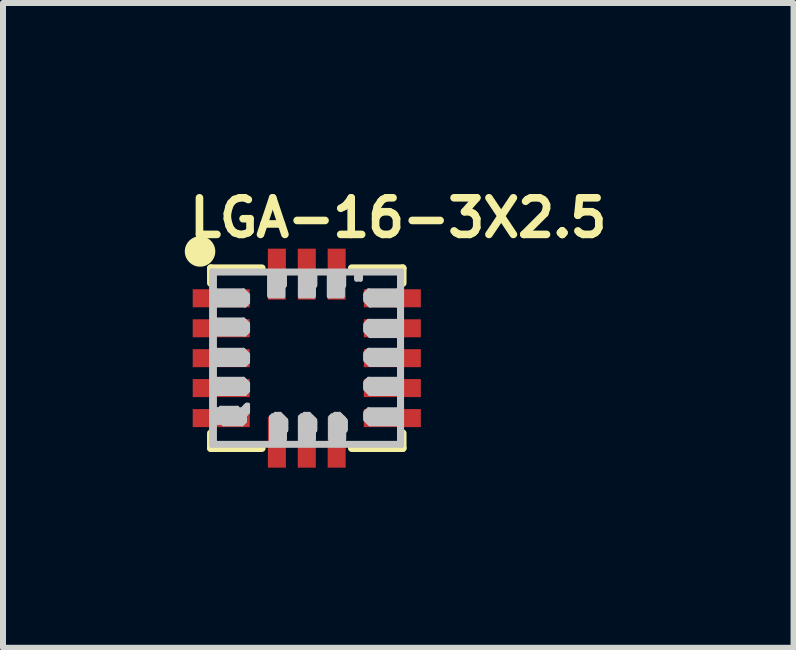
<source format=kicad_pcb>
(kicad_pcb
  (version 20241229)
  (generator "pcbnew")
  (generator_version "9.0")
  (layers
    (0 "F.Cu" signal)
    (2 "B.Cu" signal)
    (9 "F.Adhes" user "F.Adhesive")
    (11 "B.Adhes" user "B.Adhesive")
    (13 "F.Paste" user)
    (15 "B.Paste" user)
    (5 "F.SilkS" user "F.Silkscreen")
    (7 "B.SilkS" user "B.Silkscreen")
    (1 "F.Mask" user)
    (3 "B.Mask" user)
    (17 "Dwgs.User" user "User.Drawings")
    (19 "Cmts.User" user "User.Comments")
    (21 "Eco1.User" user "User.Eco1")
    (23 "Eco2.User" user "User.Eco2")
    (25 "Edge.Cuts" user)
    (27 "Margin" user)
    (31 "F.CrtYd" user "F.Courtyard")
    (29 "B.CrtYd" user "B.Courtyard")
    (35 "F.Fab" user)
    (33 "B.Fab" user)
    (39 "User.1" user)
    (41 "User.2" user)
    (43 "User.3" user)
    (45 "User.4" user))
  (footprint "LGA-16-3X2.5"
    (layer "F.Cu")
    (at 2.06 2.916)
    (property "Reference" "LGA-16-3X2.5" (at 1.524 -2.337 0) (layer "F.SilkS") (effects (font (size 0.61 0.61) (thickness 0.127))))
    (attr smd)
    (fp_line (start -1.598 -1.499) (end -1.598 -1.25) (stroke (width 0.127) (type solid)) (layer "F.SilkS"))
    (fp_line (start -1.598 1.499) (end -1.598 1.25) (stroke (width 0.127) (type solid)) (layer "F.SilkS"))
    (fp_line (start -0.749 -1.499) (end -1.598 -1.499) (stroke (width 0.127) (type solid)) (layer "F.SilkS"))
    (fp_line (start -0.749 1.499) (end -1.598 1.499) (stroke (width 0.127) (type solid)) (layer "F.SilkS"))
    (fp_line (start 0.749 -1.499) (end 1.598 -1.499) (stroke (width 0.127) (type solid)) (layer "F.SilkS"))
    (fp_line (start 0.749 1.499) (end 1.598 1.499) (stroke (width 0.127) (type solid)) (layer "F.SilkS"))
    (fp_line (start 1.598 -1.499) (end 1.598 -1.25) (stroke (width 0.127) (type solid)) (layer "F.SilkS"))
    (fp_line (start 1.598 1.499) (end 1.598 1.25) (stroke (width 0.127) (type solid)) (layer "F.SilkS"))
    (fp_circle (center -1.778 -1.778) (end -1.778 -2.032) (stroke (width 0) (type solid)) (fill yes) (layer "F.SilkS"))
    (fp_line (start -1.587 -1.46) (end 1.587 -1.46) (stroke (width 0.066) (type solid)) (layer "Dwgs.User"))
    (fp_line (start -1.587 -1.435) (end -1.587 -1.46) (stroke (width 0.066) (type solid)) (layer "Dwgs.User"))
    (fp_line (start -1.587 -1.435) (end 1.587 -1.435) (stroke (width 0.066) (type solid)) (layer "Dwgs.User"))
    (fp_line (start -1.587 -1.435) (end 1.587 -1.435) (stroke (width 0.066) (type solid)) (layer "Dwgs.User"))
    (fp_line (start -1.587 -1.41) (end -1.587 -1.435) (stroke (width 0.066) (type solid)) (layer "Dwgs.User"))
    (fp_line (start -1.587 -1.41) (end -1.537 -1.41) (stroke (width 0.066) (type solid)) (layer "Dwgs.User"))
    (fp_line (start -1.587 -1.41) (end 1.587 -1.41) (stroke (width 0.066) (type solid)) (layer "Dwgs.User"))
    (fp_line (start -1.587 -1.384) (end -1.587 -1.41) (stroke (width 0.066) (type solid)) (layer "Dwgs.User"))
    (fp_line (start -1.587 -1.384) (end -1.537 -1.384) (stroke (width 0.066) (type solid)) (layer "Dwgs.User"))
    (fp_line (start -1.587 -1.384) (end -1.537 -1.384) (stroke (width 0.066) (type solid)) (layer "Dwgs.User"))
    (fp_line (start -1.587 -1.359) (end -1.587 -1.384) (stroke (width 0.066) (type solid)) (layer "Dwgs.User"))
    (fp_line (start -1.587 -1.359) (end -1.537 -1.359) (stroke (width 0.066) (type solid)) (layer "Dwgs.User"))
    (fp_line (start -1.587 -1.359) (end -1.537 -1.359) (stroke (width 0.066) (type solid)) (layer "Dwgs.User"))
    (fp_line (start -1.587 -1.333) (end -1.587 -1.359) (stroke (width 0.066) (type solid)) (layer "Dwgs.User"))
    (fp_line (start -1.587 -1.333) (end -1.537 -1.333) (stroke (width 0.066) (type solid)) (layer "Dwgs.User"))
    (fp_line (start -1.587 -1.333) (end -1.537 -1.333) (stroke (width 0.066) (type solid)) (layer "Dwgs.User"))
    (fp_line (start -1.587 -1.308) (end -1.587 -1.333) (stroke (width 0.066) (type solid)) (layer "Dwgs.User"))
    (fp_line (start -1.587 -1.308) (end -1.537 -1.308) (stroke (width 0.066) (type solid)) (layer "Dwgs.User"))
    (fp_line (start -1.587 -1.308) (end -1.537 -1.308) (stroke (width 0.066) (type solid)) (layer "Dwgs.User"))
    (fp_line (start -1.587 -1.283) (end -1.587 -1.308) (stroke (width 0.066) (type solid)) (layer "Dwgs.User"))
    (fp_line (start -1.587 -1.283) (end -1.537 -1.283) (stroke (width 0.066) (type solid)) (layer "Dwgs.User"))
    (fp_line (start -1.587 -1.283) (end -1.537 -1.283) (stroke (width 0.066) (type solid)) (layer "Dwgs.User"))
    (fp_line (start -1.587 -1.257) (end -1.587 -1.283) (stroke (width 0.066) (type solid)) (layer "Dwgs.User"))
    (fp_line (start -1.587 -1.257) (end -1.537 -1.257) (stroke (width 0.066) (type solid)) (layer "Dwgs.User"))
    (fp_line (start -1.587 -1.257) (end -1.537 -1.257) (stroke (width 0.066) (type solid)) (layer "Dwgs.User"))
    (fp_line (start -1.587 -1.232) (end -1.587 -1.257) (stroke (width 0.066) (type solid)) (layer "Dwgs.User"))
    (fp_line (start -1.587 -1.232) (end -1.537 -1.232) (stroke (width 0.066) (type solid)) (layer "Dwgs.User"))
    (fp_line (start -1.587 -1.232) (end -1.537 -1.232) (stroke (width 0.066) (type solid)) (layer "Dwgs.User"))
    (fp_line (start -1.587 -1.206) (end -1.587 -1.232) (stroke (width 0.066) (type solid)) (layer "Dwgs.User"))
    (fp_line (start -1.587 -1.206) (end -1.537 -1.206) (stroke (width 0.066) (type solid)) (layer "Dwgs.User"))
    (fp_line (start -1.587 -1.206) (end -1.537 -1.206) (stroke (width 0.066) (type solid)) (layer "Dwgs.User"))
    (fp_line (start -1.587 -1.181) (end -1.587 -1.206) (stroke (width 0.066) (type solid)) (layer "Dwgs.User"))
    (fp_line (start -1.587 -1.181) (end -1.537 -1.181) (stroke (width 0.066) (type solid)) (layer "Dwgs.User"))
    (fp_line (start -1.587 -1.181) (end -1.537 -1.181) (stroke (width 0.066) (type solid)) (layer "Dwgs.User"))
    (fp_line (start -1.587 -1.156) (end -1.587 -1.181) (stroke (width 0.066) (type solid)) (layer "Dwgs.User"))
    (fp_line (start -1.587 -1.156) (end -1.537 -1.156) (stroke (width 0.066) (type solid)) (layer "Dwgs.User"))
    (fp_line (start -1.587 -1.156) (end -1.537 -1.156) (stroke (width 0.066) (type solid)) (layer "Dwgs.User"))
    (fp_line (start -1.587 -1.13) (end -1.587 -1.156) (stroke (width 0.066) (type solid)) (layer "Dwgs.User"))
    (fp_line (start -1.587 -1.13) (end -1.537 -1.13) (stroke (width 0.066) (type solid)) (layer "Dwgs.User"))
    (fp_line (start -1.587 -1.13) (end -1.537 -1.13) (stroke (width 0.066) (type solid)) (layer "Dwgs.User"))
    (fp_line (start -1.587 -1.102) (end -1.587 -1.13) (stroke (width 0.066) (type solid)) (layer "Dwgs.User"))
    (fp_line (start -1.587 -1.102) (end -1.537 -1.102) (stroke (width 0.066) (type solid)) (layer "Dwgs.User"))
    (fp_line (start -1.587 -1.102) (end -1.537 -1.102) (stroke (width 0.066) (type solid)) (layer "Dwgs.User"))
    (fp_line (start -1.587 -1.079) (end -1.587 -1.102) (stroke (width 0.066) (type solid)) (layer "Dwgs.User"))
    (fp_line (start -1.587 -1.079) (end -1.537 -1.079) (stroke (width 0.066) (type solid)) (layer "Dwgs.User"))
    (fp_line (start -1.587 -1.079) (end -1.537 -1.079) (stroke (width 0.066) (type solid)) (layer "Dwgs.User"))
    (fp_line (start -1.587 -1.054) (end -1.587 -1.079) (stroke (width 0.066) (type solid)) (layer "Dwgs.User"))
    (fp_line (start -1.587 -1.054) (end -1.537 -1.054) (stroke (width 0.066) (type solid)) (layer "Dwgs.User"))
    (fp_line (start -1.587 -1.054) (end -1.537 -1.054) (stroke (width 0.066) (type solid)) (layer "Dwgs.User"))
    (fp_line (start -1.587 -1.029) (end -1.587 -1.054) (stroke (width 0.066) (type solid)) (layer "Dwgs.User"))
    (fp_line (start -1.587 -1.029) (end -1.537 -1.029) (stroke (width 0.066) (type solid)) (layer "Dwgs.User"))
    (fp_line (start -1.587 -1.029) (end -1.537 -1.029) (stroke (width 0.066) (type solid)) (layer "Dwgs.User"))
    (fp_line (start -1.587 -1.003) (end -1.587 -1.029) (stroke (width 0.066) (type solid)) (layer "Dwgs.User"))
    (fp_line (start -1.587 -1.003) (end -1.537 -1.003) (stroke (width 0.066) (type solid)) (layer "Dwgs.User"))
    (fp_line (start -1.587 -1.003) (end -1.537 -1.003) (stroke (width 0.066) (type solid)) (layer "Dwgs.User"))
    (fp_line (start -1.587 -0.978) (end -1.587 -1.003) (stroke (width 0.066) (type solid)) (layer "Dwgs.User"))
    (fp_line (start -1.587 -0.978) (end -1.537 -0.978) (stroke (width 0.066) (type solid)) (layer "Dwgs.User"))
    (fp_line (start -1.587 -0.978) (end -1.537 -0.978) (stroke (width 0.066) (type solid)) (layer "Dwgs.User"))
    (fp_line (start -1.587 -0.953) (end -1.587 -0.978) (stroke (width 0.066) (type solid)) (layer "Dwgs.User"))
    (fp_line (start -1.587 -0.953) (end -1.537 -0.953) (stroke (width 0.066) (type solid)) (layer "Dwgs.User"))
    (fp_line (start -1.587 -0.953) (end -1.537 -0.953) (stroke (width 0.066) (type solid)) (layer "Dwgs.User"))
    (fp_line (start -1.587 -0.927) (end -1.587 -0.953) (stroke (width 0.066) (type solid)) (layer "Dwgs.User"))
    (fp_line (start -1.587 -0.927) (end -1.537 -0.927) (stroke (width 0.066) (type solid)) (layer "Dwgs.User"))
    (fp_line (start -1.587 -0.927) (end -1.537 -0.927) (stroke (width 0.066) (type solid)) (layer "Dwgs.User"))
    (fp_line (start -1.587 -0.899) (end -1.587 -0.927) (stroke (width 0.066) (type solid)) (layer "Dwgs.User"))
    (fp_line (start -1.587 -0.899) (end -1.537 -0.899) (stroke (width 0.066) (type solid)) (layer "Dwgs.User"))
    (fp_line (start -1.587 -0.899) (end -1.537 -0.899) (stroke (width 0.066) (type solid)) (layer "Dwgs.User"))
    (fp_line (start -1.587 -0.876) (end -1.587 -0.899) (stroke (width 0.066) (type solid)) (layer "Dwgs.User"))
    (fp_line (start -1.587 -0.876) (end -1.537 -0.876) (stroke (width 0.066) (type solid)) (layer "Dwgs.User"))
    (fp_line (start -1.587 -0.876) (end -1.537 -0.876) (stroke (width 0.066) (type solid)) (layer "Dwgs.User"))
    (fp_line (start -1.587 -0.851) (end -1.587 -0.876) (stroke (width 0.066) (type solid)) (layer "Dwgs.User"))
    (fp_line (start -1.587 -0.851) (end -1.537 -0.851) (stroke (width 0.066) (type solid)) (layer "Dwgs.User"))
    (fp_line (start -1.587 -0.851) (end -1.537 -0.851) (stroke (width 0.066) (type solid)) (layer "Dwgs.User"))
    (fp_line (start -1.587 -0.826) (end -1.587 -0.851) (stroke (width 0.066) (type solid)) (layer "Dwgs.User"))
    (fp_line (start -1.587 -0.826) (end -1.537 -0.826) (stroke (width 0.066) (type solid)) (layer "Dwgs.User"))
    (fp_line (start -1.587 -0.826) (end -1.537 -0.826) (stroke (width 0.066) (type solid)) (layer "Dwgs.User"))
    (fp_line (start -1.587 -0.8) (end -1.587 -0.826) (stroke (width 0.066) (type solid)) (layer "Dwgs.User"))
    (fp_line (start -1.587 -0.8) (end -1.537 -0.8) (stroke (width 0.066) (type solid)) (layer "Dwgs.User"))
    (fp_line (start -1.587 -0.8) (end -1.537 -0.8) (stroke (width 0.066) (type solid)) (layer "Dwgs.User"))
    (fp_line (start -1.587 -0.775) (end -1.587 -0.8) (stroke (width 0.066) (type solid)) (layer "Dwgs.User"))
    (fp_line (start -1.587 -0.775) (end -1.537 -0.775) (stroke (width 0.066) (type solid)) (layer "Dwgs.User"))
    (fp_line (start -1.587 -0.775) (end -1.537 -0.775) (stroke (width 0.066) (type solid)) (layer "Dwgs.User"))
    (fp_line (start -1.587 -0.749) (end -1.587 -0.775) (stroke (width 0.066) (type solid)) (layer "Dwgs.User"))
    (fp_line (start -1.587 -0.749) (end -1.537 -0.749) (stroke (width 0.066) (type solid)) (layer "Dwgs.User"))
    (fp_line (start -1.587 -0.749) (end -1.537 -0.749) (stroke (width 0.066) (type solid)) (layer "Dwgs.User"))
    (fp_line (start -1.587 -0.724) (end -1.587 -0.749) (stroke (width 0.066) (type solid)) (layer "Dwgs.User"))
    (fp_line (start -1.587 -0.724) (end -1.537 -0.724) (stroke (width 0.066) (type solid)) (layer "Dwgs.User"))
    (fp_line (start -1.587 -0.724) (end -1.537 -0.724) (stroke (width 0.066) (type solid)) (layer "Dwgs.User"))
    (fp_line (start -1.587 -0.699) (end -1.587 -0.724) (stroke (width 0.066) (type solid)) (layer "Dwgs.User"))
    (fp_line (start -1.587 -0.699) (end -1.537 -0.699) (stroke (width 0.066) (type solid)) (layer "Dwgs.User"))
    (fp_line (start -1.587 -0.699) (end -1.537 -0.699) (stroke (width 0.066) (type solid)) (layer "Dwgs.User"))
    (fp_line (start -1.587 -0.673) (end -1.587 -0.699) (stroke (width 0.066) (type solid)) (layer "Dwgs.User"))
    (fp_line (start -1.587 -0.673) (end -1.537 -0.673) (stroke (width 0.066) (type solid)) (layer "Dwgs.User"))
    (fp_line (start -1.587 -0.673) (end -1.537 -0.673) (stroke (width 0.066) (type solid)) (layer "Dwgs.User"))
    (fp_line (start -1.587 -0.645) (end -1.587 -0.673) (stroke (width 0.066) (type solid)) (layer "Dwgs.User"))
    (fp_line (start -1.587 -0.645) (end -1.537 -0.645) (stroke (width 0.066) (type solid)) (layer "Dwgs.User"))
    (fp_line (start -1.587 -0.645) (end -1.537 -0.645) (stroke (width 0.066) (type solid)) (layer "Dwgs.User"))
    (fp_line (start -1.587 -0.622) (end -1.587 -0.645) (stroke (width 0.066) (type solid)) (layer "Dwgs.User"))
    (fp_line (start -1.587 -0.622) (end -1.537 -0.622) (stroke (width 0.066) (type solid)) (layer "Dwgs.User"))
    (fp_line (start -1.587 -0.622) (end -1.537 -0.622) (stroke (width 0.066) (type solid)) (layer "Dwgs.User"))
    (fp_line (start -1.587 -0.597) (end -1.587 -0.622) (stroke (width 0.066) (type solid)) (layer "Dwgs.User"))
    (fp_line (start -1.587 -0.597) (end -1.537 -0.597) (stroke (width 0.066) (type solid)) (layer "Dwgs.User"))
    (fp_line (start -1.587 -0.597) (end -1.537 -0.597) (stroke (width 0.066) (type solid)) (layer "Dwgs.User"))
    (fp_line (start -1.587 -0.572) (end -1.587 -0.597) (stroke (width 0.066) (type solid)) (layer "Dwgs.User"))
    (fp_line (start -1.587 -0.572) (end -1.537 -0.572) (stroke (width 0.066) (type solid)) (layer "Dwgs.User"))
    (fp_line (start -1.587 -0.572) (end -1.537 -0.572) (stroke (width 0.066) (type solid)) (layer "Dwgs.User"))
    (fp_line (start -1.587 -0.544) (end -1.587 -0.572) (stroke (width 0.066) (type solid)) (layer "Dwgs.User"))
    (fp_line (start -1.587 -0.544) (end -1.537 -0.544) (stroke (width 0.066) (type solid)) (layer "Dwgs.User"))
    (fp_line (start -1.587 -0.544) (end -1.537 -0.544) (stroke (width 0.066) (type solid)) (layer "Dwgs.User"))
    (fp_line (start -1.587 -0.521) (end -1.587 -0.544) (stroke (width 0.066) (type solid)) (layer "Dwgs.User"))
    (fp_line (start -1.587 -0.521) (end -1.537 -0.521) (stroke (width 0.066) (type solid)) (layer "Dwgs.User"))
    (fp_line (start -1.587 -0.521) (end -1.537 -0.521) (stroke (width 0.066) (type solid)) (layer "Dwgs.User"))
    (fp_line (start -1.587 -0.495) (end -1.587 -0.521) (stroke (width 0.066) (type solid)) (layer "Dwgs.User"))
    (fp_line (start -1.587 -0.495) (end -1.537 -0.495) (stroke (width 0.066) (type solid)) (layer "Dwgs.User"))
    (fp_line (start -1.587 -0.495) (end -1.537 -0.495) (stroke (width 0.066) (type solid)) (layer "Dwgs.User"))
    (fp_line (start -1.587 -0.47) (end -1.587 -0.495) (stroke (width 0.066) (type solid)) (layer "Dwgs.User"))
    (fp_line (start -1.587 -0.47) (end -1.537 -0.47) (stroke (width 0.066) (type solid)) (layer "Dwgs.User"))
    (fp_line (start -1.587 -0.47) (end -1.537 -0.47) (stroke (width 0.066) (type solid)) (layer "Dwgs.User"))
    (fp_line (start -1.587 -0.445) (end -1.587 -0.47) (stroke (width 0.066) (type solid)) (layer "Dwgs.User"))
    (fp_line (start -1.587 -0.445) (end -1.537 -0.445) (stroke (width 0.066) (type solid)) (layer "Dwgs.User"))
    (fp_line (start -1.587 -0.445) (end -1.537 -0.445) (stroke (width 0.066) (type solid)) (layer "Dwgs.User"))
    (fp_line (start -1.587 -0.419) (end -1.587 -0.445) (stroke (width 0.066) (type solid)) (layer "Dwgs.User"))
    (fp_line (start -1.587 -0.419) (end -1.537 -0.419) (stroke (width 0.066) (type solid)) (layer "Dwgs.User"))
    (fp_line (start -1.587 -0.419) (end -1.537 -0.419) (stroke (width 0.066) (type solid)) (layer "Dwgs.User"))
    (fp_line (start -1.587 -0.394) (end -1.587 -0.419) (stroke (width 0.066) (type solid)) (layer "Dwgs.User"))
    (fp_line (start -1.587 -0.394) (end -1.537 -0.394) (stroke (width 0.066) (type solid)) (layer "Dwgs.User"))
    (fp_line (start -1.587 -0.394) (end -1.537 -0.394) (stroke (width 0.066) (type solid)) (layer "Dwgs.User"))
    (fp_line (start -1.587 -0.368) (end -1.587 -0.394) (stroke (width 0.066) (type solid)) (layer "Dwgs.User"))
    (fp_line (start -1.587 -0.368) (end -1.537 -0.368) (stroke (width 0.066) (type solid)) (layer "Dwgs.User"))
    (fp_line (start -1.587 -0.368) (end -1.537 -0.368) (stroke (width 0.066) (type solid)) (layer "Dwgs.User"))
    (fp_line (start -1.587 -0.343) (end -1.587 -0.368) (stroke (width 0.066) (type solid)) (layer "Dwgs.User"))
    (fp_line (start -1.587 -0.343) (end -1.537 -0.343) (stroke (width 0.066) (type solid)) (layer "Dwgs.User"))
    (fp_line (start -1.587 -0.343) (end -1.537 -0.343) (stroke (width 0.066) (type solid)) (layer "Dwgs.User"))
    (fp_line (start -1.587 -0.318) (end -1.587 -0.343) (stroke (width 0.066) (type solid)) (layer "Dwgs.User"))
    (fp_line (start -1.587 -0.318) (end -1.537 -0.318) (stroke (width 0.066) (type solid)) (layer "Dwgs.User"))
    (fp_line (start -1.587 -0.318) (end -1.537 -0.318) (stroke (width 0.066) (type solid)) (layer "Dwgs.User"))
    (fp_line (start -1.587 -0.292) (end -1.587 -0.318) (stroke (width 0.066) (type solid)) (layer "Dwgs.User"))
    (fp_line (start -1.587 -0.292) (end -1.537 -0.292) (stroke (width 0.066) (type solid)) (layer "Dwgs.User"))
    (fp_line (start -1.587 -0.292) (end -1.537 -0.292) (stroke (width 0.066) (type solid)) (layer "Dwgs.User"))
    (fp_line (start -1.587 -0.267) (end -1.587 -0.292) (stroke (width 0.066) (type solid)) (layer "Dwgs.User"))
    (fp_line (start -1.587 -0.267) (end -1.537 -0.267) (stroke (width 0.066) (type solid)) (layer "Dwgs.User"))
    (fp_line (start -1.587 -0.267) (end -1.537 -0.267) (stroke (width 0.066) (type solid)) (layer "Dwgs.User"))
    (fp_line (start -1.587 -0.241) (end -1.587 -0.267) (stroke (width 0.066) (type solid)) (layer "Dwgs.User"))
    (fp_line (start -1.587 -0.241) (end -1.537 -0.241) (stroke (width 0.066) (type solid)) (layer "Dwgs.User"))
    (fp_line (start -1.587 -0.241) (end -1.537 -0.241) (stroke (width 0.066) (type solid)) (layer "Dwgs.User"))
    (fp_line (start -1.587 -0.216) (end -1.587 -0.241) (stroke (width 0.066) (type solid)) (layer "Dwgs.User"))
    (fp_line (start -1.587 -0.216) (end -1.537 -0.216) (stroke (width 0.066) (type solid)) (layer "Dwgs.User"))
    (fp_line (start -1.587 -0.216) (end -1.537 -0.216) (stroke (width 0.066) (type solid)) (layer "Dwgs.User"))
    (fp_line (start -1.587 -0.191) (end -1.587 -0.216) (stroke (width 0.066) (type solid)) (layer "Dwgs.User"))
    (fp_line (start -1.587 -0.191) (end -1.537 -0.191) (stroke (width 0.066) (type solid)) (layer "Dwgs.User"))
    (fp_line (start -1.587 -0.191) (end -1.537 -0.191) (stroke (width 0.066) (type solid)) (layer "Dwgs.User"))
    (fp_line (start -1.587 -0.165) (end -1.587 -0.191) (stroke (width 0.066) (type solid)) (layer "Dwgs.User"))
    (fp_line (start -1.587 -0.165) (end -1.537 -0.165) (stroke (width 0.066) (type solid)) (layer "Dwgs.User"))
    (fp_line (start -1.587 -0.165) (end -1.537 -0.165) (stroke (width 0.066) (type solid)) (layer "Dwgs.User"))
    (fp_line (start -1.587 -0.14) (end -1.587 -0.165) (stroke (width 0.066) (type solid)) (layer "Dwgs.User"))
    (fp_line (start -1.587 -0.14) (end -1.537 -0.14) (stroke (width 0.066) (type solid)) (layer "Dwgs.User"))
    (fp_line (start -1.587 -0.14) (end -1.537 -0.14) (stroke (width 0.066) (type solid)) (layer "Dwgs.User"))
    (fp_line (start -1.587 -0.114) (end -1.587 -0.14) (stroke (width 0.066) (type solid)) (layer "Dwgs.User"))
    (fp_line (start -1.587 -0.114) (end -1.537 -0.114) (stroke (width 0.066) (type solid)) (layer "Dwgs.User"))
    (fp_line (start -1.587 -0.114) (end -1.537 -0.114) (stroke (width 0.066) (type solid)) (layer "Dwgs.User"))
    (fp_line (start -1.587 -0.089) (end -1.587 -0.114) (stroke (width 0.066) (type solid)) (layer "Dwgs.User"))
    (fp_line (start -1.587 -0.089) (end -1.537 -0.089) (stroke (width 0.066) (type solid)) (layer "Dwgs.User"))
    (fp_line (start -1.587 -0.089) (end -1.537 -0.089) (stroke (width 0.066) (type solid)) (layer "Dwgs.User"))
    (fp_line (start -1.587 -0.064) (end -1.587 -0.089) (stroke (width 0.066) (type solid)) (layer "Dwgs.User"))
    (fp_line (start -1.587 -0.064) (end -1.537 -0.064) (stroke (width 0.066) (type solid)) (layer "Dwgs.User"))
    (fp_line (start -1.587 -0.064) (end -1.537 -0.064) (stroke (width 0.066) (type solid)) (layer "Dwgs.User"))
    (fp_line (start -1.587 -0.038) (end -1.587 -0.064) (stroke (width 0.066) (type solid)) (layer "Dwgs.User"))
    (fp_line (start -1.587 -0.038) (end -1.537 -0.038) (stroke (width 0.066) (type solid)) (layer "Dwgs.User"))
    (fp_line (start -1.587 -0.038) (end -1.537 -0.038) (stroke (width 0.066) (type solid)) (layer "Dwgs.User"))
    (fp_line (start -1.587 -0.013) (end -1.587 -0.038) (stroke (width 0.066) (type solid)) (layer "Dwgs.User"))
    (fp_line (start -1.587 -0.013) (end -1.537 -0.013) (stroke (width 0.066) (type solid)) (layer "Dwgs.User"))
    (fp_line (start -1.587 -0.013) (end -1.537 -0.013) (stroke (width 0.066) (type solid)) (layer "Dwgs.User"))
    (fp_line (start -1.587 0.013) (end -1.587 -0.013) (stroke (width 0.066) (type solid)) (layer "Dwgs.User"))
    (fp_line (start -1.587 0.013) (end -1.537 0.013) (stroke (width 0.066) (type solid)) (layer "Dwgs.User"))
    (fp_line (start -1.587 0.013) (end -1.537 0.013) (stroke (width 0.066) (type solid)) (layer "Dwgs.User"))
    (fp_line (start -1.587 0.038) (end -1.587 0.013) (stroke (width 0.066) (type solid)) (layer "Dwgs.User"))
    (fp_line (start -1.587 0.038) (end -1.537 0.038) (stroke (width 0.066) (type solid)) (layer "Dwgs.User"))
    (fp_line (start -1.587 0.038) (end -1.537 0.038) (stroke (width 0.066) (type solid)) (layer "Dwgs.User"))
    (fp_line (start -1.587 0.064) (end -1.587 0.038) (stroke (width 0.066) (type solid)) (layer "Dwgs.User"))
    (fp_line (start -1.587 0.064) (end -1.537 0.064) (stroke (width 0.066) (type solid)) (layer "Dwgs.User"))
    (fp_line (start -1.587 0.064) (end -1.537 0.064) (stroke (width 0.066) (type solid)) (layer "Dwgs.User"))
    (fp_line (start -1.587 0.089) (end -1.587 0.064) (stroke (width 0.066) (type solid)) (layer "Dwgs.User"))
    (fp_line (start -1.587 0.089) (end -1.537 0.089) (stroke (width 0.066) (type solid)) (layer "Dwgs.User"))
    (fp_line (start -1.587 0.089) (end -1.537 0.089) (stroke (width 0.066) (type solid)) (layer "Dwgs.User"))
    (fp_line (start -1.587 0.114) (end -1.587 0.089) (stroke (width 0.066) (type solid)) (layer "Dwgs.User"))
    (fp_line (start -1.587 0.114) (end -1.537 0.114) (stroke (width 0.066) (type solid)) (layer "Dwgs.User"))
    (fp_line (start -1.587 0.114) (end -1.537 0.114) (stroke (width 0.066) (type solid)) (layer "Dwgs.User"))
    (fp_line (start -1.587 0.14) (end -1.587 0.114) (stroke (width 0.066) (type solid)) (layer "Dwgs.User"))
    (fp_line (start -1.587 0.14) (end -1.537 0.14) (stroke (width 0.066) (type solid)) (layer "Dwgs.User"))
    (fp_line (start -1.587 0.14) (end -1.537 0.14) (stroke (width 0.066) (type solid)) (layer "Dwgs.User"))
    (fp_line (start -1.587 0.165) (end -1.587 0.14) (stroke (width 0.066) (type solid)) (layer "Dwgs.User"))
    (fp_line (start -1.587 0.165) (end -1.537 0.165) (stroke (width 0.066) (type solid)) (layer "Dwgs.User"))
    (fp_line (start -1.587 0.165) (end -1.537 0.165) (stroke (width 0.066) (type solid)) (layer "Dwgs.User"))
    (fp_line (start -1.587 0.191) (end -1.587 0.165) (stroke (width 0.066) (type solid)) (layer "Dwgs.User"))
    (fp_line (start -1.587 0.191) (end -1.537 0.191) (stroke (width 0.066) (type solid)) (layer "Dwgs.User"))
    (fp_line (start -1.587 0.191) (end -1.537 0.191) (stroke (width 0.066) (type solid)) (layer "Dwgs.User"))
    (fp_line (start -1.587 0.216) (end -1.587 0.191) (stroke (width 0.066) (type solid)) (layer "Dwgs.User"))
    (fp_line (start -1.587 0.216) (end -1.537 0.216) (stroke (width 0.066) (type solid)) (layer "Dwgs.User"))
    (fp_line (start -1.587 0.216) (end -1.537 0.216) (stroke (width 0.066) (type solid)) (layer "Dwgs.User"))
    (fp_line (start -1.587 0.241) (end -1.587 0.216) (stroke (width 0.066) (type solid)) (layer "Dwgs.User"))
    (fp_line (start -1.587 0.241) (end -1.537 0.241) (stroke (width 0.066) (type solid)) (layer "Dwgs.User"))
    (fp_line (start -1.587 0.241) (end -1.537 0.241) (stroke (width 0.066) (type solid)) (layer "Dwgs.User"))
    (fp_line (start -1.587 0.267) (end -1.587 0.241) (stroke (width 0.066) (type solid)) (layer "Dwgs.User"))
    (fp_line (start -1.587 0.267) (end -1.537 0.267) (stroke (width 0.066) (type solid)) (layer "Dwgs.User"))
    (fp_line (start -1.587 0.267) (end -1.537 0.267) (stroke (width 0.066) (type solid)) (layer "Dwgs.User"))
    (fp_line (start -1.587 0.292) (end -1.587 0.267) (stroke (width 0.066) (type solid)) (layer "Dwgs.User"))
    (fp_line (start -1.587 0.292) (end -1.537 0.292) (stroke (width 0.066) (type solid)) (layer "Dwgs.User"))
    (fp_line (start -1.587 0.292) (end -1.537 0.292) (stroke (width 0.066) (type solid)) (layer "Dwgs.User"))
    (fp_line (start -1.587 0.318) (end -1.587 0.292) (stroke (width 0.066) (type solid)) (layer "Dwgs.User"))
    (fp_line (start -1.587 0.318) (end -1.537 0.318) (stroke (width 0.066) (type solid)) (layer "Dwgs.User"))
    (fp_line (start -1.587 0.318) (end -1.537 0.318) (stroke (width 0.066) (type solid)) (layer "Dwgs.User"))
    (fp_line (start -1.587 0.343) (end -1.587 0.318) (stroke (width 0.066) (type solid)) (layer "Dwgs.User"))
    (fp_line (start -1.587 0.343) (end -1.537 0.343) (stroke (width 0.066) (type solid)) (layer "Dwgs.User"))
    (fp_line (start -1.587 0.343) (end -1.537 0.343) (stroke (width 0.066) (type solid)) (layer "Dwgs.User"))
    (fp_line (start -1.587 0.368) (end -1.587 0.343) (stroke (width 0.066) (type solid)) (layer "Dwgs.User"))
    (fp_line (start -1.587 0.368) (end -1.537 0.368) (stroke (width 0.066) (type solid)) (layer "Dwgs.User"))
    (fp_line (start -1.587 0.368) (end -1.537 0.368) (stroke (width 0.066) (type solid)) (layer "Dwgs.User"))
    (fp_line (start -1.587 0.394) (end -1.587 0.368) (stroke (width 0.066) (type solid)) (layer "Dwgs.User"))
    (fp_line (start -1.587 0.394) (end -1.537 0.394) (stroke (width 0.066) (type solid)) (layer "Dwgs.User"))
    (fp_line (start -1.587 0.394) (end -1.537 0.394) (stroke (width 0.066) (type solid)) (layer "Dwgs.User"))
    (fp_line (start -1.587 0.419) (end -1.587 0.394) (stroke (width 0.066) (type solid)) (layer "Dwgs.User"))
    (fp_line (start -1.587 0.419) (end -1.537 0.419) (stroke (width 0.066) (type solid)) (layer "Dwgs.User"))
    (fp_line (start -1.587 0.419) (end -1.537 0.419) (stroke (width 0.066) (type solid)) (layer "Dwgs.User"))
    (fp_line (start -1.587 0.445) (end -1.587 0.419) (stroke (width 0.066) (type solid)) (layer "Dwgs.User"))
    (fp_line (start -1.587 0.445) (end -1.537 0.445) (stroke (width 0.066) (type solid)) (layer "Dwgs.User"))
    (fp_line (start -1.587 0.445) (end -1.537 0.445) (stroke (width 0.066) (type solid)) (layer "Dwgs.User"))
    (fp_line (start -1.587 0.47) (end -1.587 0.445) (stroke (width 0.066) (type solid)) (layer "Dwgs.User"))
    (fp_line (start -1.587 0.47) (end -1.537 0.47) (stroke (width 0.066) (type solid)) (layer "Dwgs.User"))
    (fp_line (start -1.587 0.47) (end -1.537 0.47) (stroke (width 0.066) (type solid)) (layer "Dwgs.User"))
    (fp_line (start -1.587 0.495) (end -1.587 0.47) (stroke (width 0.066) (type solid)) (layer "Dwgs.User"))
    (fp_line (start -1.587 0.495) (end -1.537 0.495) (stroke (width 0.066) (type solid)) (layer "Dwgs.User"))
    (fp_line (start -1.587 0.495) (end -1.537 0.495) (stroke (width 0.066) (type solid)) (layer "Dwgs.User"))
    (fp_line (start -1.587 0.521) (end -1.587 0.495) (stroke (width 0.066) (type solid)) (layer "Dwgs.User"))
    (fp_line (start -1.587 0.521) (end -1.537 0.521) (stroke (width 0.066) (type solid)) (layer "Dwgs.User"))
    (fp_line (start -1.587 0.521) (end -1.537 0.521) (stroke (width 0.066) (type solid)) (layer "Dwgs.User"))
    (fp_line (start -1.587 0.544) (end -1.587 0.521) (stroke (width 0.066) (type solid)) (layer "Dwgs.User"))
    (fp_line (start -1.587 0.544) (end -1.537 0.544) (stroke (width 0.066) (type solid)) (layer "Dwgs.User"))
    (fp_line (start -1.587 0.544) (end -1.537 0.544) (stroke (width 0.066) (type solid)) (layer "Dwgs.User"))
    (fp_line (start -1.587 0.572) (end -1.587 0.544) (stroke (width 0.066) (type solid)) (layer "Dwgs.User"))
    (fp_line (start -1.587 0.572) (end -1.537 0.572) (stroke (width 0.066) (type solid)) (layer "Dwgs.User"))
    (fp_line (start -1.587 0.572) (end -1.537 0.572) (stroke (width 0.066) (type solid)) (layer "Dwgs.User"))
    (fp_line (start -1.587 0.597) (end -1.587 0.572) (stroke (width 0.066) (type solid)) (layer "Dwgs.User"))
    (fp_line (start -1.587 0.597) (end -1.537 0.597) (stroke (width 0.066) (type solid)) (layer "Dwgs.User"))
    (fp_line (start -1.587 0.597) (end -1.537 0.597) (stroke (width 0.066) (type solid)) (layer "Dwgs.User"))
    (fp_line (start -1.587 0.622) (end -1.587 0.597) (stroke (width 0.066) (type solid)) (layer "Dwgs.User"))
    (fp_line (start -1.587 0.622) (end -1.537 0.622) (stroke (width 0.066) (type solid)) (layer "Dwgs.User"))
    (fp_line (start -1.587 0.622) (end -1.537 0.622) (stroke (width 0.066) (type solid)) (layer "Dwgs.User"))
    (fp_line (start -1.587 0.645) (end -1.587 0.622) (stroke (width 0.066) (type solid)) (layer "Dwgs.User"))
    (fp_line (start -1.587 0.645) (end -1.537 0.645) (stroke (width 0.066) (type solid)) (layer "Dwgs.User"))
    (fp_line (start -1.587 0.645) (end -1.537 0.645) (stroke (width 0.066) (type solid)) (layer "Dwgs.User"))
    (fp_line (start -1.587 0.673) (end -1.587 0.645) (stroke (width 0.066) (type solid)) (layer "Dwgs.User"))
    (fp_line (start -1.587 0.673) (end -1.537 0.673) (stroke (width 0.066) (type solid)) (layer "Dwgs.User"))
    (fp_line (start -1.587 0.673) (end -1.537 0.673) (stroke (width 0.066) (type solid)) (layer "Dwgs.User"))
    (fp_line (start -1.587 0.699) (end -1.587 0.673) (stroke (width 0.066) (type solid)) (layer "Dwgs.User"))
    (fp_line (start -1.587 0.699) (end -1.537 0.699) (stroke (width 0.066) (type solid)) (layer "Dwgs.User"))
    (fp_line (start -1.587 0.699) (end -1.537 0.699) (stroke (width 0.066) (type solid)) (layer "Dwgs.User"))
    (fp_line (start -1.587 0.724) (end -1.587 0.699) (stroke (width 0.066) (type solid)) (layer "Dwgs.User"))
    (fp_line (start -1.587 0.724) (end -1.537 0.724) (stroke (width 0.066) (type solid)) (layer "Dwgs.User"))
    (fp_line (start -1.587 0.724) (end -1.537 0.724) (stroke (width 0.066) (type solid)) (layer "Dwgs.User"))
    (fp_line (start -1.587 0.749) (end -1.587 0.724) (stroke (width 0.066) (type solid)) (layer "Dwgs.User"))
    (fp_line (start -1.587 0.749) (end -1.537 0.749) (stroke (width 0.066) (type solid)) (layer "Dwgs.User"))
    (fp_line (start -1.587 0.749) (end -1.537 0.749) (stroke (width 0.066) (type solid)) (layer "Dwgs.User"))
    (fp_line (start -1.587 0.775) (end -1.587 0.749) (stroke (width 0.066) (type solid)) (layer "Dwgs.User"))
    (fp_line (start -1.587 0.775) (end -1.537 0.775) (stroke (width 0.066) (type solid)) (layer "Dwgs.User"))
    (fp_line (start -1.587 0.775) (end -1.537 0.775) (stroke (width 0.066) (type solid)) (layer "Dwgs.User"))
    (fp_line (start -1.587 0.8) (end -1.587 0.775) (stroke (width 0.066) (type solid)) (layer "Dwgs.User"))
    (fp_line (start -1.587 0.8) (end -1.537 0.8) (stroke (width 0.066) (type solid)) (layer "Dwgs.User"))
    (fp_line (start -1.587 0.8) (end -1.537 0.8) (stroke (width 0.066) (type solid)) (layer "Dwgs.User"))
    (fp_line (start -1.587 0.826) (end -1.587 0.8) (stroke (width 0.066) (type solid)) (layer "Dwgs.User"))
    (fp_line (start -1.587 0.826) (end -1.537 0.826) (stroke (width 0.066) (type solid)) (layer "Dwgs.User"))
    (fp_line (start -1.587 0.826) (end -1.537 0.826) (stroke (width 0.066) (type solid)) (layer "Dwgs.User"))
    (fp_line (start -1.587 0.851) (end -1.587 0.826) (stroke (width 0.066) (type solid)) (layer "Dwgs.User"))
    (fp_line (start -1.587 0.851) (end -1.537 0.851) (stroke (width 0.066) (type solid)) (layer "Dwgs.User"))
    (fp_line (start -1.587 0.851) (end -1.537 0.851) (stroke (width 0.066) (type solid)) (layer "Dwgs.User"))
    (fp_line (start -1.587 0.876) (end -1.587 0.851) (stroke (width 0.066) (type solid)) (layer "Dwgs.User"))
    (fp_line (start -1.587 0.876) (end -1.537 0.876) (stroke (width 0.066) (type solid)) (layer "Dwgs.User"))
    (fp_line (start -1.587 0.876) (end -1.537 0.876) (stroke (width 0.066) (type solid)) (layer "Dwgs.User"))
    (fp_line (start -1.587 0.899) (end -1.587 0.876) (stroke (width 0.066) (type solid)) (layer "Dwgs.User"))
    (fp_line (start -1.587 0.899) (end -1.537 0.899) (stroke (width 0.066) (type solid)) (layer "Dwgs.User"))
    (fp_line (start -1.587 0.899) (end -1.537 0.899) (stroke (width 0.066) (type solid)) (layer "Dwgs.User"))
    (fp_line (start -1.587 0.927) (end -1.587 0.899) (stroke (width 0.066) (type solid)) (layer "Dwgs.User"))
    (fp_line (start -1.587 0.927) (end -1.537 0.927) (stroke (width 0.066) (type solid)) (layer "Dwgs.User"))
    (fp_line (start -1.587 0.927) (end -1.537 0.927) (stroke (width 0.066) (type solid)) (layer "Dwgs.User"))
    (fp_line (start -1.587 0.953) (end -1.587 0.927) (stroke (width 0.066) (type solid)) (layer "Dwgs.User"))
    (fp_line (start -1.587 0.953) (end -1.537 0.953) (stroke (width 0.066) (type solid)) (layer "Dwgs.User"))
    (fp_line (start -1.587 0.953) (end -1.537 0.953) (stroke (width 0.066) (type solid)) (layer "Dwgs.User"))
    (fp_line (start -1.587 0.978) (end -1.587 0.953) (stroke (width 0.066) (type solid)) (layer "Dwgs.User"))
    (fp_line (start -1.587 0.978) (end -1.537 0.978) (stroke (width 0.066) (type solid)) (layer "Dwgs.User"))
    (fp_line (start -1.587 0.978) (end -1.537 0.978) (stroke (width 0.066) (type solid)) (layer "Dwgs.User"))
    (fp_line (start -1.587 1.003) (end -1.587 0.978) (stroke (width 0.066) (type solid)) (layer "Dwgs.User"))
    (fp_line (start -1.587 1.003) (end -1.537 1.003) (stroke (width 0.066) (type solid)) (layer "Dwgs.User"))
    (fp_line (start -1.587 1.003) (end -1.537 1.003) (stroke (width 0.066) (type solid)) (layer "Dwgs.User"))
    (fp_line (start -1.587 1.029) (end -1.587 1.003) (stroke (width 0.066) (type solid)) (layer "Dwgs.User"))
    (fp_line (start -1.587 1.029) (end -1.537 1.029) (stroke (width 0.066) (type solid)) (layer "Dwgs.User"))
    (fp_line (start -1.587 1.029) (end -1.537 1.029) (stroke (width 0.066) (type solid)) (layer "Dwgs.User"))
    (fp_line (start -1.587 1.054) (end -1.587 1.029) (stroke (width 0.066) (type solid)) (layer "Dwgs.User"))
    (fp_line (start -1.587 1.054) (end -1.537 1.054) (stroke (width 0.066) (type solid)) (layer "Dwgs.User"))
    (fp_line (start -1.587 1.054) (end -1.537 1.054) (stroke (width 0.066) (type solid)) (layer "Dwgs.User"))
    (fp_line (start -1.587 1.079) (end -1.587 1.054) (stroke (width 0.066) (type solid)) (layer "Dwgs.User"))
    (fp_line (start -1.587 1.079) (end -1.537 1.079) (stroke (width 0.066) (type solid)) (layer "Dwgs.User"))
    (fp_line (start -1.587 1.079) (end -1.537 1.079) (stroke (width 0.066) (type solid)) (layer "Dwgs.User"))
    (fp_line (start -1.587 1.102) (end -1.587 1.079) (stroke (width 0.066) (type solid)) (layer "Dwgs.User"))
    (fp_line (start -1.587 1.102) (end -1.537 1.102) (stroke (width 0.066) (type solid)) (layer "Dwgs.User"))
    (fp_line (start -1.587 1.102) (end -1.537 1.102) (stroke (width 0.066) (type solid)) (layer "Dwgs.User"))
    (fp_line (start -1.587 1.13) (end -1.587 1.102) (stroke (width 0.066) (type solid)) (layer "Dwgs.User"))
    (fp_line (start -1.587 1.13) (end -1.537 1.13) (stroke (width 0.066) (type solid)) (layer "Dwgs.User"))
    (fp_line (start -1.587 1.13) (end -1.537 1.13) (stroke (width 0.066) (type solid)) (layer "Dwgs.User"))
    (fp_line (start -1.587 1.156) (end -1.587 1.13) (stroke (width 0.066) (type solid)) (layer "Dwgs.User"))
    (fp_line (start -1.587 1.156) (end -1.537 1.156) (stroke (width 0.066) (type solid)) (layer "Dwgs.User"))
    (fp_line (start -1.587 1.156) (end -1.537 1.156) (stroke (width 0.066) (type solid)) (layer "Dwgs.User"))
    (fp_line (start -1.587 1.181) (end -1.587 1.156) (stroke (width 0.066) (type solid)) (layer "Dwgs.User"))
    (fp_line (start -1.587 1.181) (end -1.537 1.181) (stroke (width 0.066) (type solid)) (layer "Dwgs.User"))
    (fp_line (start -1.587 1.181) (end -1.537 1.181) (stroke (width 0.066) (type solid)) (layer "Dwgs.User"))
    (fp_line (start -1.587 1.206) (end -1.587 1.181) (stroke (width 0.066) (type solid)) (layer "Dwgs.User"))
    (fp_line (start -1.587 1.206) (end -1.537 1.206) (stroke (width 0.066) (type solid)) (layer "Dwgs.User"))
    (fp_line (start -1.587 1.206) (end -1.537 1.206) (stroke (width 0.066) (type solid)) (layer "Dwgs.User"))
    (fp_line (start -1.587 1.232) (end -1.587 1.206) (stroke (width 0.066) (type solid)) (layer "Dwgs.User"))
    (fp_line (start -1.587 1.232) (end -1.537 1.232) (stroke (width 0.066) (type solid)) (layer "Dwgs.User"))
    (fp_line (start -1.587 1.232) (end -1.537 1.232) (stroke (width 0.066) (type solid)) (layer "Dwgs.User"))
    (fp_line (start -1.587 1.257) (end -1.587 1.232) (stroke (width 0.066) (type solid)) (layer "Dwgs.User"))
    (fp_line (start -1.587 1.257) (end -1.537 1.257) (stroke (width 0.066) (type solid)) (layer "Dwgs.User"))
    (fp_line (start -1.587 1.257) (end -1.537 1.257) (stroke (width 0.066) (type solid)) (layer "Dwgs.User"))
    (fp_line (start -1.587 1.283) (end -1.587 1.257) (stroke (width 0.066) (type solid)) (layer "Dwgs.User"))
    (fp_line (start -1.587 1.283) (end -1.537 1.283) (stroke (width 0.066) (type solid)) (layer "Dwgs.User"))
    (fp_line (start -1.587 1.283) (end -1.537 1.283) (stroke (width 0.066) (type solid)) (layer "Dwgs.User"))
    (fp_line (start -1.587 1.308) (end -1.587 1.283) (stroke (width 0.066) (type solid)) (layer "Dwgs.User"))
    (fp_line (start -1.587 1.308) (end -1.537 1.308) (stroke (width 0.066) (type solid)) (layer "Dwgs.User"))
    (fp_line (start -1.587 1.308) (end -1.537 1.308) (stroke (width 0.066) (type solid)) (layer "Dwgs.User"))
    (fp_line (start -1.587 1.333) (end -1.587 1.308) (stroke (width 0.066) (type solid)) (layer "Dwgs.User"))
    (fp_line (start -1.587 1.333) (end -1.537 1.333) (stroke (width 0.066) (type solid)) (layer "Dwgs.User"))
    (fp_line (start -1.587 1.333) (end -1.537 1.333) (stroke (width 0.066) (type solid)) (layer "Dwgs.User"))
    (fp_line (start -1.587 1.359) (end -1.587 1.333) (stroke (width 0.066) (type solid)) (layer "Dwgs.User"))
    (fp_line (start -1.587 1.359) (end -1.537 1.359) (stroke (width 0.066) (type solid)) (layer "Dwgs.User"))
    (fp_line (start -1.587 1.359) (end -1.537 1.359) (stroke (width 0.066) (type solid)) (layer "Dwgs.User"))
    (fp_line (start -1.587 1.384) (end -1.587 1.359) (stroke (width 0.066) (type solid)) (layer "Dwgs.User"))
    (fp_line (start -1.587 1.384) (end -1.537 1.384) (stroke (width 0.066) (type solid)) (layer "Dwgs.User"))
    (fp_line (start -1.587 1.384) (end -1.537 1.384) (stroke (width 0.066) (type solid)) (layer "Dwgs.User"))
    (fp_line (start -1.587 1.41) (end -1.587 1.384) (stroke (width 0.066) (type solid)) (layer "Dwgs.User"))
    (fp_line (start -1.587 1.41) (end -1.537 1.41) (stroke (width 0.066) (type solid)) (layer "Dwgs.User"))
    (fp_line (start -1.587 1.41) (end 1.587 1.41) (stroke (width 0.066) (type solid)) (layer "Dwgs.User"))
    (fp_line (start -1.587 1.435) (end -1.587 1.41) (stroke (width 0.066) (type solid)) (layer "Dwgs.User"))
    (fp_line (start -1.587 1.435) (end 1.587 1.435) (stroke (width 0.066) (type solid)) (layer "Dwgs.User"))
    (fp_line (start -1.587 1.435) (end 1.587 1.435) (stroke (width 0.066) (type solid)) (layer "Dwgs.User"))
    (fp_line (start -1.587 1.46) (end -1.587 1.435) (stroke (width 0.066) (type solid)) (layer "Dwgs.User"))
    (fp_line (start -1.587 1.46) (end 1.587 1.46) (stroke (width 0.066) (type solid)) (layer "Dwgs.User"))
    (fp_line (start -1.537 -1.384) (end -1.537 -1.41) (stroke (width 0.066) (type solid)) (layer "Dwgs.User"))
    (fp_line (start -1.537 -1.359) (end -1.537 -1.384) (stroke (width 0.066) (type solid)) (layer "Dwgs.User"))
    (fp_line (start -1.537 -1.333) (end -1.537 -1.359) (stroke (width 0.066) (type solid)) (layer "Dwgs.User"))
    (fp_line (start -1.537 -1.308) (end -1.537 -1.333) (stroke (width 0.066) (type solid)) (layer "Dwgs.User"))
    (fp_line (start -1.537 -1.283) (end -1.537 -1.308) (stroke (width 0.066) (type solid)) (layer "Dwgs.User"))
    (fp_line (start -1.537 -1.257) (end -1.537 -1.283) (stroke (width 0.066) (type solid)) (layer "Dwgs.User"))
    (fp_line (start -1.537 -1.232) (end -1.537 -1.257) (stroke (width 0.066) (type solid)) (layer "Dwgs.User"))
    (fp_line (start -1.537 -1.206) (end -1.537 -1.232) (stroke (width 0.066) (type solid)) (layer "Dwgs.User"))
    (fp_line (start -1.537 -1.181) (end -1.537 -1.206) (stroke (width 0.066) (type solid)) (layer "Dwgs.User"))
    (fp_line (start -1.537 -1.156) (end -1.537 -1.181) (stroke (width 0.066) (type solid)) (layer "Dwgs.User"))
    (fp_line (start -1.537 -1.13) (end -1.537 -1.156) (stroke (width 0.066) (type solid)) (layer "Dwgs.User"))
    (fp_line (start -1.537 -1.102) (end -1.537 -1.13) (stroke (width 0.066) (type solid)) (layer "Dwgs.User"))
    (fp_line (start -1.537 -1.079) (end -1.537 -1.102) (stroke (width 0.066) (type solid)) (layer "Dwgs.User"))
    (fp_line (start -1.537 -1.054) (end -1.537 -1.079) (stroke (width 0.066) (type solid)) (layer "Dwgs.User"))
    (fp_line (start -1.537 -1.029) (end -1.537 -1.054) (stroke (width 0.066) (type solid)) (layer "Dwgs.User"))
    (fp_line (start -1.537 -1.003) (end -1.537 -1.029) (stroke (width 0.066) (type solid)) (layer "Dwgs.User"))
    (fp_line (start -1.537 -0.978) (end -1.537 -1.003) (stroke (width 0.066) (type solid)) (layer "Dwgs.User"))
    (fp_line (start -1.537 -0.953) (end -1.537 -0.978) (stroke (width 0.066) (type solid)) (layer "Dwgs.User"))
    (fp_line (start -1.537 -0.927) (end -1.537 -0.953) (stroke (width 0.066) (type solid)) (layer "Dwgs.User"))
    (fp_line (start -1.537 -0.899) (end -1.537 -0.927) (stroke (width 0.066) (type solid)) (layer "Dwgs.User"))
    (fp_line (start -1.537 -0.876) (end -1.537 -0.899) (stroke (width 0.066) (type solid)) (layer "Dwgs.User"))
    (fp_line (start -1.537 -0.851) (end -1.537 -0.876) (stroke (width 0.066) (type solid)) (layer "Dwgs.User"))
    (fp_line (start -1.537 -0.826) (end -1.537 -0.851) (stroke (width 0.066) (type solid)) (layer "Dwgs.User"))
    (fp_line (start -1.537 -0.8) (end -1.537 -0.826) (stroke (width 0.066) (type solid)) (layer "Dwgs.User"))
    (fp_line (start -1.537 -0.775) (end -1.537 -0.8) (stroke (width 0.066) (type solid)) (layer "Dwgs.User"))
    (fp_line (start -1.537 -0.749) (end -1.537 -0.775) (stroke (width 0.066) (type solid)) (layer "Dwgs.User"))
    (fp_line (start -1.537 -0.724) (end -1.537 -0.749) (stroke (width 0.066) (type solid)) (layer "Dwgs.User"))
    (fp_line (start -1.537 -0.699) (end -1.537 -0.724) (stroke (width 0.066) (type solid)) (layer "Dwgs.User"))
    (fp_line (start -1.537 -0.673) (end -1.537 -0.699) (stroke (width 0.066) (type solid)) (layer "Dwgs.User"))
    (fp_line (start -1.537 -0.645) (end -1.537 -0.673) (stroke (width 0.066) (type solid)) (layer "Dwgs.User"))
    (fp_line (start -1.537 -0.622) (end -1.537 -0.645) (stroke (width 0.066) (type solid)) (layer "Dwgs.User"))
    (fp_line (start -1.537 -0.597) (end -1.537 -0.622) (stroke (width 0.066) (type solid)) (layer "Dwgs.User"))
    (fp_line (start -1.537 -0.572) (end -1.537 -0.597) (stroke (width 0.066) (type solid)) (layer "Dwgs.User"))
    (fp_line (start -1.537 -0.544) (end -1.537 -0.572) (stroke (width 0.066) (type solid)) (layer "Dwgs.User"))
    (fp_line (start -1.537 -0.521) (end -1.537 -0.544) (stroke (width 0.066) (type solid)) (layer "Dwgs.User"))
    (fp_line (start -1.537 -0.495) (end -1.537 -0.521) (stroke (width 0.066) (type solid)) (layer "Dwgs.User"))
    (fp_line (start -1.537 -0.47) (end -1.537 -0.495) (stroke (width 0.066) (type solid)) (layer "Dwgs.User"))
    (fp_line (start -1.537 -0.445) (end -1.537 -0.47) (stroke (width 0.066) (type solid)) (layer "Dwgs.User"))
    (fp_line (start -1.537 -0.419) (end -1.537 -0.445) (stroke (width 0.066) (type solid)) (layer "Dwgs.User"))
    (fp_line (start -1.537 -0.394) (end -1.537 -0.419) (stroke (width 0.066) (type solid)) (layer "Dwgs.User"))
    (fp_line (start -1.537 -0.368) (end -1.537 -0.394) (stroke (width 0.066) (type solid)) (layer "Dwgs.User"))
    (fp_line (start -1.537 -0.343) (end -1.537 -0.368) (stroke (width 0.066) (type solid)) (layer "Dwgs.User"))
    (fp_line (start -1.537 -0.318) (end -1.537 -0.343) (stroke (width 0.066) (type solid)) (layer "Dwgs.User"))
    (fp_line (start -1.537 -0.292) (end -1.537 -0.318) (stroke (width 0.066) (type solid)) (layer "Dwgs.User"))
    (fp_line (start -1.537 -0.267) (end -1.537 -0.292) (stroke (width 0.066) (type solid)) (layer "Dwgs.User"))
    (fp_line (start -1.537 -0.241) (end -1.537 -0.267) (stroke (width 0.066) (type solid)) (layer "Dwgs.User"))
    (fp_line (start -1.537 -0.216) (end -1.537 -0.241) (stroke (width 0.066) (type solid)) (layer "Dwgs.User"))
    (fp_line (start -1.537 -0.191) (end -1.537 -0.216) (stroke (width 0.066) (type solid)) (layer "Dwgs.User"))
    (fp_line (start -1.537 -0.165) (end -1.537 -0.191) (stroke (width 0.066) (type solid)) (layer "Dwgs.User"))
    (fp_line (start -1.537 -0.14) (end -1.537 -0.165) (stroke (width 0.066) (type solid)) (layer "Dwgs.User"))
    (fp_line (start -1.537 -0.114) (end -1.537 -0.14) (stroke (width 0.066) (type solid)) (layer "Dwgs.User"))
    (fp_line (start -1.537 -0.089) (end -1.537 -0.114) (stroke (width 0.066) (type solid)) (layer "Dwgs.User"))
    (fp_line (start -1.537 -0.064) (end -1.537 -0.089) (stroke (width 0.066) (type solid)) (layer "Dwgs.User"))
    (fp_line (start -1.537 -0.038) (end -1.537 -0.064) (stroke (width 0.066) (type solid)) (layer "Dwgs.User"))
    (fp_line (start -1.537 -0.013) (end -1.537 -0.038) (stroke (width 0.066) (type solid)) (layer "Dwgs.User"))
    (fp_line (start -1.537 0.013) (end -1.537 -0.013) (stroke (width 0.066) (type solid)) (layer "Dwgs.User"))
    (fp_line (start -1.537 0.038) (end -1.537 0.013) (stroke (width 0.066) (type solid)) (layer "Dwgs.User"))
    (fp_line (start -1.537 0.064) (end -1.537 0.038) (stroke (width 0.066) (type solid)) (layer "Dwgs.User"))
    (fp_line (start -1.537 0.089) (end -1.537 0.064) (stroke (width 0.066) (type solid)) (layer "Dwgs.User"))
    (fp_line (start -1.537 0.114) (end -1.537 0.089) (stroke (width 0.066) (type solid)) (layer "Dwgs.User"))
    (fp_line (start -1.537 0.14) (end -1.537 0.114) (stroke (width 0.066) (type solid)) (layer "Dwgs.User"))
    (fp_line (start -1.537 0.165) (end -1.537 0.14) (stroke (width 0.066) (type solid)) (layer "Dwgs.User"))
    (fp_line (start -1.537 0.191) (end -1.537 0.165) (stroke (width 0.066) (type solid)) (layer "Dwgs.User"))
    (fp_line (start -1.537 0.216) (end -1.537 0.191) (stroke (width 0.066) (type solid)) (layer "Dwgs.User"))
    (fp_line (start -1.537 0.241) (end -1.537 0.216) (stroke (width 0.066) (type solid)) (layer "Dwgs.User"))
    (fp_line (start -1.537 0.267) (end -1.537 0.241) (stroke (width 0.066) (type solid)) (layer "Dwgs.User"))
    (fp_line (start -1.537 0.292) (end -1.537 0.267) (stroke (width 0.066) (type solid)) (layer "Dwgs.User"))
    (fp_line (start -1.537 0.318) (end -1.537 0.292) (stroke (width 0.066) (type solid)) (layer "Dwgs.User"))
    (fp_line (start -1.537 0.343) (end -1.537 0.318) (stroke (width 0.066) (type solid)) (layer "Dwgs.User"))
    (fp_line (start -1.537 0.368) (end -1.537 0.343) (stroke (width 0.066) (type solid)) (layer "Dwgs.User"))
    (fp_line (start -1.537 0.394) (end -1.537 0.368) (stroke (width 0.066) (type solid)) (layer "Dwgs.User"))
    (fp_line (start -1.537 0.419) (end -1.537 0.394) (stroke (width 0.066) (type solid)) (layer "Dwgs.User"))
    (fp_line (start -1.537 0.445) (end -1.537 0.419) (stroke (width 0.066) (type solid)) (layer "Dwgs.User"))
    (fp_line (start -1.537 0.47) (end -1.537 0.445) (stroke (width 0.066) (type solid)) (layer "Dwgs.User"))
    (fp_line (start -1.537 0.495) (end -1.537 0.47) (stroke (width 0.066) (type solid)) (layer "Dwgs.User"))
    (fp_line (start -1.537 0.521) (end -1.537 0.495) (stroke (width 0.066) (type solid)) (layer "Dwgs.User"))
    (fp_line (start -1.537 0.544) (end -1.537 0.521) (stroke (width 0.066) (type solid)) (layer "Dwgs.User"))
    (fp_line (start -1.537 0.572) (end -1.537 0.544) (stroke (width 0.066) (type solid)) (layer "Dwgs.User"))
    (fp_line (start -1.537 0.597) (end -1.537 0.572) (stroke (width 0.066) (type solid)) (layer "Dwgs.User"))
    (fp_line (start -1.537 0.622) (end -1.537 0.597) (stroke (width 0.066) (type solid)) (layer "Dwgs.User"))
    (fp_line (start -1.537 0.645) (end -1.537 0.622) (stroke (width 0.066) (type solid)) (layer "Dwgs.User"))
    (fp_line (start -1.537 0.673) (end -1.537 0.645) (stroke (width 0.066) (type solid)) (layer "Dwgs.User"))
    (fp_line (start -1.537 0.699) (end -1.537 0.673) (stroke (width 0.066) (type solid)) (layer "Dwgs.User"))
    (fp_line (start -1.537 0.724) (end -1.537 0.699) (stroke (width 0.066) (type solid)) (layer "Dwgs.User"))
    (fp_line (start -1.537 0.749) (end -1.537 0.724) (stroke (width 0.066) (type solid)) (layer "Dwgs.User"))
    (fp_line (start -1.537 0.775) (end -1.537 0.749) (stroke (width 0.066) (type solid)) (layer "Dwgs.User"))
    (fp_line (start -1.537 0.8) (end -1.537 0.775) (stroke (width 0.066) (type solid)) (layer "Dwgs.User"))
    (fp_line (start -1.537 0.826) (end -1.537 0.8) (stroke (width 0.066) (type solid)) (layer "Dwgs.User"))
    (fp_line (start -1.537 0.851) (end -1.537 0.826) (stroke (width 0.066) (type solid)) (layer "Dwgs.User"))
    (fp_line (start -1.537 0.876) (end -1.537 0.851) (stroke (width 0.066) (type solid)) (layer "Dwgs.User"))
    (fp_line (start -1.537 0.899) (end -1.537 0.876) (stroke (width 0.066) (type solid)) (layer "Dwgs.User"))
    (fp_line (start -1.537 0.927) (end -1.537 0.899) (stroke (width 0.066) (type solid)) (layer "Dwgs.User"))
    (fp_line (start -1.537 0.953) (end -1.537 0.927) (stroke (width 0.066) (type solid)) (layer "Dwgs.User"))
    (fp_line (start -1.537 0.978) (end -1.537 0.953) (stroke (width 0.066) (type solid)) (layer "Dwgs.User"))
    (fp_line (start -1.537 1.003) (end -1.537 0.978) (stroke (width 0.066) (type solid)) (layer "Dwgs.User"))
    (fp_line (start -1.537 1.029) (end -1.537 1.003) (stroke (width 0.066) (type solid)) (layer "Dwgs.User"))
    (fp_line (start -1.537 1.054) (end -1.537 1.029) (stroke (width 0.066) (type solid)) (layer "Dwgs.User"))
    (fp_line (start -1.537 1.079) (end -1.537 1.054) (stroke (width 0.066) (type solid)) (layer "Dwgs.User"))
    (fp_line (start -1.537 1.102) (end -1.537 1.079) (stroke (width 0.066) (type solid)) (layer "Dwgs.User"))
    (fp_line (start -1.537 1.13) (end -1.537 1.102) (stroke (width 0.066) (type solid)) (layer "Dwgs.User"))
    (fp_line (start -1.537 1.156) (end -1.537 1.13) (stroke (width 0.066) (type solid)) (layer "Dwgs.User"))
    (fp_line (start -1.537 1.181) (end -1.537 1.156) (stroke (width 0.066) (type solid)) (layer "Dwgs.User"))
    (fp_line (start -1.537 1.206) (end -1.537 1.181) (stroke (width 0.066) (type solid)) (layer "Dwgs.User"))
    (fp_line (start -1.537 1.232) (end -1.537 1.206) (stroke (width 0.066) (type solid)) (layer "Dwgs.User"))
    (fp_line (start -1.537 1.257) (end -1.537 1.232) (stroke (width 0.066) (type solid)) (layer "Dwgs.User"))
    (fp_line (start -1.537 1.283) (end -1.537 1.257) (stroke (width 0.066) (type solid)) (layer "Dwgs.User"))
    (fp_line (start -1.537 1.308) (end -1.537 1.283) (stroke (width 0.066) (type solid)) (layer "Dwgs.User"))
    (fp_line (start -1.537 1.333) (end -1.537 1.308) (stroke (width 0.066) (type solid)) (layer "Dwgs.User"))
    (fp_line (start -1.537 1.359) (end -1.537 1.333) (stroke (width 0.066) (type solid)) (layer "Dwgs.User"))
    (fp_line (start -1.537 1.384) (end -1.537 1.359) (stroke (width 0.066) (type solid)) (layer "Dwgs.User"))
    (fp_line (start -1.537 1.41) (end -1.537 1.384) (stroke (width 0.066) (type solid)) (layer "Dwgs.User"))
    (fp_line (start -1.511 -1.13) (end -1.054 -1.13) (stroke (width 0.066) (type solid)) (layer "Dwgs.User"))
    (fp_line (start -1.511 -1.102) (end -1.511 -1.13) (stroke (width 0.066) (type solid)) (layer "Dwgs.User"))
    (fp_line (start -1.511 -1.102) (end -1.054 -1.102) (stroke (width 0.066) (type solid)) (layer "Dwgs.User"))
    (fp_line (start -1.511 -1.102) (end -1.029 -1.102) (stroke (width 0.066) (type solid)) (layer "Dwgs.User"))
    (fp_line (start -1.511 -1.079) (end -1.511 -1.102) (stroke (width 0.066) (type solid)) (layer "Dwgs.User"))
    (fp_line (start -1.511 -1.079) (end -1.029 -1.079) (stroke (width 0.066) (type solid)) (layer "Dwgs.User"))
    (fp_line (start -1.511 -1.079) (end -1.003 -1.079) (stroke (width 0.066) (type solid)) (layer "Dwgs.User"))
    (fp_line (start -1.511 -1.054) (end -1.511 -1.079) (stroke (width 0.066) (type solid)) (layer "Dwgs.User"))
    (fp_line (start -1.511 -1.054) (end -1.003 -1.054) (stroke (width 0.066) (type solid)) (layer "Dwgs.User"))
    (fp_line (start -1.511 -1.054) (end -0.978 -1.054) (stroke (width 0.066) (type solid)) (layer "Dwgs.User"))
    (fp_line (start -1.511 -1.029) (end -1.511 -1.054) (stroke (width 0.066) (type solid)) (layer "Dwgs.User"))
    (fp_line (start -1.511 -1.029) (end -0.978 -1.029) (stroke (width 0.066) (type solid)) (layer "Dwgs.User"))
    (fp_line (start -1.511 -1.029) (end -0.978 -1.029) (stroke (width 0.066) (type solid)) (layer "Dwgs.User"))
    (fp_line (start -1.511 -1.003) (end -1.511 -1.029) (stroke (width 0.066) (type solid)) (layer "Dwgs.User"))
    (fp_line (start -1.511 -1.003) (end -0.978 -1.003) (stroke (width 0.066) (type solid)) (layer "Dwgs.User"))
    (fp_line (start -1.511 -1.003) (end -0.978 -1.003) (stroke (width 0.066) (type solid)) (layer "Dwgs.User"))
    (fp_line (start -1.511 -0.978) (end -1.511 -1.003) (stroke (width 0.066) (type solid)) (layer "Dwgs.User"))
    (fp_line (start -1.511 -0.978) (end -0.978 -0.978) (stroke (width 0.066) (type solid)) (layer "Dwgs.User"))
    (fp_line (start -1.511 -0.978) (end -0.978 -0.978) (stroke (width 0.066) (type solid)) (layer "Dwgs.User"))
    (fp_line (start -1.511 -0.953) (end -1.511 -0.978) (stroke (width 0.066) (type solid)) (layer "Dwgs.User"))
    (fp_line (start -1.511 -0.953) (end -0.978 -0.953) (stroke (width 0.066) (type solid)) (layer "Dwgs.User"))
    (fp_line (start -1.511 -0.953) (end -0.978 -0.953) (stroke (width 0.066) (type solid)) (layer "Dwgs.User"))
    (fp_line (start -1.511 -0.927) (end -1.511 -0.953) (stroke (width 0.066) (type solid)) (layer "Dwgs.User"))
    (fp_line (start -1.511 -0.927) (end -1.003 -0.927) (stroke (width 0.066) (type solid)) (layer "Dwgs.User"))
    (fp_line (start -1.511 -0.927) (end -0.978 -0.927) (stroke (width 0.066) (type solid)) (layer "Dwgs.User"))
    (fp_line (start -1.511 -0.899) (end -1.511 -0.927) (stroke (width 0.066) (type solid)) (layer "Dwgs.User"))
    (fp_line (start -1.511 -0.899) (end -1.029 -0.899) (stroke (width 0.066) (type solid)) (layer "Dwgs.User"))
    (fp_line (start -1.511 -0.899) (end -1.003 -0.899) (stroke (width 0.066) (type solid)) (layer "Dwgs.User"))
    (fp_line (start -1.511 -0.876) (end -1.511 -0.899) (stroke (width 0.066) (type solid)) (layer "Dwgs.User"))
    (fp_line (start -1.511 -0.876) (end -1.029 -0.876) (stroke (width 0.066) (type solid)) (layer "Dwgs.User"))
    (fp_line (start -1.511 -0.645) (end -1.054 -0.645) (stroke (width 0.066) (type solid)) (layer "Dwgs.User"))
    (fp_line (start -1.511 -0.622) (end -1.511 -0.645) (stroke (width 0.066) (type solid)) (layer "Dwgs.User"))
    (fp_line (start -1.511 -0.622) (end -1.054 -0.622) (stroke (width 0.066) (type solid)) (layer "Dwgs.User"))
    (fp_line (start -1.511 -0.622) (end -1.029 -0.622) (stroke (width 0.066) (type solid)) (layer "Dwgs.User"))
    (fp_line (start -1.511 -0.597) (end -1.511 -0.622) (stroke (width 0.066) (type solid)) (layer "Dwgs.User"))
    (fp_line (start -1.511 -0.597) (end -1.029 -0.597) (stroke (width 0.066) (type solid)) (layer "Dwgs.User"))
    (fp_line (start -1.511 -0.597) (end -1.003 -0.597) (stroke (width 0.066) (type solid)) (layer "Dwgs.User"))
    (fp_line (start -1.511 -0.572) (end -1.511 -0.597) (stroke (width 0.066) (type solid)) (layer "Dwgs.User"))
    (fp_line (start -1.511 -0.572) (end -1.003 -0.572) (stroke (width 0.066) (type solid)) (layer "Dwgs.User"))
    (fp_line (start -1.511 -0.572) (end -0.978 -0.572) (stroke (width 0.066) (type solid)) (layer "Dwgs.User"))
    (fp_line (start -1.511 -0.544) (end -1.511 -0.572) (stroke (width 0.066) (type solid)) (layer "Dwgs.User"))
    (fp_line (start -1.511 -0.544) (end -0.978 -0.544) (stroke (width 0.066) (type solid)) (layer "Dwgs.User"))
    (fp_line (start -1.511 -0.544) (end -0.978 -0.544) (stroke (width 0.066) (type solid)) (layer "Dwgs.User"))
    (fp_line (start -1.511 -0.521) (end -1.511 -0.544) (stroke (width 0.066) (type solid)) (layer "Dwgs.User"))
    (fp_line (start -1.511 -0.521) (end -0.978 -0.521) (stroke (width 0.066) (type solid)) (layer "Dwgs.User"))
    (fp_line (start -1.511 -0.521) (end -0.978 -0.521) (stroke (width 0.066) (type solid)) (layer "Dwgs.User"))
    (fp_line (start -1.511 -0.495) (end -1.511 -0.521) (stroke (width 0.066) (type solid)) (layer "Dwgs.User"))
    (fp_line (start -1.511 -0.495) (end -0.978 -0.495) (stroke (width 0.066) (type solid)) (layer "Dwgs.User"))
    (fp_line (start -1.511 -0.495) (end -0.978 -0.495) (stroke (width 0.066) (type solid)) (layer "Dwgs.User"))
    (fp_line (start -1.511 -0.47) (end -1.511 -0.495) (stroke (width 0.066) (type solid)) (layer "Dwgs.User"))
    (fp_line (start -1.511 -0.47) (end -0.978 -0.47) (stroke (width 0.066) (type solid)) (layer "Dwgs.User"))
    (fp_line (start -1.511 -0.47) (end -0.978 -0.47) (stroke (width 0.066) (type solid)) (layer "Dwgs.User"))
    (fp_line (start -1.511 -0.445) (end -1.511 -0.47) (stroke (width 0.066) (type solid)) (layer "Dwgs.User"))
    (fp_line (start -1.511 -0.445) (end -1.003 -0.445) (stroke (width 0.066) (type solid)) (layer "Dwgs.User"))
    (fp_line (start -1.511 -0.445) (end -0.978 -0.445) (stroke (width 0.066) (type solid)) (layer "Dwgs.User"))
    (fp_line (start -1.511 -0.419) (end -1.511 -0.445) (stroke (width 0.066) (type solid)) (layer "Dwgs.User"))
    (fp_line (start -1.511 -0.419) (end -1.029 -0.419) (stroke (width 0.066) (type solid)) (layer "Dwgs.User"))
    (fp_line (start -1.511 -0.419) (end -1.003 -0.419) (stroke (width 0.066) (type solid)) (layer "Dwgs.User"))
    (fp_line (start -1.511 -0.394) (end -1.511 -0.419) (stroke (width 0.066) (type solid)) (layer "Dwgs.User"))
    (fp_line (start -1.511 -0.394) (end -1.029 -0.394) (stroke (width 0.066) (type solid)) (layer "Dwgs.User"))
    (fp_line (start -1.511 -0.14) (end -1.054 -0.14) (stroke (width 0.066) (type solid)) (layer "Dwgs.User"))
    (fp_line (start -1.511 -0.114) (end -1.511 -0.14) (stroke (width 0.066) (type solid)) (layer "Dwgs.User"))
    (fp_line (start -1.511 -0.114) (end -1.054 -0.114) (stroke (width 0.066) (type solid)) (layer "Dwgs.User"))
    (fp_line (start -1.511 -0.114) (end -1.029 -0.114) (stroke (width 0.066) (type solid)) (layer "Dwgs.User"))
    (fp_line (start -1.511 -0.089) (end -1.511 -0.114) (stroke (width 0.066) (type solid)) (layer "Dwgs.User"))
    (fp_line (start -1.511 -0.089) (end -1.029 -0.089) (stroke (width 0.066) (type solid)) (layer "Dwgs.User"))
    (fp_line (start -1.511 -0.089) (end -1.003 -0.089) (stroke (width 0.066) (type solid)) (layer "Dwgs.User"))
    (fp_line (start -1.511 -0.064) (end -1.511 -0.089) (stroke (width 0.066) (type solid)) (layer "Dwgs.User"))
    (fp_line (start -1.511 -0.064) (end -1.003 -0.064) (stroke (width 0.066) (type solid)) (layer "Dwgs.User"))
    (fp_line (start -1.511 -0.064) (end -0.978 -0.064) (stroke (width 0.066) (type solid)) (layer "Dwgs.User"))
    (fp_line (start -1.511 -0.038) (end -1.511 -0.064) (stroke (width 0.066) (type solid)) (layer "Dwgs.User"))
    (fp_line (start -1.511 -0.038) (end -0.978 -0.038) (stroke (width 0.066) (type solid)) (layer "Dwgs.User"))
    (fp_line (start -1.511 -0.038) (end -0.978 -0.038) (stroke (width 0.066) (type solid)) (layer "Dwgs.User"))
    (fp_line (start -1.511 -0.013) (end -1.511 -0.038) (stroke (width 0.066) (type solid)) (layer "Dwgs.User"))
    (fp_line (start -1.511 -0.013) (end -0.978 -0.013) (stroke (width 0.066) (type solid)) (layer "Dwgs.User"))
    (fp_line (start -1.511 -0.013) (end -0.978 -0.013) (stroke (width 0.066) (type solid)) (layer "Dwgs.User"))
    (fp_line (start -1.511 0.013) (end -1.511 -0.013) (stroke (width 0.066) (type solid)) (layer "Dwgs.User"))
    (fp_line (start -1.511 0.013) (end -0.978 0.013) (stroke (width 0.066) (type solid)) (layer "Dwgs.User"))
    (fp_line (start -1.511 0.013) (end -0.978 0.013) (stroke (width 0.066) (type solid)) (layer "Dwgs.User"))
    (fp_line (start -1.511 0.038) (end -1.511 0.013) (stroke (width 0.066) (type solid)) (layer "Dwgs.User"))
    (fp_line (start -1.511 0.038) (end -0.978 0.038) (stroke (width 0.066) (type solid)) (layer "Dwgs.User"))
    (fp_line (start -1.511 0.038) (end -0.978 0.038) (stroke (width 0.066) (type solid)) (layer "Dwgs.User"))
    (fp_line (start -1.511 0.064) (end -1.511 0.038) (stroke (width 0.066) (type solid)) (layer "Dwgs.User"))
    (fp_line (start -1.511 0.064) (end -1.003 0.064) (stroke (width 0.066) (type solid)) (layer "Dwgs.User"))
    (fp_line (start -1.511 0.064) (end -0.978 0.064) (stroke (width 0.066) (type solid)) (layer "Dwgs.User"))
    (fp_line (start -1.511 0.089) (end -1.511 0.064) (stroke (width 0.066) (type solid)) (layer "Dwgs.User"))
    (fp_line (start -1.511 0.089) (end -1.029 0.089) (stroke (width 0.066) (type solid)) (layer "Dwgs.User"))
    (fp_line (start -1.511 0.089) (end -1.003 0.089) (stroke (width 0.066) (type solid)) (layer "Dwgs.User"))
    (fp_line (start -1.511 0.114) (end -1.511 0.089) (stroke (width 0.066) (type solid)) (layer "Dwgs.User"))
    (fp_line (start -1.511 0.114) (end -1.029 0.114) (stroke (width 0.066) (type solid)) (layer "Dwgs.User"))
    (fp_line (start -1.511 0.343) (end -1.054 0.343) (stroke (width 0.066) (type solid)) (layer "Dwgs.User"))
    (fp_line (start -1.511 0.368) (end -1.511 0.343) (stroke (width 0.066) (type solid)) (layer "Dwgs.User"))
    (fp_line (start -1.511 0.368) (end -1.054 0.368) (stroke (width 0.066) (type solid)) (layer "Dwgs.User"))
    (fp_line (start -1.511 0.368) (end -1.029 0.368) (stroke (width 0.066) (type solid)) (layer "Dwgs.User"))
    (fp_line (start -1.511 0.394) (end -1.511 0.368) (stroke (width 0.066) (type solid)) (layer "Dwgs.User"))
    (fp_line (start -1.511 0.394) (end -1.029 0.394) (stroke (width 0.066) (type solid)) (layer "Dwgs.User"))
    (fp_line (start -1.511 0.394) (end -1.003 0.394) (stroke (width 0.066) (type solid)) (layer "Dwgs.User"))
    (fp_line (start -1.511 0.419) (end -1.511 0.394) (stroke (width 0.066) (type solid)) (layer "Dwgs.User"))
    (fp_line (start -1.511 0.419) (end -1.003 0.419) (stroke (width 0.066) (type solid)) (layer "Dwgs.User"))
    (fp_line (start -1.511 0.419) (end -0.978 0.419) (stroke (width 0.066) (type solid)) (layer "Dwgs.User"))
    (fp_line (start -1.511 0.445) (end -1.511 0.419) (stroke (width 0.066) (type solid)) (layer "Dwgs.User"))
    (fp_line (start -1.511 0.445) (end -0.978 0.445) (stroke (width 0.066) (type solid)) (layer "Dwgs.User"))
    (fp_line (start -1.511 0.445) (end -0.978 0.445) (stroke (width 0.066) (type solid)) (layer "Dwgs.User"))
    (fp_line (start -1.511 0.47) (end -1.511 0.445) (stroke (width 0.066) (type solid)) (layer "Dwgs.User"))
    (fp_line (start -1.511 0.47) (end -0.978 0.47) (stroke (width 0.066) (type solid)) (layer "Dwgs.User"))
    (fp_line (start -1.511 0.47) (end -0.978 0.47) (stroke (width 0.066) (type solid)) (layer "Dwgs.User"))
    (fp_line (start -1.511 0.495) (end -1.511 0.47) (stroke (width 0.066) (type solid)) (layer "Dwgs.User"))
    (fp_line (start -1.511 0.495) (end -0.978 0.495) (stroke (width 0.066) (type solid)) (layer "Dwgs.User"))
    (fp_line (start -1.511 0.495) (end -0.978 0.495) (stroke (width 0.066) (type solid)) (layer "Dwgs.User"))
    (fp_line (start -1.511 0.521) (end -1.511 0.495) (stroke (width 0.066) (type solid)) (layer "Dwgs.User"))
    (fp_line (start -1.511 0.521) (end -0.978 0.521) (stroke (width 0.066) (type solid)) (layer "Dwgs.User"))
    (fp_line (start -1.511 0.521) (end -0.978 0.521) (stroke (width 0.066) (type solid)) (layer "Dwgs.User"))
    (fp_line (start -1.511 0.544) (end -1.511 0.521) (stroke (width 0.066) (type solid)) (layer "Dwgs.User"))
    (fp_line (start -1.511 0.544) (end -1.003 0.544) (stroke (width 0.066) (type solid)) (layer "Dwgs.User"))
    (fp_line (start -1.511 0.544) (end -0.978 0.544) (stroke (width 0.066) (type solid)) (layer "Dwgs.User"))
    (fp_line (start -1.511 0.572) (end -1.511 0.544) (stroke (width 0.066) (type solid)) (layer "Dwgs.User"))
    (fp_line (start -1.511 0.572) (end -1.029 0.572) (stroke (width 0.066) (type solid)) (layer "Dwgs.User"))
    (fp_line (start -1.511 0.572) (end -1.003 0.572) (stroke (width 0.066) (type solid)) (layer "Dwgs.User"))
    (fp_line (start -1.511 0.597) (end -1.511 0.572) (stroke (width 0.066) (type solid)) (layer "Dwgs.User"))
    (fp_line (start -1.511 0.597) (end -1.029 0.597) (stroke (width 0.066) (type solid)) (layer "Dwgs.User"))
    (fp_line (start -1.486 0.851) (end -0.978 0.851) (stroke (width 0.066) (type solid)) (layer "Dwgs.User"))
    (fp_line (start -1.486 0.876) (end -1.486 0.851) (stroke (width 0.066) (type solid)) (layer "Dwgs.User"))
    (fp_line (start -1.486 0.876) (end -0.978 0.876) (stroke (width 0.066) (type solid)) (layer "Dwgs.User"))
    (fp_line (start -1.486 0.876) (end -0.978 0.876) (stroke (width 0.066) (type solid)) (layer "Dwgs.User"))
    (fp_line (start -1.486 0.899) (end -1.486 0.876) (stroke (width 0.066) (type solid)) (layer "Dwgs.User"))
    (fp_line (start -1.486 0.899) (end -1.003 0.899) (stroke (width 0.066) (type solid)) (layer "Dwgs.User"))
    (fp_line (start -1.486 0.899) (end -0.978 0.899) (stroke (width 0.066) (type solid)) (layer "Dwgs.User"))
    (fp_line (start -1.486 0.927) (end -1.486 0.899) (stroke (width 0.066) (type solid)) (layer "Dwgs.User"))
    (fp_line (start -1.486 0.927) (end -1.029 0.927) (stroke (width 0.066) (type solid)) (layer "Dwgs.User"))
    (fp_line (start -1.486 0.927) (end -1.003 0.927) (stroke (width 0.066) (type solid)) (layer "Dwgs.User"))
    (fp_line (start -1.486 0.953) (end -1.486 0.927) (stroke (width 0.066) (type solid)) (layer "Dwgs.User"))
    (fp_line (start -1.486 0.953) (end -1.029 0.953) (stroke (width 0.066) (type solid)) (layer "Dwgs.User"))
    (fp_line (start -1.486 0.953) (end -1.029 0.953) (stroke (width 0.066) (type solid)) (layer "Dwgs.User"))
    (fp_line (start -1.486 0.978) (end -1.486 0.953) (stroke (width 0.066) (type solid)) (layer "Dwgs.User"))
    (fp_line (start -1.486 0.978) (end -1.029 0.978) (stroke (width 0.066) (type solid)) (layer "Dwgs.User"))
    (fp_line (start -1.486 0.978) (end -1.029 0.978) (stroke (width 0.066) (type solid)) (layer "Dwgs.User"))
    (fp_line (start -1.486 1.003) (end -1.486 0.978) (stroke (width 0.066) (type solid)) (layer "Dwgs.User"))
    (fp_line (start -1.486 1.003) (end -1.029 1.003) (stroke (width 0.066) (type solid)) (layer "Dwgs.User"))
    (fp_line (start -1.486 1.003) (end -1.029 1.003) (stroke (width 0.066) (type solid)) (layer "Dwgs.User"))
    (fp_line (start -1.486 1.029) (end -1.486 1.003) (stroke (width 0.066) (type solid)) (layer "Dwgs.User"))
    (fp_line (start -1.486 1.029) (end -1.029 1.029) (stroke (width 0.066) (type solid)) (layer "Dwgs.User"))
    (fp_line (start -1.486 1.029) (end -1.029 1.029) (stroke (width 0.066) (type solid)) (layer "Dwgs.User"))
    (fp_line (start -1.486 1.054) (end -1.486 1.029) (stroke (width 0.066) (type solid)) (layer "Dwgs.User"))
    (fp_line (start -1.486 1.054) (end -1.054 1.054) (stroke (width 0.066) (type solid)) (layer "Dwgs.User"))
    (fp_line (start -1.486 1.054) (end -1.029 1.054) (stroke (width 0.066) (type solid)) (layer "Dwgs.User"))
    (fp_line (start -1.486 1.079) (end -1.486 1.054) (stroke (width 0.066) (type solid)) (layer "Dwgs.User"))
    (fp_line (start -1.486 1.079) (end -1.054 1.079) (stroke (width 0.066) (type solid)) (layer "Dwgs.User"))
    (fp_line (start -1.435 0.826) (end -1.156 0.826) (stroke (width 0.066) (type solid)) (layer "Dwgs.User"))
    (fp_line (start -1.435 0.851) (end -1.435 0.826) (stroke (width 0.066) (type solid)) (layer "Dwgs.User"))
    (fp_line (start -1.435 0.851) (end -1.156 0.851) (stroke (width 0.066) (type solid)) (layer "Dwgs.User"))
    (fp_line (start -1.384 1.079) (end -1.079 1.079) (stroke (width 0.066) (type solid)) (layer "Dwgs.User"))
    (fp_line (start -1.384 1.102) (end -1.384 1.079) (stroke (width 0.066) (type solid)) (layer "Dwgs.User"))
    (fp_line (start -1.384 1.102) (end -1.079 1.102) (stroke (width 0.066) (type solid)) (layer "Dwgs.User"))
    (fp_line (start -1.156 0.851) (end -1.156 0.826) (stroke (width 0.066) (type solid)) (layer "Dwgs.User"))
    (fp_line (start -1.079 1.102) (end -1.079 1.079) (stroke (width 0.066) (type solid)) (layer "Dwgs.User"))
    (fp_line (start -1.054 -1.102) (end -1.054 -1.13) (stroke (width 0.066) (type solid)) (layer "Dwgs.User"))
    (fp_line (start -1.054 -0.622) (end -1.054 -0.645) (stroke (width 0.066) (type solid)) (layer "Dwgs.User"))
    (fp_line (start -1.054 -0.114) (end -1.054 -0.14) (stroke (width 0.066) (type solid)) (layer "Dwgs.User"))
    (fp_line (start -1.054 0.368) (end -1.054 0.343) (stroke (width 0.066) (type solid)) (layer "Dwgs.User"))
    (fp_line (start -1.054 0.826) (end -0.978 0.826) (stroke (width 0.066) (type solid)) (layer "Dwgs.User"))
    (fp_line (start -1.054 0.851) (end -1.054 0.826) (stroke (width 0.066) (type solid)) (layer "Dwgs.User"))
    (fp_line (start -1.054 0.851) (end -0.978 0.851) (stroke (width 0.066) (type solid)) (layer "Dwgs.User"))
    (fp_line (start -1.054 1.079) (end -1.054 1.054) (stroke (width 0.066) (type solid)) (layer "Dwgs.User"))
    (fp_line (start -1.029 -1.079) (end -1.029 -1.102) (stroke (width 0.066) (type solid)) (layer "Dwgs.User"))
    (fp_line (start -1.029 -0.876) (end -1.029 -0.899) (stroke (width 0.066) (type solid)) (layer "Dwgs.User"))
    (fp_line (start -1.029 -0.597) (end -1.029 -0.622) (stroke (width 0.066) (type solid)) (layer "Dwgs.User"))
    (fp_line (start -1.029 -0.394) (end -1.029 -0.419) (stroke (width 0.066) (type solid)) (layer "Dwgs.User"))
    (fp_line (start -1.029 -0.089) (end -1.029 -0.114) (stroke (width 0.066) (type solid)) (layer "Dwgs.User"))
    (fp_line (start -1.029 0.114) (end -1.029 0.089) (stroke (width 0.066) (type solid)) (layer "Dwgs.User"))
    (fp_line (start -1.029 0.394) (end -1.029 0.368) (stroke (width 0.066) (type solid)) (layer "Dwgs.User"))
    (fp_line (start -1.029 0.597) (end -1.029 0.572) (stroke (width 0.066) (type solid)) (layer "Dwgs.User"))
    (fp_line (start -1.029 0.8) (end -0.978 0.8) (stroke (width 0.066) (type solid)) (layer "Dwgs.User"))
    (fp_line (start -1.029 0.826) (end -1.029 0.8) (stroke (width 0.066) (type solid)) (layer "Dwgs.User"))
    (fp_line (start -1.029 0.826) (end -0.978 0.826) (stroke (width 0.066) (type solid)) (layer "Dwgs.User"))
    (fp_line (start -1.029 0.953) (end -1.029 0.927) (stroke (width 0.066) (type solid)) (layer "Dwgs.User"))
    (fp_line (start -1.029 0.978) (end -1.029 0.953) (stroke (width 0.066) (type solid)) (layer "Dwgs.User"))
    (fp_line (start -1.029 1.003) (end -1.029 0.978) (stroke (width 0.066) (type solid)) (layer "Dwgs.User"))
    (fp_line (start -1.029 1.029) (end -1.029 1.003) (stroke (width 0.066) (type solid)) (layer "Dwgs.User"))
    (fp_line (start -1.029 1.054) (end -1.029 1.029) (stroke (width 0.066) (type solid)) (layer "Dwgs.User"))
    (fp_line (start -1.003 -1.054) (end -1.003 -1.079) (stroke (width 0.066) (type solid)) (layer "Dwgs.User"))
    (fp_line (start -1.003 -0.899) (end -1.003 -0.927) (stroke (width 0.066) (type solid)) (layer "Dwgs.User"))
    (fp_line (start -1.003 -0.572) (end -1.003 -0.597) (stroke (width 0.066) (type solid)) (layer "Dwgs.User"))
    (fp_line (start -1.003 -0.419) (end -1.003 -0.445) (stroke (width 0.066) (type solid)) (layer "Dwgs.User"))
    (fp_line (start -1.003 -0.064) (end -1.003 -0.089) (stroke (width 0.066) (type solid)) (layer "Dwgs.User"))
    (fp_line (start -1.003 0.089) (end -1.003 0.064) (stroke (width 0.066) (type solid)) (layer "Dwgs.User"))
    (fp_line (start -1.003 0.419) (end -1.003 0.394) (stroke (width 0.066) (type solid)) (layer "Dwgs.User"))
    (fp_line (start -1.003 0.572) (end -1.003 0.544) (stroke (width 0.066) (type solid)) (layer "Dwgs.User"))
    (fp_line (start -1.003 0.775) (end -0.978 0.775) (stroke (width 0.066) (type solid)) (layer "Dwgs.User"))
    (fp_line (start -1.003 0.8) (end -1.003 0.775) (stroke (width 0.066) (type solid)) (layer "Dwgs.User"))
    (fp_line (start -1.003 0.8) (end -0.978 0.8) (stroke (width 0.066) (type solid)) (layer "Dwgs.User"))
    (fp_line (start -1.003 0.927) (end -1.003 0.899) (stroke (width 0.066) (type solid)) (layer "Dwgs.User"))
    (fp_line (start -0.978 -1.029) (end -0.978 -1.054) (stroke (width 0.066) (type solid)) (layer "Dwgs.User"))
    (fp_line (start -0.978 -1.003) (end -0.978 -1.029) (stroke (width 0.066) (type solid)) (layer "Dwgs.User"))
    (fp_line (start -0.978 -0.978) (end -0.978 -1.003) (stroke (width 0.066) (type solid)) (layer "Dwgs.User"))
    (fp_line (start -0.978 -0.953) (end -0.978 -0.978) (stroke (width 0.066) (type solid)) (layer "Dwgs.User"))
    (fp_line (start -0.978 -0.927) (end -0.978 -0.953) (stroke (width 0.066) (type solid)) (layer "Dwgs.User"))
    (fp_line (start -0.978 -0.544) (end -0.978 -0.572) (stroke (width 0.066) (type solid)) (layer "Dwgs.User"))
    (fp_line (start -0.978 -0.521) (end -0.978 -0.544) (stroke (width 0.066) (type solid)) (layer "Dwgs.User"))
    (fp_line (start -0.978 -0.495) (end -0.978 -0.521) (stroke (width 0.066) (type solid)) (layer "Dwgs.User"))
    (fp_line (start -0.978 -0.47) (end -0.978 -0.495) (stroke (width 0.066) (type solid)) (layer "Dwgs.User"))
    (fp_line (start -0.978 -0.445) (end -0.978 -0.47) (stroke (width 0.066) (type solid)) (layer "Dwgs.User"))
    (fp_line (start -0.978 -0.038) (end -0.978 -0.064) (stroke (width 0.066) (type solid)) (layer "Dwgs.User"))
    (fp_line (start -0.978 -0.013) (end -0.978 -0.038) (stroke (width 0.066) (type solid)) (layer "Dwgs.User"))
    (fp_line (start -0.978 0.013) (end -0.978 -0.013) (stroke (width 0.066) (type solid)) (layer "Dwgs.User"))
    (fp_line (start -0.978 0.038) (end -0.978 0.013) (stroke (width 0.066) (type solid)) (layer "Dwgs.User"))
    (fp_line (start -0.978 0.064) (end -0.978 0.038) (stroke (width 0.066) (type solid)) (layer "Dwgs.User"))
    (fp_line (start -0.978 0.445) (end -0.978 0.419) (stroke (width 0.066) (type solid)) (layer "Dwgs.User"))
    (fp_line (start -0.978 0.47) (end -0.978 0.445) (stroke (width 0.066) (type solid)) (layer "Dwgs.User"))
    (fp_line (start -0.978 0.495) (end -0.978 0.47) (stroke (width 0.066) (type solid)) (layer "Dwgs.User"))
    (fp_line (start -0.978 0.521) (end -0.978 0.495) (stroke (width 0.066) (type solid)) (layer "Dwgs.User"))
    (fp_line (start -0.978 0.544) (end -0.978 0.521) (stroke (width 0.066) (type solid)) (layer "Dwgs.User"))
    (fp_line (start -0.978 0.8) (end -0.978 0.775) (stroke (width 0.066) (type solid)) (layer "Dwgs.User"))
    (fp_line (start -0.978 0.826) (end -0.978 0.8) (stroke (width 0.066) (type solid)) (layer "Dwgs.User"))
    (fp_line (start -0.978 0.851) (end -0.978 0.826) (stroke (width 0.066) (type solid)) (layer "Dwgs.User"))
    (fp_line (start -0.978 0.876) (end -0.978 0.851) (stroke (width 0.066) (type solid)) (layer "Dwgs.User"))
    (fp_line (start -0.978 0.899) (end -0.978 0.876) (stroke (width 0.066) (type solid)) (layer "Dwgs.User"))
    (fp_line (start -0.622 -1.384) (end -0.368 -1.384) (stroke (width 0.066) (type solid)) (layer "Dwgs.User"))
    (fp_line (start -0.622 -1.359) (end -0.622 -1.384) (stroke (width 0.066) (type solid)) (layer "Dwgs.User"))
    (fp_line (start -0.622 -1.359) (end -0.368 -1.359) (stroke (width 0.066) (type solid)) (layer "Dwgs.User"))
    (fp_line (start -0.622 -1.359) (end -0.368 -1.359) (stroke (width 0.066) (type solid)) (layer "Dwgs.User"))
    (fp_line (start -0.622 -1.333) (end -0.622 -1.359) (stroke (width 0.066) (type solid)) (layer "Dwgs.User"))
    (fp_line (start -0.622 -1.333) (end -0.368 -1.333) (stroke (width 0.066) (type solid)) (layer "Dwgs.User"))
    (fp_line (start -0.622 -1.333) (end -0.368 -1.333) (stroke (width 0.066) (type solid)) (layer "Dwgs.User"))
    (fp_line (start -0.622 -1.308) (end -0.622 -1.333) (stroke (width 0.066) (type solid)) (layer "Dwgs.User"))
    (fp_line (start -0.622 -1.308) (end -0.368 -1.308) (stroke (width 0.066) (type solid)) (layer "Dwgs.User"))
    (fp_line (start -0.622 -1.308) (end -0.368 -1.308) (stroke (width 0.066) (type solid)) (layer "Dwgs.User"))
    (fp_line (start -0.622 -1.283) (end -0.622 -1.308) (stroke (width 0.066) (type solid)) (layer "Dwgs.User"))
    (fp_line (start -0.622 -1.283) (end -0.368 -1.283) (stroke (width 0.066) (type solid)) (layer "Dwgs.User"))
    (fp_line (start -0.622 -1.283) (end -0.368 -1.283) (stroke (width 0.066) (type solid)) (layer "Dwgs.User"))
    (fp_line (start -0.622 -1.257) (end -0.622 -1.283) (stroke (width 0.066) (type solid)) (layer "Dwgs.User"))
    (fp_line (start -0.622 -1.257) (end -0.368 -1.257) (stroke (width 0.066) (type solid)) (layer "Dwgs.User"))
    (fp_line (start -0.622 -1.257) (end -0.368 -1.257) (stroke (width 0.066) (type solid)) (layer "Dwgs.User"))
    (fp_line (start -0.622 -1.232) (end -0.622 -1.257) (stroke (width 0.066) (type solid)) (layer "Dwgs.User"))
    (fp_line (start -0.622 -1.232) (end -0.368 -1.232) (stroke (width 0.066) (type solid)) (layer "Dwgs.User"))
    (fp_line (start -0.622 -1.232) (end -0.368 -1.232) (stroke (width 0.066) (type solid)) (layer "Dwgs.User"))
    (fp_line (start -0.622 -1.206) (end -0.622 -1.232) (stroke (width 0.066) (type solid)) (layer "Dwgs.User"))
    (fp_line (start -0.622 -1.206) (end -0.394 -1.206) (stroke (width 0.066) (type solid)) (layer "Dwgs.User"))
    (fp_line (start -0.622 -1.206) (end -0.368 -1.206) (stroke (width 0.066) (type solid)) (layer "Dwgs.User"))
    (fp_line (start -0.622 -1.181) (end -0.622 -1.206) (stroke (width 0.066) (type solid)) (layer "Dwgs.User"))
    (fp_line (start -0.622 -1.181) (end -0.394 -1.181) (stroke (width 0.066) (type solid)) (layer "Dwgs.User"))
    (fp_line (start -0.622 -1.181) (end -0.394 -1.181) (stroke (width 0.066) (type solid)) (layer "Dwgs.User"))
    (fp_line (start -0.622 -1.156) (end -0.622 -1.181) (stroke (width 0.066) (type solid)) (layer "Dwgs.User"))
    (fp_line (start -0.622 -1.156) (end -0.394 -1.156) (stroke (width 0.066) (type solid)) (layer "Dwgs.User"))
    (fp_line (start -0.622 -1.156) (end -0.394 -1.156) (stroke (width 0.066) (type solid)) (layer "Dwgs.User"))
    (fp_line (start -0.622 -1.13) (end -0.622 -1.156) (stroke (width 0.066) (type solid)) (layer "Dwgs.User"))
    (fp_line (start -0.622 -1.13) (end -0.394 -1.13) (stroke (width 0.066) (type solid)) (layer "Dwgs.User"))
    (fp_line (start -0.622 -1.13) (end -0.394 -1.13) (stroke (width 0.066) (type solid)) (layer "Dwgs.User"))
    (fp_line (start -0.622 -1.102) (end -0.622 -1.13) (stroke (width 0.066) (type solid)) (layer "Dwgs.User"))
    (fp_line (start -0.622 -1.102) (end -0.394 -1.102) (stroke (width 0.066) (type solid)) (layer "Dwgs.User"))
    (fp_line (start -0.622 -1.102) (end -0.394 -1.102) (stroke (width 0.066) (type solid)) (layer "Dwgs.User"))
    (fp_line (start -0.622 -1.079) (end -0.622 -1.102) (stroke (width 0.066) (type solid)) (layer "Dwgs.User"))
    (fp_line (start -0.622 -1.079) (end -0.394 -1.079) (stroke (width 0.066) (type solid)) (layer "Dwgs.User"))
    (fp_line (start -0.622 -1.079) (end -0.394 -1.079) (stroke (width 0.066) (type solid)) (layer "Dwgs.User"))
    (fp_line (start -0.622 -1.054) (end -0.622 -1.079) (stroke (width 0.066) (type solid)) (layer "Dwgs.User"))
    (fp_line (start -0.622 -1.054) (end -0.394 -1.054) (stroke (width 0.066) (type solid)) (layer "Dwgs.User"))
    (fp_line (start -0.622 -1.054) (end -0.394 -1.054) (stroke (width 0.066) (type solid)) (layer "Dwgs.User"))
    (fp_line (start -0.622 -1.029) (end -0.622 -1.054) (stroke (width 0.066) (type solid)) (layer "Dwgs.User"))
    (fp_line (start -0.622 -1.029) (end -0.394 -1.029) (stroke (width 0.066) (type solid)) (layer "Dwgs.User"))
    (fp_line (start -0.597 0.978) (end -0.394 0.978) (stroke (width 0.066) (type solid)) (layer "Dwgs.User"))
    (fp_line (start -0.597 1.003) (end -0.597 0.978) (stroke (width 0.066) (type solid)) (layer "Dwgs.User"))
    (fp_line (start -0.597 1.003) (end -0.394 1.003) (stroke (width 0.066) (type solid)) (layer "Dwgs.User"))
    (fp_line (start -0.597 1.003) (end -0.368 1.003) (stroke (width 0.066) (type solid)) (layer "Dwgs.User"))
    (fp_line (start -0.597 1.029) (end -0.597 1.003) (stroke (width 0.066) (type solid)) (layer "Dwgs.User"))
    (fp_line (start -0.597 1.029) (end -0.368 1.029) (stroke (width 0.066) (type solid)) (layer "Dwgs.User"))
    (fp_line (start -0.597 1.029) (end -0.343 1.029) (stroke (width 0.066) (type solid)) (layer "Dwgs.User"))
    (fp_line (start -0.597 1.054) (end -0.597 1.029) (stroke (width 0.066) (type solid)) (layer "Dwgs.User"))
    (fp_line (start -0.597 1.054) (end -0.343 1.054) (stroke (width 0.066) (type solid)) (layer "Dwgs.User"))
    (fp_line (start -0.597 1.054) (end -0.343 1.054) (stroke (width 0.066) (type solid)) (layer "Dwgs.User"))
    (fp_line (start -0.597 1.079) (end -0.597 1.054) (stroke (width 0.066) (type solid)) (layer "Dwgs.User"))
    (fp_line (start -0.597 1.079) (end -0.343 1.079) (stroke (width 0.066) (type solid)) (layer "Dwgs.User"))
    (fp_line (start -0.597 1.079) (end -0.343 1.079) (stroke (width 0.066) (type solid)) (layer "Dwgs.User"))
    (fp_line (start -0.597 1.102) (end -0.597 1.079) (stroke (width 0.066) (type solid)) (layer "Dwgs.User"))
    (fp_line (start -0.597 1.102) (end -0.343 1.102) (stroke (width 0.066) (type solid)) (layer "Dwgs.User"))
    (fp_line (start -0.597 1.102) (end -0.343 1.102) (stroke (width 0.066) (type solid)) (layer "Dwgs.User"))
    (fp_line (start -0.597 1.13) (end -0.597 1.102) (stroke (width 0.066) (type solid)) (layer "Dwgs.User"))
    (fp_line (start -0.597 1.13) (end -0.343 1.13) (stroke (width 0.066) (type solid)) (layer "Dwgs.User"))
    (fp_line (start -0.597 1.13) (end -0.343 1.13) (stroke (width 0.066) (type solid)) (layer "Dwgs.User"))
    (fp_line (start -0.597 1.156) (end -0.597 1.13) (stroke (width 0.066) (type solid)) (layer "Dwgs.User"))
    (fp_line (start -0.597 1.156) (end -0.343 1.156) (stroke (width 0.066) (type solid)) (layer "Dwgs.User"))
    (fp_line (start -0.597 1.156) (end -0.343 1.156) (stroke (width 0.066) (type solid)) (layer "Dwgs.User"))
    (fp_line (start -0.597 1.181) (end -0.597 1.156) (stroke (width 0.066) (type solid)) (layer "Dwgs.User"))
    (fp_line (start -0.597 1.181) (end -0.343 1.181) (stroke (width 0.066) (type solid)) (layer "Dwgs.User"))
    (fp_line (start -0.597 1.181) (end -0.343 1.181) (stroke (width 0.066) (type solid)) (layer "Dwgs.User"))
    (fp_line (start -0.597 1.206) (end -0.597 1.181) (stroke (width 0.066) (type solid)) (layer "Dwgs.User"))
    (fp_line (start -0.597 1.206) (end -0.368 1.206) (stroke (width 0.066) (type solid)) (layer "Dwgs.User"))
    (fp_line (start -0.597 1.206) (end -0.343 1.206) (stroke (width 0.066) (type solid)) (layer "Dwgs.User"))
    (fp_line (start -0.597 1.232) (end -0.597 1.206) (stroke (width 0.066) (type solid)) (layer "Dwgs.User"))
    (fp_line (start -0.597 1.232) (end -0.368 1.232) (stroke (width 0.066) (type solid)) (layer "Dwgs.User"))
    (fp_line (start -0.597 1.232) (end -0.368 1.232) (stroke (width 0.066) (type solid)) (layer "Dwgs.User"))
    (fp_line (start -0.597 1.257) (end -0.597 1.232) (stroke (width 0.066) (type solid)) (layer "Dwgs.User"))
    (fp_line (start -0.597 1.257) (end -0.368 1.257) (stroke (width 0.066) (type solid)) (layer "Dwgs.User"))
    (fp_line (start -0.597 1.257) (end -0.368 1.257) (stroke (width 0.066) (type solid)) (layer "Dwgs.User"))
    (fp_line (start -0.597 1.283) (end -0.597 1.257) (stroke (width 0.066) (type solid)) (layer "Dwgs.User"))
    (fp_line (start -0.597 1.283) (end -0.368 1.283) (stroke (width 0.066) (type solid)) (layer "Dwgs.User"))
    (fp_line (start -0.597 1.283) (end -0.368 1.283) (stroke (width 0.066) (type solid)) (layer "Dwgs.User"))
    (fp_line (start -0.597 1.308) (end -0.597 1.283) (stroke (width 0.066) (type solid)) (layer "Dwgs.User"))
    (fp_line (start -0.597 1.308) (end -0.368 1.308) (stroke (width 0.066) (type solid)) (layer "Dwgs.User"))
    (fp_line (start -0.597 1.308) (end -0.368 1.308) (stroke (width 0.066) (type solid)) (layer "Dwgs.User"))
    (fp_line (start -0.597 1.333) (end -0.597 1.308) (stroke (width 0.066) (type solid)) (layer "Dwgs.User"))
    (fp_line (start -0.597 1.333) (end -0.368 1.333) (stroke (width 0.066) (type solid)) (layer "Dwgs.User"))
    (fp_line (start -0.597 1.333) (end -0.368 1.333) (stroke (width 0.066) (type solid)) (layer "Dwgs.User"))
    (fp_line (start -0.597 1.359) (end -0.597 1.333) (stroke (width 0.066) (type solid)) (layer "Dwgs.User"))
    (fp_line (start -0.597 1.359) (end -0.368 1.359) (stroke (width 0.066) (type solid)) (layer "Dwgs.User"))
    (fp_line (start -0.572 0.953) (end -0.419 0.953) (stroke (width 0.066) (type solid)) (layer "Dwgs.User"))
    (fp_line (start -0.572 0.978) (end -0.572 0.953) (stroke (width 0.066) (type solid)) (layer "Dwgs.User"))
    (fp_line (start -0.572 0.978) (end -0.419 0.978) (stroke (width 0.066) (type solid)) (layer "Dwgs.User"))
    (fp_line (start -0.521 0.927) (end -0.445 0.927) (stroke (width 0.066) (type solid)) (layer "Dwgs.User"))
    (fp_line (start -0.521 0.953) (end -0.521 0.927) (stroke (width 0.066) (type solid)) (layer "Dwgs.User"))
    (fp_line (start -0.521 0.953) (end -0.445 0.953) (stroke (width 0.066) (type solid)) (layer "Dwgs.User"))
    (fp_line (start -0.445 0.953) (end -0.445 0.927) (stroke (width 0.066) (type solid)) (layer "Dwgs.User"))
    (fp_line (start -0.419 0.978) (end -0.419 0.953) (stroke (width 0.066) (type solid)) (layer "Dwgs.User"))
    (fp_line (start -0.394 -1.181) (end -0.394 -1.206) (stroke (width 0.066) (type solid)) (layer "Dwgs.User"))
    (fp_line (start -0.394 -1.156) (end -0.394 -1.181) (stroke (width 0.066) (type solid)) (layer "Dwgs.User"))
    (fp_line (start -0.394 -1.13) (end -0.394 -1.156) (stroke (width 0.066) (type solid)) (layer "Dwgs.User"))
    (fp_line (start -0.394 -1.102) (end -0.394 -1.13) (stroke (width 0.066) (type solid)) (layer "Dwgs.User"))
    (fp_line (start -0.394 -1.079) (end -0.394 -1.102) (stroke (width 0.066) (type solid)) (layer "Dwgs.User"))
    (fp_line (start -0.394 -1.054) (end -0.394 -1.079) (stroke (width 0.066) (type solid)) (layer "Dwgs.User"))
    (fp_line (start -0.394 -1.029) (end -0.394 -1.054) (stroke (width 0.066) (type solid)) (layer "Dwgs.User"))
    (fp_line (start -0.394 1.003) (end -0.394 0.978) (stroke (width 0.066) (type solid)) (layer "Dwgs.User"))
    (fp_line (start -0.368 -1.359) (end -0.368 -1.384) (stroke (width 0.066) (type solid)) (layer "Dwgs.User"))
    (fp_line (start -0.368 -1.333) (end -0.368 -1.359) (stroke (width 0.066) (type solid)) (layer "Dwgs.User"))
    (fp_line (start -0.368 -1.308) (end -0.368 -1.333) (stroke (width 0.066) (type solid)) (layer "Dwgs.User"))
    (fp_line (start -0.368 -1.283) (end -0.368 -1.308) (stroke (width 0.066) (type solid)) (layer "Dwgs.User"))
    (fp_line (start -0.368 -1.257) (end -0.368 -1.283) (stroke (width 0.066) (type solid)) (layer "Dwgs.User"))
    (fp_line (start -0.368 -1.232) (end -0.368 -1.257) (stroke (width 0.066) (type solid)) (layer "Dwgs.User"))
    (fp_line (start -0.368 -1.206) (end -0.368 -1.232) (stroke (width 0.066) (type solid)) (layer "Dwgs.User"))
    (fp_line (start -0.368 1.029) (end -0.368 1.003) (stroke (width 0.066) (type solid)) (layer "Dwgs.User"))
    (fp_line (start -0.368 1.232) (end -0.368 1.206) (stroke (width 0.066) (type solid)) (layer "Dwgs.User"))
    (fp_line (start -0.368 1.257) (end -0.368 1.232) (stroke (width 0.066) (type solid)) (layer "Dwgs.User"))
    (fp_line (start -0.368 1.283) (end -0.368 1.257) (stroke (width 0.066) (type solid)) (layer "Dwgs.User"))
    (fp_line (start -0.368 1.308) (end -0.368 1.283) (stroke (width 0.066) (type solid)) (layer "Dwgs.User"))
    (fp_line (start -0.368 1.333) (end -0.368 1.308) (stroke (width 0.066) (type solid)) (layer "Dwgs.User"))
    (fp_line (start -0.368 1.359) (end -0.368 1.333) (stroke (width 0.066) (type solid)) (layer "Dwgs.User"))
    (fp_line (start -0.343 1.054) (end -0.343 1.029) (stroke (width 0.066) (type solid)) (layer "Dwgs.User"))
    (fp_line (start -0.343 1.079) (end -0.343 1.054) (stroke (width 0.066) (type solid)) (layer "Dwgs.User"))
    (fp_line (start -0.343 1.102) (end -0.343 1.079) (stroke (width 0.066) (type solid)) (layer "Dwgs.User"))
    (fp_line (start -0.343 1.13) (end -0.343 1.102) (stroke (width 0.066) (type solid)) (layer "Dwgs.User"))
    (fp_line (start -0.343 1.156) (end -0.343 1.13) (stroke (width 0.066) (type solid)) (layer "Dwgs.User"))
    (fp_line (start -0.343 1.181) (end -0.343 1.156) (stroke (width 0.066) (type solid)) (layer "Dwgs.User"))
    (fp_line (start -0.343 1.206) (end -0.343 1.181) (stroke (width 0.066) (type solid)) (layer "Dwgs.User"))
    (fp_line (start -0.114 -1.384) (end 0.14 -1.384) (stroke (width 0.066) (type solid)) (layer "Dwgs.User"))
    (fp_line (start -0.114 -1.359) (end -0.114 -1.384) (stroke (width 0.066) (type solid)) (layer "Dwgs.User"))
    (fp_line (start -0.114 -1.359) (end 0.14 -1.359) (stroke (width 0.066) (type solid)) (layer "Dwgs.User"))
    (fp_line (start -0.114 -1.359) (end 0.14 -1.359) (stroke (width 0.066) (type solid)) (layer "Dwgs.User"))
    (fp_line (start -0.114 -1.333) (end -0.114 -1.359) (stroke (width 0.066) (type solid)) (layer "Dwgs.User"))
    (fp_line (start -0.114 -1.333) (end 0.14 -1.333) (stroke (width 0.066) (type solid)) (layer "Dwgs.User"))
    (fp_line (start -0.114 -1.333) (end 0.14 -1.333) (stroke (width 0.066) (type solid)) (layer "Dwgs.User"))
    (fp_line (start -0.114 -1.308) (end -0.114 -1.333) (stroke (width 0.066) (type solid)) (layer "Dwgs.User"))
    (fp_line (start -0.114 -1.308) (end 0.14 -1.308) (stroke (width 0.066) (type solid)) (layer "Dwgs.User"))
    (fp_line (start -0.114 -1.308) (end 0.14 -1.308) (stroke (width 0.066) (type solid)) (layer "Dwgs.User"))
    (fp_line (start -0.114 -1.283) (end -0.114 -1.308) (stroke (width 0.066) (type solid)) (layer "Dwgs.User"))
    (fp_line (start -0.114 -1.283) (end 0.14 -1.283) (stroke (width 0.066) (type solid)) (layer "Dwgs.User"))
    (fp_line (start -0.114 -1.283) (end 0.14 -1.283) (stroke (width 0.066) (type solid)) (layer "Dwgs.User"))
    (fp_line (start -0.114 -1.257) (end -0.114 -1.283) (stroke (width 0.066) (type solid)) (layer "Dwgs.User"))
    (fp_line (start -0.114 -1.257) (end 0.14 -1.257) (stroke (width 0.066) (type solid)) (layer "Dwgs.User"))
    (fp_line (start -0.114 -1.257) (end 0.14 -1.257) (stroke (width 0.066) (type solid)) (layer "Dwgs.User"))
    (fp_line (start -0.114 -1.232) (end -0.114 -1.257) (stroke (width 0.066) (type solid)) (layer "Dwgs.User"))
    (fp_line (start -0.114 -1.232) (end 0.14 -1.232) (stroke (width 0.066) (type solid)) (layer "Dwgs.User"))
    (fp_line (start -0.114 -1.232) (end 0.14 -1.232) (stroke (width 0.066) (type solid)) (layer "Dwgs.User"))
    (fp_line (start -0.114 -1.206) (end -0.114 -1.232) (stroke (width 0.066) (type solid)) (layer "Dwgs.User"))
    (fp_line (start -0.114 -1.206) (end 0.114 -1.206) (stroke (width 0.066) (type solid)) (layer "Dwgs.User"))
    (fp_line (start -0.114 -1.206) (end 0.14 -1.206) (stroke (width 0.066) (type solid)) (layer "Dwgs.User"))
    (fp_line (start -0.114 -1.181) (end -0.114 -1.206) (stroke (width 0.066) (type solid)) (layer "Dwgs.User"))
    (fp_line (start -0.114 -1.181) (end 0.114 -1.181) (stroke (width 0.066) (type solid)) (layer "Dwgs.User"))
    (fp_line (start -0.114 -1.181) (end 0.114 -1.181) (stroke (width 0.066) (type solid)) (layer "Dwgs.User"))
    (fp_line (start -0.114 -1.156) (end -0.114 -1.181) (stroke (width 0.066) (type solid)) (layer "Dwgs.User"))
    (fp_line (start -0.114 -1.156) (end 0.114 -1.156) (stroke (width 0.066) (type solid)) (layer "Dwgs.User"))
    (fp_line (start -0.114 -1.156) (end 0.114 -1.156) (stroke (width 0.066) (type solid)) (layer "Dwgs.User"))
    (fp_line (start -0.114 -1.13) (end -0.114 -1.156) (stroke (width 0.066) (type solid)) (layer "Dwgs.User"))
    (fp_line (start -0.114 -1.13) (end 0.114 -1.13) (stroke (width 0.066) (type solid)) (layer "Dwgs.User"))
    (fp_line (start -0.114 -1.13) (end 0.114 -1.13) (stroke (width 0.066) (type solid)) (layer "Dwgs.User"))
    (fp_line (start -0.114 -1.102) (end -0.114 -1.13) (stroke (width 0.066) (type solid)) (layer "Dwgs.User"))
    (fp_line (start -0.114 -1.102) (end 0.114 -1.102) (stroke (width 0.066) (type solid)) (layer "Dwgs.User"))
    (fp_line (start -0.114 -1.102) (end 0.114 -1.102) (stroke (width 0.066) (type solid)) (layer "Dwgs.User"))
    (fp_line (start -0.114 -1.079) (end -0.114 -1.102) (stroke (width 0.066) (type solid)) (layer "Dwgs.User"))
    (fp_line (start -0.114 -1.079) (end 0.114 -1.079) (stroke (width 0.066) (type solid)) (layer "Dwgs.User"))
    (fp_line (start -0.114 -1.079) (end 0.114 -1.079) (stroke (width 0.066) (type solid)) (layer "Dwgs.User"))
    (fp_line (start -0.114 -1.054) (end -0.114 -1.079) (stroke (width 0.066) (type solid)) (layer "Dwgs.User"))
    (fp_line (start -0.114 -1.054) (end 0.114 -1.054) (stroke (width 0.066) (type solid)) (layer "Dwgs.User"))
    (fp_line (start -0.114 -1.054) (end 0.114 -1.054) (stroke (width 0.066) (type solid)) (layer "Dwgs.User"))
    (fp_line (start -0.114 -1.029) (end -0.114 -1.054) (stroke (width 0.066) (type solid)) (layer "Dwgs.User"))
    (fp_line (start -0.114 -1.029) (end 0.114 -1.029) (stroke (width 0.066) (type solid)) (layer "Dwgs.User"))
    (fp_line (start -0.114 0.978) (end 0.089 0.978) (stroke (width 0.066) (type solid)) (layer "Dwgs.User"))
    (fp_line (start -0.114 1.003) (end -0.114 0.978) (stroke (width 0.066) (type solid)) (layer "Dwgs.User"))
    (fp_line (start -0.114 1.003) (end 0.089 1.003) (stroke (width 0.066) (type solid)) (layer "Dwgs.User"))
    (fp_line (start -0.114 1.003) (end 0.114 1.003) (stroke (width 0.066) (type solid)) (layer "Dwgs.User"))
    (fp_line (start -0.114 1.029) (end -0.114 1.003) (stroke (width 0.066) (type solid)) (layer "Dwgs.User"))
    (fp_line (start -0.114 1.029) (end 0.114 1.029) (stroke (width 0.066) (type solid)) (layer "Dwgs.User"))
    (fp_line (start -0.114 1.029) (end 0.14 1.029) (stroke (width 0.066) (type solid)) (layer "Dwgs.User"))
    (fp_line (start -0.114 1.054) (end -0.114 1.029) (stroke (width 0.066) (type solid)) (layer "Dwgs.User"))
    (fp_line (start -0.114 1.054) (end 0.14 1.054) (stroke (width 0.066) (type solid)) (layer "Dwgs.User"))
    (fp_line (start -0.114 1.054) (end 0.14 1.054) (stroke (width 0.066) (type solid)) (layer "Dwgs.User"))
    (fp_line (start -0.114 1.079) (end -0.114 1.054) (stroke (width 0.066) (type solid)) (layer "Dwgs.User"))
    (fp_line (start -0.114 1.079) (end 0.14 1.079) (stroke (width 0.066) (type solid)) (layer "Dwgs.User"))
    (fp_line (start -0.114 1.079) (end 0.14 1.079) (stroke (width 0.066) (type solid)) (layer "Dwgs.User"))
    (fp_line (start -0.114 1.102) (end -0.114 1.079) (stroke (width 0.066) (type solid)) (layer "Dwgs.User"))
    (fp_line (start -0.114 1.102) (end 0.14 1.102) (stroke (width 0.066) (type solid)) (layer "Dwgs.User"))
    (fp_line (start -0.114 1.102) (end 0.14 1.102) (stroke (width 0.066) (type solid)) (layer "Dwgs.User"))
    (fp_line (start -0.114 1.13) (end -0.114 1.102) (stroke (width 0.066) (type solid)) (layer "Dwgs.User"))
    (fp_line (start -0.114 1.13) (end 0.14 1.13) (stroke (width 0.066) (type solid)) (layer "Dwgs.User"))
    (fp_line (start -0.114 1.13) (end 0.14 1.13) (stroke (width 0.066) (type solid)) (layer "Dwgs.User"))
    (fp_line (start -0.114 1.156) (end -0.114 1.13) (stroke (width 0.066) (type solid)) (layer "Dwgs.User"))
    (fp_line (start -0.114 1.156) (end 0.14 1.156) (stroke (width 0.066) (type solid)) (layer "Dwgs.User"))
    (fp_line (start -0.114 1.156) (end 0.14 1.156) (stroke (width 0.066) (type solid)) (layer "Dwgs.User"))
    (fp_line (start -0.114 1.181) (end -0.114 1.156) (stroke (width 0.066) (type solid)) (layer "Dwgs.User"))
    (fp_line (start -0.114 1.181) (end 0.14 1.181) (stroke (width 0.066) (type solid)) (layer "Dwgs.User"))
    (fp_line (start -0.114 1.181) (end 0.14 1.181) (stroke (width 0.066) (type solid)) (layer "Dwgs.User"))
    (fp_line (start -0.114 1.206) (end -0.114 1.181) (stroke (width 0.066) (type solid)) (layer "Dwgs.User"))
    (fp_line (start -0.114 1.206) (end 0.114 1.206) (stroke (width 0.066) (type solid)) (layer "Dwgs.User"))
    (fp_line (start -0.114 1.206) (end 0.14 1.206) (stroke (width 0.066) (type solid)) (layer "Dwgs.User"))
    (fp_line (start -0.114 1.232) (end -0.114 1.206) (stroke (width 0.066) (type solid)) (layer "Dwgs.User"))
    (fp_line (start -0.114 1.232) (end 0.114 1.232) (stroke (width 0.066) (type solid)) (layer "Dwgs.User"))
    (fp_line (start -0.114 1.232) (end 0.114 1.232) (stroke (width 0.066) (type solid)) (layer "Dwgs.User"))
    (fp_line (start -0.114 1.257) (end -0.114 1.232) (stroke (width 0.066) (type solid)) (layer "Dwgs.User"))
    (fp_line (start -0.114 1.257) (end 0.114 1.257) (stroke (width 0.066) (type solid)) (layer "Dwgs.User"))
    (fp_line (start -0.114 1.257) (end 0.114 1.257) (stroke (width 0.066) (type solid)) (layer "Dwgs.User"))
    (fp_line (start -0.114 1.283) (end -0.114 1.257) (stroke (width 0.066) (type solid)) (layer "Dwgs.User"))
    (fp_line (start -0.114 1.283) (end 0.114 1.283) (stroke (width 0.066) (type solid)) (layer "Dwgs.User"))
    (fp_line (start -0.114 1.283) (end 0.114 1.283) (stroke (width 0.066) (type solid)) (layer "Dwgs.User"))
    (fp_line (start -0.114 1.308) (end -0.114 1.283) (stroke (width 0.066) (type solid)) (layer "Dwgs.User"))
    (fp_line (start -0.114 1.308) (end 0.114 1.308) (stroke (width 0.066) (type solid)) (layer "Dwgs.User"))
    (fp_line (start -0.114 1.308) (end 0.114 1.308) (stroke (width 0.066) (type solid)) (layer "Dwgs.User"))
    (fp_line (start -0.114 1.333) (end -0.114 1.308) (stroke (width 0.066) (type solid)) (layer "Dwgs.User"))
    (fp_line (start -0.114 1.333) (end 0.114 1.333) (stroke (width 0.066) (type solid)) (layer "Dwgs.User"))
    (fp_line (start -0.114 1.333) (end 0.114 1.333) (stroke (width 0.066) (type solid)) (layer "Dwgs.User"))
    (fp_line (start -0.114 1.359) (end -0.114 1.333) (stroke (width 0.066) (type solid)) (layer "Dwgs.User"))
    (fp_line (start -0.114 1.359) (end 0.114 1.359) (stroke (width 0.066) (type solid)) (layer "Dwgs.User"))
    (fp_line (start -0.089 0.953) (end 0.064 0.953) (stroke (width 0.066) (type solid)) (layer "Dwgs.User"))
    (fp_line (start -0.089 0.978) (end -0.089 0.953) (stroke (width 0.066) (type solid)) (layer "Dwgs.User"))
    (fp_line (start -0.089 0.978) (end 0.064 0.978) (stroke (width 0.066) (type solid)) (layer "Dwgs.User"))
    (fp_line (start -0.038 0.927) (end 0.038 0.927) (stroke (width 0.066) (type solid)) (layer "Dwgs.User"))
    (fp_line (start -0.038 0.953) (end -0.038 0.927) (stroke (width 0.066) (type solid)) (layer "Dwgs.User"))
    (fp_line (start -0.038 0.953) (end 0.038 0.953) (stroke (width 0.066) (type solid)) (layer "Dwgs.User"))
    (fp_line (start 0.038 0.953) (end 0.038 0.927) (stroke (width 0.066) (type solid)) (layer "Dwgs.User"))
    (fp_line (start 0.064 0.978) (end 0.064 0.953) (stroke (width 0.066) (type solid)) (layer "Dwgs.User"))
    (fp_line (start 0.089 1.003) (end 0.089 0.978) (stroke (width 0.066) (type solid)) (layer "Dwgs.User"))
    (fp_line (start 0.114 -1.181) (end 0.114 -1.206) (stroke (width 0.066) (type solid)) (layer "Dwgs.User"))
    (fp_line (start 0.114 -1.156) (end 0.114 -1.181) (stroke (width 0.066) (type solid)) (layer "Dwgs.User"))
    (fp_line (start 0.114 -1.13) (end 0.114 -1.156) (stroke (width 0.066) (type solid)) (layer "Dwgs.User"))
    (fp_line (start 0.114 -1.102) (end 0.114 -1.13) (stroke (width 0.066) (type solid)) (layer "Dwgs.User"))
    (fp_line (start 0.114 -1.079) (end 0.114 -1.102) (stroke (width 0.066) (type solid)) (layer "Dwgs.User"))
    (fp_line (start 0.114 -1.054) (end 0.114 -1.079) (stroke (width 0.066) (type solid)) (layer "Dwgs.User"))
    (fp_line (start 0.114 -1.029) (end 0.114 -1.054) (stroke (width 0.066) (type solid)) (layer "Dwgs.User"))
    (fp_line (start 0.114 1.029) (end 0.114 1.003) (stroke (width 0.066) (type solid)) (layer "Dwgs.User"))
    (fp_line (start 0.114 1.232) (end 0.114 1.206) (stroke (width 0.066) (type solid)) (layer "Dwgs.User"))
    (fp_line (start 0.114 1.257) (end 0.114 1.232) (stroke (width 0.066) (type solid)) (layer "Dwgs.User"))
    (fp_line (start 0.114 1.283) (end 0.114 1.257) (stroke (width 0.066) (type solid)) (layer "Dwgs.User"))
    (fp_line (start 0.114 1.308) (end 0.114 1.283) (stroke (width 0.066) (type solid)) (layer "Dwgs.User"))
    (fp_line (start 0.114 1.333) (end 0.114 1.308) (stroke (width 0.066) (type solid)) (layer "Dwgs.User"))
    (fp_line (start 0.114 1.359) (end 0.114 1.333) (stroke (width 0.066) (type solid)) (layer "Dwgs.User"))
    (fp_line (start 0.14 -1.359) (end 0.14 -1.384) (stroke (width 0.066) (type solid)) (layer "Dwgs.User"))
    (fp_line (start 0.14 -1.333) (end 0.14 -1.359) (stroke (width 0.066) (type solid)) (layer "Dwgs.User"))
    (fp_line (start 0.14 -1.308) (end 0.14 -1.333) (stroke (width 0.066) (type solid)) (layer "Dwgs.User"))
    (fp_line (start 0.14 -1.283) (end 0.14 -1.308) (stroke (width 0.066) (type solid)) (layer "Dwgs.User"))
    (fp_line (start 0.14 -1.257) (end 0.14 -1.283) (stroke (width 0.066) (type solid)) (layer "Dwgs.User"))
    (fp_line (start 0.14 -1.232) (end 0.14 -1.257) (stroke (width 0.066) (type solid)) (layer "Dwgs.User"))
    (fp_line (start 0.14 -1.206) (end 0.14 -1.232) (stroke (width 0.066) (type solid)) (layer "Dwgs.User"))
    (fp_line (start 0.14 1.054) (end 0.14 1.029) (stroke (width 0.066) (type solid)) (layer "Dwgs.User"))
    (fp_line (start 0.14 1.079) (end 0.14 1.054) (stroke (width 0.066) (type solid)) (layer "Dwgs.User"))
    (fp_line (start 0.14 1.102) (end 0.14 1.079) (stroke (width 0.066) (type solid)) (layer "Dwgs.User"))
    (fp_line (start 0.14 1.13) (end 0.14 1.102) (stroke (width 0.066) (type solid)) (layer "Dwgs.User"))
    (fp_line (start 0.14 1.156) (end 0.14 1.13) (stroke (width 0.066) (type solid)) (layer "Dwgs.User"))
    (fp_line (start 0.14 1.181) (end 0.14 1.156) (stroke (width 0.066) (type solid)) (layer "Dwgs.User"))
    (fp_line (start 0.14 1.206) (end 0.14 1.181) (stroke (width 0.066) (type solid)) (layer "Dwgs.User"))
    (fp_line (start 0.368 -1.384) (end 0.622 -1.384) (stroke (width 0.066) (type solid)) (layer "Dwgs.User"))
    (fp_line (start 0.368 -1.359) (end 0.368 -1.384) (stroke (width 0.066) (type solid)) (layer "Dwgs.User"))
    (fp_line (start 0.368 -1.359) (end 0.622 -1.359) (stroke (width 0.066) (type solid)) (layer "Dwgs.User"))
    (fp_line (start 0.368 -1.359) (end 0.622 -1.359) (stroke (width 0.066) (type solid)) (layer "Dwgs.User"))
    (fp_line (start 0.368 -1.333) (end 0.368 -1.359) (stroke (width 0.066) (type solid)) (layer "Dwgs.User"))
    (fp_line (start 0.368 -1.333) (end 0.622 -1.333) (stroke (width 0.066) (type solid)) (layer "Dwgs.User"))
    (fp_line (start 0.368 -1.333) (end 0.622 -1.333) (stroke (width 0.066) (type solid)) (layer "Dwgs.User"))
    (fp_line (start 0.368 -1.308) (end 0.368 -1.333) (stroke (width 0.066) (type solid)) (layer "Dwgs.User"))
    (fp_line (start 0.368 -1.308) (end 0.622 -1.308) (stroke (width 0.066) (type solid)) (layer "Dwgs.User"))
    (fp_line (start 0.368 -1.308) (end 0.622 -1.308) (stroke (width 0.066) (type solid)) (layer "Dwgs.User"))
    (fp_line (start 0.368 -1.283) (end 0.368 -1.308) (stroke (width 0.066) (type solid)) (layer "Dwgs.User"))
    (fp_line (start 0.368 -1.283) (end 0.622 -1.283) (stroke (width 0.066) (type solid)) (layer "Dwgs.User"))
    (fp_line (start 0.368 -1.283) (end 0.622 -1.283) (stroke (width 0.066) (type solid)) (layer "Dwgs.User"))
    (fp_line (start 0.368 -1.257) (end 0.368 -1.283) (stroke (width 0.066) (type solid)) (layer "Dwgs.User"))
    (fp_line (start 0.368 -1.257) (end 0.622 -1.257) (stroke (width 0.066) (type solid)) (layer "Dwgs.User"))
    (fp_line (start 0.368 -1.257) (end 0.622 -1.257) (stroke (width 0.066) (type solid)) (layer "Dwgs.User"))
    (fp_line (start 0.368 -1.232) (end 0.368 -1.257) (stroke (width 0.066) (type solid)) (layer "Dwgs.User"))
    (fp_line (start 0.368 -1.232) (end 0.622 -1.232) (stroke (width 0.066) (type solid)) (layer "Dwgs.User"))
    (fp_line (start 0.368 -1.232) (end 0.622 -1.232) (stroke (width 0.066) (type solid)) (layer "Dwgs.User"))
    (fp_line (start 0.368 -1.206) (end 0.368 -1.232) (stroke (width 0.066) (type solid)) (layer "Dwgs.User"))
    (fp_line (start 0.368 -1.206) (end 0.597 -1.206) (stroke (width 0.066) (type solid)) (layer "Dwgs.User"))
    (fp_line (start 0.368 -1.206) (end 0.622 -1.206) (stroke (width 0.066) (type solid)) (layer "Dwgs.User"))
    (fp_line (start 0.368 -1.181) (end 0.368 -1.206) (stroke (width 0.066) (type solid)) (layer "Dwgs.User"))
    (fp_line (start 0.368 -1.181) (end 0.597 -1.181) (stroke (width 0.066) (type solid)) (layer "Dwgs.User"))
    (fp_line (start 0.368 -1.181) (end 0.597 -1.181) (stroke (width 0.066) (type solid)) (layer "Dwgs.User"))
    (fp_line (start 0.368 -1.156) (end 0.368 -1.181) (stroke (width 0.066) (type solid)) (layer "Dwgs.User"))
    (fp_line (start 0.368 -1.156) (end 0.597 -1.156) (stroke (width 0.066) (type solid)) (layer "Dwgs.User"))
    (fp_line (start 0.368 -1.156) (end 0.597 -1.156) (stroke (width 0.066) (type solid)) (layer "Dwgs.User"))
    (fp_line (start 0.368 -1.13) (end 0.368 -1.156) (stroke (width 0.066) (type solid)) (layer "Dwgs.User"))
    (fp_line (start 0.368 -1.13) (end 0.597 -1.13) (stroke (width 0.066) (type solid)) (layer "Dwgs.User"))
    (fp_line (start 0.368 -1.13) (end 0.597 -1.13) (stroke (width 0.066) (type solid)) (layer "Dwgs.User"))
    (fp_line (start 0.368 -1.102) (end 0.368 -1.13) (stroke (width 0.066) (type solid)) (layer "Dwgs.User"))
    (fp_line (start 0.368 -1.102) (end 0.597 -1.102) (stroke (width 0.066) (type solid)) (layer "Dwgs.User"))
    (fp_line (start 0.368 -1.102) (end 0.597 -1.102) (stroke (width 0.066) (type solid)) (layer "Dwgs.User"))
    (fp_line (start 0.368 -1.079) (end 0.368 -1.102) (stroke (width 0.066) (type solid)) (layer "Dwgs.User"))
    (fp_line (start 0.368 -1.079) (end 0.597 -1.079) (stroke (width 0.066) (type solid)) (layer "Dwgs.User"))
    (fp_line (start 0.368 -1.079) (end 0.597 -1.079) (stroke (width 0.066) (type solid)) (layer "Dwgs.User"))
    (fp_line (start 0.368 -1.054) (end 0.368 -1.079) (stroke (width 0.066) (type solid)) (layer "Dwgs.User"))
    (fp_line (start 0.368 -1.054) (end 0.597 -1.054) (stroke (width 0.066) (type solid)) (layer "Dwgs.User"))
    (fp_line (start 0.368 -1.054) (end 0.597 -1.054) (stroke (width 0.066) (type solid)) (layer "Dwgs.User"))
    (fp_line (start 0.368 -1.029) (end 0.368 -1.054) (stroke (width 0.066) (type solid)) (layer "Dwgs.User"))
    (fp_line (start 0.368 -1.029) (end 0.597 -1.029) (stroke (width 0.066) (type solid)) (layer "Dwgs.User"))
    (fp_line (start 0.394 0.978) (end 0.597 0.978) (stroke (width 0.066) (type solid)) (layer "Dwgs.User"))
    (fp_line (start 0.394 1.003) (end 0.394 0.978) (stroke (width 0.066) (type solid)) (layer "Dwgs.User"))
    (fp_line (start 0.394 1.003) (end 0.597 1.003) (stroke (width 0.066) (type solid)) (layer "Dwgs.User"))
    (fp_line (start 0.394 1.003) (end 0.622 1.003) (stroke (width 0.066) (type solid)) (layer "Dwgs.User"))
    (fp_line (start 0.394 1.029) (end 0.394 1.003) (stroke (width 0.066) (type solid)) (layer "Dwgs.User"))
    (fp_line (start 0.394 1.029) (end 0.622 1.029) (stroke (width 0.066) (type solid)) (layer "Dwgs.User"))
    (fp_line (start 0.394 1.029) (end 0.645 1.029) (stroke (width 0.066) (type solid)) (layer "Dwgs.User"))
    (fp_line (start 0.394 1.054) (end 0.394 1.029) (stroke (width 0.066) (type solid)) (layer "Dwgs.User"))
    (fp_line (start 0.394 1.054) (end 0.645 1.054) (stroke (width 0.066) (type solid)) (layer "Dwgs.User"))
    (fp_line (start 0.394 1.054) (end 0.645 1.054) (stroke (width 0.066) (type solid)) (layer "Dwgs.User"))
    (fp_line (start 0.394 1.079) (end 0.394 1.054) (stroke (width 0.066) (type solid)) (layer "Dwgs.User"))
    (fp_line (start 0.394 1.079) (end 0.645 1.079) (stroke (width 0.066) (type solid)) (layer "Dwgs.User"))
    (fp_line (start 0.394 1.079) (end 0.645 1.079) (stroke (width 0.066) (type solid)) (layer "Dwgs.User"))
    (fp_line (start 0.394 1.102) (end 0.394 1.079) (stroke (width 0.066) (type solid)) (layer "Dwgs.User"))
    (fp_line (start 0.394 1.102) (end 0.645 1.102) (stroke (width 0.066) (type solid)) (layer "Dwgs.User"))
    (fp_line (start 0.394 1.102) (end 0.645 1.102) (stroke (width 0.066) (type solid)) (layer "Dwgs.User"))
    (fp_line (start 0.394 1.13) (end 0.394 1.102) (stroke (width 0.066) (type solid)) (layer "Dwgs.User"))
    (fp_line (start 0.394 1.13) (end 0.645 1.13) (stroke (width 0.066) (type solid)) (layer "Dwgs.User"))
    (fp_line (start 0.394 1.13) (end 0.645 1.13) (stroke (width 0.066) (type solid)) (layer "Dwgs.User"))
    (fp_line (start 0.394 1.156) (end 0.394 1.13) (stroke (width 0.066) (type solid)) (layer "Dwgs.User"))
    (fp_line (start 0.394 1.156) (end 0.645 1.156) (stroke (width 0.066) (type solid)) (layer "Dwgs.User"))
    (fp_line (start 0.394 1.156) (end 0.645 1.156) (stroke (width 0.066) (type solid)) (layer "Dwgs.User"))
    (fp_line (start 0.394 1.181) (end 0.394 1.156) (stroke (width 0.066) (type solid)) (layer "Dwgs.User"))
    (fp_line (start 0.394 1.181) (end 0.645 1.181) (stroke (width 0.066) (type solid)) (layer "Dwgs.User"))
    (fp_line (start 0.394 1.181) (end 0.645 1.181) (stroke (width 0.066) (type solid)) (layer "Dwgs.User"))
    (fp_line (start 0.394 1.206) (end 0.394 1.181) (stroke (width 0.066) (type solid)) (layer "Dwgs.User"))
    (fp_line (start 0.394 1.206) (end 0.622 1.206) (stroke (width 0.066) (type solid)) (layer "Dwgs.User"))
    (fp_line (start 0.394 1.206) (end 0.645 1.206) (stroke (width 0.066) (type solid)) (layer "Dwgs.User"))
    (fp_line (start 0.394 1.232) (end 0.394 1.206) (stroke (width 0.066) (type solid)) (layer "Dwgs.User"))
    (fp_line (start 0.394 1.232) (end 0.622 1.232) (stroke (width 0.066) (type solid)) (layer "Dwgs.User"))
    (fp_line (start 0.394 1.232) (end 0.622 1.232) (stroke (width 0.066) (type solid)) (layer "Dwgs.User"))
    (fp_line (start 0.394 1.257) (end 0.394 1.232) (stroke (width 0.066) (type solid)) (layer "Dwgs.User"))
    (fp_line (start 0.394 1.257) (end 0.622 1.257) (stroke (width 0.066) (type solid)) (layer "Dwgs.User"))
    (fp_line (start 0.394 1.257) (end 0.622 1.257) (stroke (width 0.066) (type solid)) (layer "Dwgs.User"))
    (fp_line (start 0.394 1.283) (end 0.394 1.257) (stroke (width 0.066) (type solid)) (layer "Dwgs.User"))
    (fp_line (start 0.394 1.283) (end 0.622 1.283) (stroke (width 0.066) (type solid)) (layer "Dwgs.User"))
    (fp_line (start 0.394 1.283) (end 0.622 1.283) (stroke (width 0.066) (type solid)) (layer "Dwgs.User"))
    (fp_line (start 0.394 1.308) (end 0.394 1.283) (stroke (width 0.066) (type solid)) (layer "Dwgs.User"))
    (fp_line (start 0.394 1.308) (end 0.622 1.308) (stroke (width 0.066) (type solid)) (layer "Dwgs.User"))
    (fp_line (start 0.394 1.308) (end 0.622 1.308) (stroke (width 0.066) (type solid)) (layer "Dwgs.User"))
    (fp_line (start 0.394 1.333) (end 0.394 1.308) (stroke (width 0.066) (type solid)) (layer "Dwgs.User"))
    (fp_line (start 0.394 1.333) (end 0.622 1.333) (stroke (width 0.066) (type solid)) (layer "Dwgs.User"))
    (fp_line (start 0.394 1.333) (end 0.622 1.333) (stroke (width 0.066) (type solid)) (layer "Dwgs.User"))
    (fp_line (start 0.394 1.359) (end 0.394 1.333) (stroke (width 0.066) (type solid)) (layer "Dwgs.User"))
    (fp_line (start 0.394 1.359) (end 0.622 1.359) (stroke (width 0.066) (type solid)) (layer "Dwgs.User"))
    (fp_line (start 0.419 0.953) (end 0.572 0.953) (stroke (width 0.066) (type solid)) (layer "Dwgs.User"))
    (fp_line (start 0.419 0.978) (end 0.419 0.953) (stroke (width 0.066) (type solid)) (layer "Dwgs.User"))
    (fp_line (start 0.419 0.978) (end 0.572 0.978) (stroke (width 0.066) (type solid)) (layer "Dwgs.User"))
    (fp_line (start 0.47 0.927) (end 0.544 0.927) (stroke (width 0.066) (type solid)) (layer "Dwgs.User"))
    (fp_line (start 0.47 0.953) (end 0.47 0.927) (stroke (width 0.066) (type solid)) (layer "Dwgs.User"))
    (fp_line (start 0.47 0.953) (end 0.544 0.953) (stroke (width 0.066) (type solid)) (layer "Dwgs.User"))
    (fp_line (start 0.544 0.953) (end 0.544 0.927) (stroke (width 0.066) (type solid)) (layer "Dwgs.User"))
    (fp_line (start 0.572 0.978) (end 0.572 0.953) (stroke (width 0.066) (type solid)) (layer "Dwgs.User"))
    (fp_line (start 0.597 -1.181) (end 0.597 -1.206) (stroke (width 0.066) (type solid)) (layer "Dwgs.User"))
    (fp_line (start 0.597 -1.156) (end 0.597 -1.181) (stroke (width 0.066) (type solid)) (layer "Dwgs.User"))
    (fp_line (start 0.597 -1.13) (end 0.597 -1.156) (stroke (width 0.066) (type solid)) (layer "Dwgs.User"))
    (fp_line (start 0.597 -1.102) (end 0.597 -1.13) (stroke (width 0.066) (type solid)) (layer "Dwgs.User"))
    (fp_line (start 0.597 -1.079) (end 0.597 -1.102) (stroke (width 0.066) (type solid)) (layer "Dwgs.User"))
    (fp_line (start 0.597 -1.054) (end 0.597 -1.079) (stroke (width 0.066) (type solid)) (layer "Dwgs.User"))
    (fp_line (start 0.597 -1.029) (end 0.597 -1.054) (stroke (width 0.066) (type solid)) (layer "Dwgs.User"))
    (fp_line (start 0.597 1.003) (end 0.597 0.978) (stroke (width 0.066) (type solid)) (layer "Dwgs.User"))
    (fp_line (start 0.622 -1.359) (end 0.622 -1.384) (stroke (width 0.066) (type solid)) (layer "Dwgs.User"))
    (fp_line (start 0.622 -1.333) (end 0.622 -1.359) (stroke (width 0.066) (type solid)) (layer "Dwgs.User"))
    (fp_line (start 0.622 -1.308) (end 0.622 -1.333) (stroke (width 0.066) (type solid)) (layer "Dwgs.User"))
    (fp_line (start 0.622 -1.283) (end 0.622 -1.308) (stroke (width 0.066) (type solid)) (layer "Dwgs.User"))
    (fp_line (start 0.622 -1.257) (end 0.622 -1.283) (stroke (width 0.066) (type solid)) (layer "Dwgs.User"))
    (fp_line (start 0.622 -1.232) (end 0.622 -1.257) (stroke (width 0.066) (type solid)) (layer "Dwgs.User"))
    (fp_line (start 0.622 -1.206) (end 0.622 -1.232) (stroke (width 0.066) (type solid)) (layer "Dwgs.User"))
    (fp_line (start 0.622 1.029) (end 0.622 1.003) (stroke (width 0.066) (type solid)) (layer "Dwgs.User"))
    (fp_line (start 0.622 1.232) (end 0.622 1.206) (stroke (width 0.066) (type solid)) (layer "Dwgs.User"))
    (fp_line (start 0.622 1.257) (end 0.622 1.232) (stroke (width 0.066) (type solid)) (layer "Dwgs.User"))
    (fp_line (start 0.622 1.283) (end 0.622 1.257) (stroke (width 0.066) (type solid)) (layer "Dwgs.User"))
    (fp_line (start 0.622 1.308) (end 0.622 1.283) (stroke (width 0.066) (type solid)) (layer "Dwgs.User"))
    (fp_line (start 0.622 1.333) (end 0.622 1.308) (stroke (width 0.066) (type solid)) (layer "Dwgs.User"))
    (fp_line (start 0.622 1.359) (end 0.622 1.333) (stroke (width 0.066) (type solid)) (layer "Dwgs.User"))
    (fp_line (start 0.645 1.054) (end 0.645 1.029) (stroke (width 0.066) (type solid)) (layer "Dwgs.User"))
    (fp_line (start 0.645 1.079) (end 0.645 1.054) (stroke (width 0.066) (type solid)) (layer "Dwgs.User"))
    (fp_line (start 0.645 1.102) (end 0.645 1.079) (stroke (width 0.066) (type solid)) (layer "Dwgs.User"))
    (fp_line (start 0.645 1.13) (end 0.645 1.102) (stroke (width 0.066) (type solid)) (layer "Dwgs.User"))
    (fp_line (start 0.645 1.156) (end 0.645 1.13) (stroke (width 0.066) (type solid)) (layer "Dwgs.User"))
    (fp_line (start 0.645 1.181) (end 0.645 1.156) (stroke (width 0.066) (type solid)) (layer "Dwgs.User"))
    (fp_line (start 0.645 1.206) (end 0.645 1.181) (stroke (width 0.066) (type solid)) (layer "Dwgs.User"))
    (fp_line (start 0.826 -1.41) (end 0.899 -1.41) (stroke (width 0.066) (type solid)) (layer "Dwgs.User"))
    (fp_line (start 0.826 -1.384) (end 0.826 -1.41) (stroke (width 0.066) (type solid)) (layer "Dwgs.User"))
    (fp_line (start 0.826 -1.384) (end 0.899 -1.384) (stroke (width 0.066) (type solid)) (layer "Dwgs.User"))
    (fp_line (start 0.826 -1.384) (end 0.899 -1.384) (stroke (width 0.066) (type solid)) (layer "Dwgs.User"))
    (fp_line (start 0.826 -1.359) (end 0.826 -1.384) (stroke (width 0.066) (type solid)) (layer "Dwgs.User"))
    (fp_line (start 0.826 -1.359) (end 0.899 -1.359) (stroke (width 0.066) (type solid)) (layer "Dwgs.User"))
    (fp_line (start 0.826 -1.359) (end 0.899 -1.359) (stroke (width 0.066) (type solid)) (layer "Dwgs.User"))
    (fp_line (start 0.826 -1.333) (end 0.826 -1.359) (stroke (width 0.066) (type solid)) (layer "Dwgs.User"))
    (fp_line (start 0.826 -1.333) (end 0.899 -1.333) (stroke (width 0.066) (type solid)) (layer "Dwgs.User"))
    (fp_line (start 0.826 -1.333) (end 0.899 -1.333) (stroke (width 0.066) (type solid)) (layer "Dwgs.User"))
    (fp_line (start 0.826 -1.308) (end 0.826 -1.333) (stroke (width 0.066) (type solid)) (layer "Dwgs.User"))
    (fp_line (start 0.826 -1.308) (end 0.899 -1.308) (stroke (width 0.066) (type solid)) (layer "Dwgs.User"))
    (fp_line (start 0.899 -1.384) (end 0.899 -1.41) (stroke (width 0.066) (type solid)) (layer "Dwgs.User"))
    (fp_line (start 0.899 -1.359) (end 0.899 -1.384) (stroke (width 0.066) (type solid)) (layer "Dwgs.User"))
    (fp_line (start 0.899 -1.333) (end 0.899 -1.359) (stroke (width 0.066) (type solid)) (layer "Dwgs.User"))
    (fp_line (start 0.899 -1.308) (end 0.899 -1.333) (stroke (width 0.066) (type solid)) (layer "Dwgs.User"))
    (fp_line (start 0.978 -1.079) (end 1.511 -1.079) (stroke (width 0.066) (type solid)) (layer "Dwgs.User"))
    (fp_line (start 0.978 -1.054) (end 0.978 -1.079) (stroke (width 0.066) (type solid)) (layer "Dwgs.User"))
    (fp_line (start 0.978 -1.054) (end 1.511 -1.054) (stroke (width 0.066) (type solid)) (layer "Dwgs.User"))
    (fp_line (start 0.978 -1.054) (end 1.511 -1.054) (stroke (width 0.066) (type solid)) (layer "Dwgs.User"))
    (fp_line (start 0.978 -1.029) (end 0.978 -1.054) (stroke (width 0.066) (type solid)) (layer "Dwgs.User"))
    (fp_line (start 0.978 -1.029) (end 1.511 -1.029) (stroke (width 0.066) (type solid)) (layer "Dwgs.User"))
    (fp_line (start 0.978 -1.029) (end 1.511 -1.029) (stroke (width 0.066) (type solid)) (layer "Dwgs.User"))
    (fp_line (start 0.978 -1.003) (end 0.978 -1.029) (stroke (width 0.066) (type solid)) (layer "Dwgs.User"))
    (fp_line (start 0.978 -1.003) (end 1.511 -1.003) (stroke (width 0.066) (type solid)) (layer "Dwgs.User"))
    (fp_line (start 0.978 -1.003) (end 1.511 -1.003) (stroke (width 0.066) (type solid)) (layer "Dwgs.User"))
    (fp_line (start 0.978 -0.978) (end 0.978 -1.003) (stroke (width 0.066) (type solid)) (layer "Dwgs.User"))
    (fp_line (start 0.978 -0.978) (end 1.511 -0.978) (stroke (width 0.066) (type solid)) (layer "Dwgs.User"))
    (fp_line (start 0.978 -0.978) (end 1.511 -0.978) (stroke (width 0.066) (type solid)) (layer "Dwgs.User"))
    (fp_line (start 0.978 -0.953) (end 0.978 -0.978) (stroke (width 0.066) (type solid)) (layer "Dwgs.User"))
    (fp_line (start 0.978 -0.953) (end 1.511 -0.953) (stroke (width 0.066) (type solid)) (layer "Dwgs.User"))
    (fp_line (start 0.978 -0.572) (end 1.511 -0.572) (stroke (width 0.066) (type solid)) (layer "Dwgs.User"))
    (fp_line (start 0.978 -0.544) (end 0.978 -0.572) (stroke (width 0.066) (type solid)) (layer "Dwgs.User"))
    (fp_line (start 0.978 -0.544) (end 1.511 -0.544) (stroke (width 0.066) (type solid)) (layer "Dwgs.User"))
    (fp_line (start 0.978 -0.544) (end 1.511 -0.544) (stroke (width 0.066) (type solid)) (layer "Dwgs.User"))
    (fp_line (start 0.978 -0.521) (end 0.978 -0.544) (stroke (width 0.066) (type solid)) (layer "Dwgs.User"))
    (fp_line (start 0.978 -0.521) (end 1.511 -0.521) (stroke (width 0.066) (type solid)) (layer "Dwgs.User"))
    (fp_line (start 0.978 -0.521) (end 1.511 -0.521) (stroke (width 0.066) (type solid)) (layer "Dwgs.User"))
    (fp_line (start 0.978 -0.495) (end 0.978 -0.521) (stroke (width 0.066) (type solid)) (layer "Dwgs.User"))
    (fp_line (start 0.978 -0.495) (end 1.511 -0.495) (stroke (width 0.066) (type solid)) (layer "Dwgs.User"))
    (fp_line (start 0.978 -0.495) (end 1.511 -0.495) (stroke (width 0.066) (type solid)) (layer "Dwgs.User"))
    (fp_line (start 0.978 -0.47) (end 0.978 -0.495) (stroke (width 0.066) (type solid)) (layer "Dwgs.User"))
    (fp_line (start 0.978 -0.47) (end 1.511 -0.47) (stroke (width 0.066) (type solid)) (layer "Dwgs.User"))
    (fp_line (start 0.978 -0.47) (end 1.511 -0.47) (stroke (width 0.066) (type solid)) (layer "Dwgs.User"))
    (fp_line (start 0.978 -0.445) (end 0.978 -0.47) (stroke (width 0.066) (type solid)) (layer "Dwgs.User"))
    (fp_line (start 0.978 -0.445) (end 1.511 -0.445) (stroke (width 0.066) (type solid)) (layer "Dwgs.User"))
    (fp_line (start 0.978 -0.089) (end 1.511 -0.089) (stroke (width 0.066) (type solid)) (layer "Dwgs.User"))
    (fp_line (start 0.978 -0.064) (end 0.978 -0.089) (stroke (width 0.066) (type solid)) (layer "Dwgs.User"))
    (fp_line (start 0.978 -0.064) (end 1.511 -0.064) (stroke (width 0.066) (type solid)) (layer "Dwgs.User"))
    (fp_line (start 0.978 -0.064) (end 1.511 -0.064) (stroke (width 0.066) (type solid)) (layer "Dwgs.User"))
    (fp_line (start 0.978 -0.038) (end 0.978 -0.064) (stroke (width 0.066) (type solid)) (layer "Dwgs.User"))
    (fp_line (start 0.978 -0.038) (end 1.511 -0.038) (stroke (width 0.066) (type solid)) (layer "Dwgs.User"))
    (fp_line (start 0.978 -0.038) (end 1.511 -0.038) (stroke (width 0.066) (type solid)) (layer "Dwgs.User"))
    (fp_line (start 0.978 -0.013) (end 0.978 -0.038) (stroke (width 0.066) (type solid)) (layer "Dwgs.User"))
    (fp_line (start 0.978 -0.013) (end 1.511 -0.013) (stroke (width 0.066) (type solid)) (layer "Dwgs.User"))
    (fp_line (start 0.978 -0.013) (end 1.511 -0.013) (stroke (width 0.066) (type solid)) (layer "Dwgs.User"))
    (fp_line (start 0.978 0.013) (end 0.978 -0.013) (stroke (width 0.066) (type solid)) (layer "Dwgs.User"))
    (fp_line (start 0.978 0.013) (end 1.511 0.013) (stroke (width 0.066) (type solid)) (layer "Dwgs.User"))
    (fp_line (start 0.978 0.013) (end 1.511 0.013) (stroke (width 0.066) (type solid)) (layer "Dwgs.User"))
    (fp_line (start 0.978 0.038) (end 0.978 0.013) (stroke (width 0.066) (type solid)) (layer "Dwgs.User"))
    (fp_line (start 0.978 0.038) (end 1.511 0.038) (stroke (width 0.066) (type solid)) (layer "Dwgs.User"))
    (fp_line (start 0.978 0.394) (end 1.511 0.394) (stroke (width 0.066) (type solid)) (layer "Dwgs.User"))
    (fp_line (start 0.978 0.419) (end 0.978 0.394) (stroke (width 0.066) (type solid)) (layer "Dwgs.User"))
    (fp_line (start 0.978 0.419) (end 1.511 0.419) (stroke (width 0.066) (type solid)) (layer "Dwgs.User"))
    (fp_line (start 0.978 0.419) (end 1.511 0.419) (stroke (width 0.066) (type solid)) (layer "Dwgs.User"))
    (fp_line (start 0.978 0.445) (end 0.978 0.419) (stroke (width 0.066) (type solid)) (layer "Dwgs.User"))
    (fp_line (start 0.978 0.445) (end 1.511 0.445) (stroke (width 0.066) (type solid)) (layer "Dwgs.User"))
    (fp_line (start 0.978 0.445) (end 1.511 0.445) (stroke (width 0.066) (type solid)) (layer "Dwgs.User"))
    (fp_line (start 0.978 0.47) (end 0.978 0.445) (stroke (width 0.066) (type solid)) (layer "Dwgs.User"))
    (fp_line (start 0.978 0.47) (end 1.511 0.47) (stroke (width 0.066) (type solid)) (layer "Dwgs.User"))
    (fp_line (start 0.978 0.47) (end 1.511 0.47) (stroke (width 0.066) (type solid)) (layer "Dwgs.User"))
    (fp_line (start 0.978 0.495) (end 0.978 0.47) (stroke (width 0.066) (type solid)) (layer "Dwgs.User"))
    (fp_line (start 0.978 0.495) (end 1.511 0.495) (stroke (width 0.066) (type solid)) (layer "Dwgs.User"))
    (fp_line (start 0.978 0.495) (end 1.511 0.495) (stroke (width 0.066) (type solid)) (layer "Dwgs.User"))
    (fp_line (start 0.978 0.521) (end 0.978 0.495) (stroke (width 0.066) (type solid)) (layer "Dwgs.User"))
    (fp_line (start 0.978 0.521) (end 1.511 0.521) (stroke (width 0.066) (type solid)) (layer "Dwgs.User"))
    (fp_line (start 0.978 0.899) (end 1.511 0.899) (stroke (width 0.066) (type solid)) (layer "Dwgs.User"))
    (fp_line (start 0.978 0.927) (end 0.978 0.899) (stroke (width 0.066) (type solid)) (layer "Dwgs.User"))
    (fp_line (start 0.978 0.927) (end 1.511 0.927) (stroke (width 0.066) (type solid)) (layer "Dwgs.User"))
    (fp_line (start 0.978 0.927) (end 1.511 0.927) (stroke (width 0.066) (type solid)) (layer "Dwgs.User"))
    (fp_line (start 0.978 0.953) (end 0.978 0.927) (stroke (width 0.066) (type solid)) (layer "Dwgs.User"))
    (fp_line (start 0.978 0.953) (end 1.511 0.953) (stroke (width 0.066) (type solid)) (layer "Dwgs.User"))
    (fp_line (start 0.978 0.953) (end 1.511 0.953) (stroke (width 0.066) (type solid)) (layer "Dwgs.User"))
    (fp_line (start 0.978 0.978) (end 0.978 0.953) (stroke (width 0.066) (type solid)) (layer "Dwgs.User"))
    (fp_line (start 0.978 0.978) (end 1.511 0.978) (stroke (width 0.066) (type solid)) (layer "Dwgs.User"))
    (fp_line (start 0.978 0.978) (end 1.511 0.978) (stroke (width 0.066) (type solid)) (layer "Dwgs.User"))
    (fp_line (start 0.978 1.003) (end 0.978 0.978) (stroke (width 0.066) (type solid)) (layer "Dwgs.User"))
    (fp_line (start 0.978 1.003) (end 1.511 1.003) (stroke (width 0.066) (type solid)) (layer "Dwgs.User"))
    (fp_line (start 0.978 1.003) (end 1.511 1.003) (stroke (width 0.066) (type solid)) (layer "Dwgs.User"))
    (fp_line (start 0.978 1.029) (end 0.978 1.003) (stroke (width 0.066) (type solid)) (layer "Dwgs.User"))
    (fp_line (start 0.978 1.029) (end 1.511 1.029) (stroke (width 0.066) (type solid)) (layer "Dwgs.User"))
    (fp_line (start 1.003 -1.102) (end 1.511 -1.102) (stroke (width 0.066) (type solid)) (layer "Dwgs.User"))
    (fp_line (start 1.003 -1.079) (end 1.003 -1.102) (stroke (width 0.066) (type solid)) (layer "Dwgs.User"))
    (fp_line (start 1.003 -1.079) (end 1.511 -1.079) (stroke (width 0.066) (type solid)) (layer "Dwgs.User"))
    (fp_line (start 1.003 -0.953) (end 1.511 -0.953) (stroke (width 0.066) (type solid)) (layer "Dwgs.User"))
    (fp_line (start 1.003 -0.927) (end 1.003 -0.953) (stroke (width 0.066) (type solid)) (layer "Dwgs.User"))
    (fp_line (start 1.003 -0.927) (end 1.511 -0.927) (stroke (width 0.066) (type solid)) (layer "Dwgs.User"))
    (fp_line (start 1.003 -0.597) (end 1.511 -0.597) (stroke (width 0.066) (type solid)) (layer "Dwgs.User"))
    (fp_line (start 1.003 -0.572) (end 1.003 -0.597) (stroke (width 0.066) (type solid)) (layer "Dwgs.User"))
    (fp_line (start 1.003 -0.572) (end 1.511 -0.572) (stroke (width 0.066) (type solid)) (layer "Dwgs.User"))
    (fp_line (start 1.003 -0.445) (end 1.511 -0.445) (stroke (width 0.066) (type solid)) (layer "Dwgs.User"))
    (fp_line (start 1.003 -0.419) (end 1.003 -0.445) (stroke (width 0.066) (type solid)) (layer "Dwgs.User"))
    (fp_line (start 1.003 -0.419) (end 1.511 -0.419) (stroke (width 0.066) (type solid)) (layer "Dwgs.User"))
    (fp_line (start 1.003 -0.114) (end 1.511 -0.114) (stroke (width 0.066) (type solid)) (layer "Dwgs.User"))
    (fp_line (start 1.003 -0.089) (end 1.003 -0.114) (stroke (width 0.066) (type solid)) (layer "Dwgs.User"))
    (fp_line (start 1.003 -0.089) (end 1.511 -0.089) (stroke (width 0.066) (type solid)) (layer "Dwgs.User"))
    (fp_line (start 1.003 0.038) (end 1.511 0.038) (stroke (width 0.066) (type solid)) (layer "Dwgs.User"))
    (fp_line (start 1.003 0.064) (end 1.003 0.038) (stroke (width 0.066) (type solid)) (layer "Dwgs.User"))
    (fp_line (start 1.003 0.064) (end 1.511 0.064) (stroke (width 0.066) (type solid)) (layer "Dwgs.User"))
    (fp_line (start 1.003 0.368) (end 1.511 0.368) (stroke (width 0.066) (type solid)) (layer "Dwgs.User"))
    (fp_line (start 1.003 0.394) (end 1.003 0.368) (stroke (width 0.066) (type solid)) (layer "Dwgs.User"))
    (fp_line (start 1.003 0.394) (end 1.511 0.394) (stroke (width 0.066) (type solid)) (layer "Dwgs.User"))
    (fp_line (start 1.003 0.521) (end 1.511 0.521) (stroke (width 0.066) (type solid)) (layer "Dwgs.User"))
    (fp_line (start 1.003 0.544) (end 1.003 0.521) (stroke (width 0.066) (type solid)) (layer "Dwgs.User"))
    (fp_line (start 1.003 0.544) (end 1.511 0.544) (stroke (width 0.066) (type solid)) (layer "Dwgs.User"))
    (fp_line (start 1.003 0.876) (end 1.511 0.876) (stroke (width 0.066) (type solid)) (layer "Dwgs.User"))
    (fp_line (start 1.003 0.899) (end 1.003 0.876) (stroke (width 0.066) (type solid)) (layer "Dwgs.User"))
    (fp_line (start 1.003 0.899) (end 1.511 0.899) (stroke (width 0.066) (type solid)) (layer "Dwgs.User"))
    (fp_line (start 1.003 1.029) (end 1.511 1.029) (stroke (width 0.066) (type solid)) (layer "Dwgs.User"))
    (fp_line (start 1.003 1.054) (end 1.003 1.029) (stroke (width 0.066) (type solid)) (layer "Dwgs.User"))
    (fp_line (start 1.003 1.054) (end 1.511 1.054) (stroke (width 0.066) (type solid)) (layer "Dwgs.User"))
    (fp_line (start 1.029 -1.13) (end 1.511 -1.13) (stroke (width 0.066) (type solid)) (layer "Dwgs.User"))
    (fp_line (start 1.029 -1.102) (end 1.029 -1.13) (stroke (width 0.066) (type solid)) (layer "Dwgs.User"))
    (fp_line (start 1.029 -1.102) (end 1.511 -1.102) (stroke (width 0.066) (type solid)) (layer "Dwgs.User"))
    (fp_line (start 1.029 -0.927) (end 1.511 -0.927) (stroke (width 0.066) (type solid)) (layer "Dwgs.User"))
    (fp_line (start 1.029 -0.899) (end 1.029 -0.927) (stroke (width 0.066) (type solid)) (layer "Dwgs.User"))
    (fp_line (start 1.029 -0.899) (end 1.511 -0.899) (stroke (width 0.066) (type solid)) (layer "Dwgs.User"))
    (fp_line (start 1.029 -0.622) (end 1.511 -0.622) (stroke (width 0.066) (type solid)) (layer "Dwgs.User"))
    (fp_line (start 1.029 -0.597) (end 1.029 -0.622) (stroke (width 0.066) (type solid)) (layer "Dwgs.User"))
    (fp_line (start 1.029 -0.597) (end 1.511 -0.597) (stroke (width 0.066) (type solid)) (layer "Dwgs.User"))
    (fp_line (start 1.029 -0.419) (end 1.511 -0.419) (stroke (width 0.066) (type solid)) (layer "Dwgs.User"))
    (fp_line (start 1.029 -0.394) (end 1.029 -0.419) (stroke (width 0.066) (type solid)) (layer "Dwgs.User"))
    (fp_line (start 1.029 -0.394) (end 1.511 -0.394) (stroke (width 0.066) (type solid)) (layer "Dwgs.User"))
    (fp_line (start 1.029 -0.14) (end 1.511 -0.14) (stroke (width 0.066) (type solid)) (layer "Dwgs.User"))
    (fp_line (start 1.029 -0.114) (end 1.029 -0.14) (stroke (width 0.066) (type solid)) (layer "Dwgs.User"))
    (fp_line (start 1.029 -0.114) (end 1.511 -0.114) (stroke (width 0.066) (type solid)) (layer "Dwgs.User"))
    (fp_line (start 1.029 0.064) (end 1.511 0.064) (stroke (width 0.066) (type solid)) (layer "Dwgs.User"))
    (fp_line (start 1.029 0.089) (end 1.029 0.064) (stroke (width 0.066) (type solid)) (layer "Dwgs.User"))
    (fp_line (start 1.029 0.089) (end 1.511 0.089) (stroke (width 0.066) (type solid)) (layer "Dwgs.User"))
    (fp_line (start 1.029 0.343) (end 1.511 0.343) (stroke (width 0.066) (type solid)) (layer "Dwgs.User"))
    (fp_line (start 1.029 0.368) (end 1.029 0.343) (stroke (width 0.066) (type solid)) (layer "Dwgs.User"))
    (fp_line (start 1.029 0.368) (end 1.511 0.368) (stroke (width 0.066) (type solid)) (layer "Dwgs.User"))
    (fp_line (start 1.029 0.544) (end 1.511 0.544) (stroke (width 0.066) (type solid)) (layer "Dwgs.User"))
    (fp_line (start 1.029 0.572) (end 1.029 0.544) (stroke (width 0.066) (type solid)) (layer "Dwgs.User"))
    (fp_line (start 1.029 0.572) (end 1.511 0.572) (stroke (width 0.066) (type solid)) (layer "Dwgs.User"))
    (fp_line (start 1.029 0.851) (end 1.511 0.851) (stroke (width 0.066) (type solid)) (layer "Dwgs.User"))
    (fp_line (start 1.029 0.876) (end 1.029 0.851) (stroke (width 0.066) (type solid)) (layer "Dwgs.User"))
    (fp_line (start 1.029 0.876) (end 1.511 0.876) (stroke (width 0.066) (type solid)) (layer "Dwgs.User"))
    (fp_line (start 1.029 1.054) (end 1.511 1.054) (stroke (width 0.066) (type solid)) (layer "Dwgs.User"))
    (fp_line (start 1.029 1.079) (end 1.029 1.054) (stroke (width 0.066) (type solid)) (layer "Dwgs.User"))
    (fp_line (start 1.029 1.079) (end 1.511 1.079) (stroke (width 0.066) (type solid)) (layer "Dwgs.User"))
    (fp_line (start 1.054 -0.899) (end 1.511 -0.899) (stroke (width 0.066) (type solid)) (layer "Dwgs.User"))
    (fp_line (start 1.054 -0.876) (end 1.054 -0.899) (stroke (width 0.066) (type solid)) (layer "Dwgs.User"))
    (fp_line (start 1.054 -0.876) (end 1.511 -0.876) (stroke (width 0.066) (type solid)) (layer "Dwgs.User"))
    (fp_line (start 1.054 -0.394) (end 1.511 -0.394) (stroke (width 0.066) (type solid)) (layer "Dwgs.User"))
    (fp_line (start 1.054 -0.368) (end 1.054 -0.394) (stroke (width 0.066) (type solid)) (layer "Dwgs.User"))
    (fp_line (start 1.054 -0.368) (end 1.511 -0.368) (stroke (width 0.066) (type solid)) (layer "Dwgs.User"))
    (fp_line (start 1.054 0.089) (end 1.511 0.089) (stroke (width 0.066) (type solid)) (layer "Dwgs.User"))
    (fp_line (start 1.054 0.114) (end 1.054 0.089) (stroke (width 0.066) (type solid)) (layer "Dwgs.User"))
    (fp_line (start 1.054 0.114) (end 1.511 0.114) (stroke (width 0.066) (type solid)) (layer "Dwgs.User"))
    (fp_line (start 1.054 0.572) (end 1.511 0.572) (stroke (width 0.066) (type solid)) (layer "Dwgs.User"))
    (fp_line (start 1.054 0.597) (end 1.054 0.572) (stroke (width 0.066) (type solid)) (layer "Dwgs.User"))
    (fp_line (start 1.054 0.597) (end 1.511 0.597) (stroke (width 0.066) (type solid)) (layer "Dwgs.User"))
    (fp_line (start 1.054 1.079) (end 1.511 1.079) (stroke (width 0.066) (type solid)) (layer "Dwgs.User"))
    (fp_line (start 1.054 1.102) (end 1.054 1.079) (stroke (width 0.066) (type solid)) (layer "Dwgs.User"))
    (fp_line (start 1.054 1.102) (end 1.511 1.102) (stroke (width 0.066) (type solid)) (layer "Dwgs.User"))
    (fp_line (start 1.511 -1.102) (end 1.511 -1.13) (stroke (width 0.066) (type solid)) (layer "Dwgs.User"))
    (fp_line (start 1.511 -1.079) (end 1.511 -1.102) (stroke (width 0.066) (type solid)) (layer "Dwgs.User"))
    (fp_line (start 1.511 -1.054) (end 1.511 -1.079) (stroke (width 0.066) (type solid)) (layer "Dwgs.User"))
    (fp_line (start 1.511 -1.029) (end 1.511 -1.054) (stroke (width 0.066) (type solid)) (layer "Dwgs.User"))
    (fp_line (start 1.511 -1.003) (end 1.511 -1.029) (stroke (width 0.066) (type solid)) (layer "Dwgs.User"))
    (fp_line (start 1.511 -0.978) (end 1.511 -1.003) (stroke (width 0.066) (type solid)) (layer "Dwgs.User"))
    (fp_line (start 1.511 -0.953) (end 1.511 -0.978) (stroke (width 0.066) (type solid)) (layer "Dwgs.User"))
    (fp_line (start 1.511 -0.927) (end 1.511 -0.953) (stroke (width 0.066) (type solid)) (layer "Dwgs.User"))
    (fp_line (start 1.511 -0.899) (end 1.511 -0.927) (stroke (width 0.066) (type solid)) (layer "Dwgs.User"))
    (fp_line (start 1.511 -0.876) (end 1.511 -0.899) (stroke (width 0.066) (type solid)) (layer "Dwgs.User"))
    (fp_line (start 1.511 -0.597) (end 1.511 -0.622) (stroke (width 0.066) (type solid)) (layer "Dwgs.User"))
    (fp_line (start 1.511 -0.572) (end 1.511 -0.597) (stroke (width 0.066) (type solid)) (layer "Dwgs.User"))
    (fp_line (start 1.511 -0.544) (end 1.511 -0.572) (stroke (width 0.066) (type solid)) (layer "Dwgs.User"))
    (fp_line (start 1.511 -0.521) (end 1.511 -0.544) (stroke (width 0.066) (type solid)) (layer "Dwgs.User"))
    (fp_line (start 1.511 -0.495) (end 1.511 -0.521) (stroke (width 0.066) (type solid)) (layer "Dwgs.User"))
    (fp_line (start 1.511 -0.47) (end 1.511 -0.495) (stroke (width 0.066) (type solid)) (layer "Dwgs.User"))
    (fp_line (start 1.511 -0.445) (end 1.511 -0.47) (stroke (width 0.066) (type solid)) (layer "Dwgs.User"))
    (fp_line (start 1.511 -0.419) (end 1.511 -0.445) (stroke (width 0.066) (type solid)) (layer "Dwgs.User"))
    (fp_line (start 1.511 -0.394) (end 1.511 -0.419) (stroke (width 0.066) (type solid)) (layer "Dwgs.User"))
    (fp_line (start 1.511 -0.368) (end 1.511 -0.394) (stroke (width 0.066) (type solid)) (layer "Dwgs.User"))
    (fp_line (start 1.511 -0.114) (end 1.511 -0.14) (stroke (width 0.066) (type solid)) (layer "Dwgs.User"))
    (fp_line (start 1.511 -0.089) (end 1.511 -0.114) (stroke (width 0.066) (type solid)) (layer "Dwgs.User"))
    (fp_line (start 1.511 -0.064) (end 1.511 -0.089) (stroke (width 0.066) (type solid)) (layer "Dwgs.User"))
    (fp_line (start 1.511 -0.038) (end 1.511 -0.064) (stroke (width 0.066) (type solid)) (layer "Dwgs.User"))
    (fp_line (start 1.511 -0.013) (end 1.511 -0.038) (stroke (width 0.066) (type solid)) (layer "Dwgs.User"))
    (fp_line (start 1.511 0.013) (end 1.511 -0.013) (stroke (width 0.066) (type solid)) (layer "Dwgs.User"))
    (fp_line (start 1.511 0.038) (end 1.511 0.013) (stroke (width 0.066) (type solid)) (layer "Dwgs.User"))
    (fp_line (start 1.511 0.064) (end 1.511 0.038) (stroke (width 0.066) (type solid)) (layer "Dwgs.User"))
    (fp_line (start 1.511 0.089) (end 1.511 0.064) (stroke (width 0.066) (type solid)) (layer "Dwgs.User"))
    (fp_line (start 1.511 0.114) (end 1.511 0.089) (stroke (width 0.066) (type solid)) (layer "Dwgs.User"))
    (fp_line (start 1.511 0.368) (end 1.511 0.343) (stroke (width 0.066) (type solid)) (layer "Dwgs.User"))
    (fp_line (start 1.511 0.394) (end 1.511 0.368) (stroke (width 0.066) (type solid)) (layer "Dwgs.User"))
    (fp_line (start 1.511 0.419) (end 1.511 0.394) (stroke (width 0.066) (type solid)) (layer "Dwgs.User"))
    (fp_line (start 1.511 0.445) (end 1.511 0.419) (stroke (width 0.066) (type solid)) (layer "Dwgs.User"))
    (fp_line (start 1.511 0.47) (end 1.511 0.445) (stroke (width 0.066) (type solid)) (layer "Dwgs.User"))
    (fp_line (start 1.511 0.495) (end 1.511 0.47) (stroke (width 0.066) (type solid)) (layer "Dwgs.User"))
    (fp_line (start 1.511 0.521) (end 1.511 0.495) (stroke (width 0.066) (type solid)) (layer "Dwgs.User"))
    (fp_line (start 1.511 0.544) (end 1.511 0.521) (stroke (width 0.066) (type solid)) (layer "Dwgs.User"))
    (fp_line (start 1.511 0.572) (end 1.511 0.544) (stroke (width 0.066) (type solid)) (layer "Dwgs.User"))
    (fp_line (start 1.511 0.597) (end 1.511 0.572) (stroke (width 0.066) (type solid)) (layer "Dwgs.User"))
    (fp_line (start 1.511 0.876) (end 1.511 0.851) (stroke (width 0.066) (type solid)) (layer "Dwgs.User"))
    (fp_line (start 1.511 0.899) (end 1.511 0.876) (stroke (width 0.066) (type solid)) (layer "Dwgs.User"))
    (fp_line (start 1.511 0.927) (end 1.511 0.899) (stroke (width 0.066) (type solid)) (layer "Dwgs.User"))
    (fp_line (start 1.511 0.953) (end 1.511 0.927) (stroke (width 0.066) (type solid)) (layer "Dwgs.User"))
    (fp_line (start 1.511 0.978) (end 1.511 0.953) (stroke (width 0.066) (type solid)) (layer "Dwgs.User"))
    (fp_line (start 1.511 1.003) (end 1.511 0.978) (stroke (width 0.066) (type solid)) (layer "Dwgs.User"))
    (fp_line (start 1.511 1.029) (end 1.511 1.003) (stroke (width 0.066) (type solid)) (layer "Dwgs.User"))
    (fp_line (start 1.511 1.054) (end 1.511 1.029) (stroke (width 0.066) (type solid)) (layer "Dwgs.User"))
    (fp_line (start 1.511 1.079) (end 1.511 1.054) (stroke (width 0.066) (type solid)) (layer "Dwgs.User"))
    (fp_line (start 1.511 1.102) (end 1.511 1.079) (stroke (width 0.066) (type solid)) (layer "Dwgs.User"))
    (fp_line (start 1.537 -1.41) (end 1.587 -1.41) (stroke (width 0.066) (type solid)) (layer "Dwgs.User"))
    (fp_line (start 1.537 -1.384) (end 1.537 -1.41) (stroke (width 0.066) (type solid)) (layer "Dwgs.User"))
    (fp_line (start 1.537 -1.384) (end 1.587 -1.384) (stroke (width 0.066) (type solid)) (layer "Dwgs.User"))
    (fp_line (start 1.537 -1.384) (end 1.587 -1.384) (stroke (width 0.066) (type solid)) (layer "Dwgs.User"))
    (fp_line (start 1.537 -1.359) (end 1.537 -1.384) (stroke (width 0.066) (type solid)) (layer "Dwgs.User"))
    (fp_line (start 1.537 -1.359) (end 1.587 -1.359) (stroke (width 0.066) (type solid)) (layer "Dwgs.User"))
    (fp_line (start 1.537 -1.359) (end 1.587 -1.359) (stroke (width 0.066) (type solid)) (layer "Dwgs.User"))
    (fp_line (start 1.537 -1.333) (end 1.537 -1.359) (stroke (width 0.066) (type solid)) (layer "Dwgs.User"))
    (fp_line (start 1.537 -1.333) (end 1.587 -1.333) (stroke (width 0.066) (type solid)) (layer "Dwgs.User"))
    (fp_line (start 1.537 -1.333) (end 1.587 -1.333) (stroke (width 0.066) (type solid)) (layer "Dwgs.User"))
    (fp_line (start 1.537 -1.308) (end 1.537 -1.333) (stroke (width 0.066) (type solid)) (layer "Dwgs.User"))
    (fp_line (start 1.537 -1.308) (end 1.587 -1.308) (stroke (width 0.066) (type solid)) (layer "Dwgs.User"))
    (fp_line (start 1.537 -1.308) (end 1.587 -1.308) (stroke (width 0.066) (type solid)) (layer "Dwgs.User"))
    (fp_line (start 1.537 -1.283) (end 1.537 -1.308) (stroke (width 0.066) (type solid)) (layer "Dwgs.User"))
    (fp_line (start 1.537 -1.283) (end 1.587 -1.283) (stroke (width 0.066) (type solid)) (layer "Dwgs.User"))
    (fp_line (start 1.537 -1.283) (end 1.587 -1.283) (stroke (width 0.066) (type solid)) (layer "Dwgs.User"))
    (fp_line (start 1.537 -1.257) (end 1.537 -1.283) (stroke (width 0.066) (type solid)) (layer "Dwgs.User"))
    (fp_line (start 1.537 -1.257) (end 1.587 -1.257) (stroke (width 0.066) (type solid)) (layer "Dwgs.User"))
    (fp_line (start 1.537 -1.257) (end 1.587 -1.257) (stroke (width 0.066) (type solid)) (layer "Dwgs.User"))
    (fp_line (start 1.537 -1.232) (end 1.537 -1.257) (stroke (width 0.066) (type solid)) (layer "Dwgs.User"))
    (fp_line (start 1.537 -1.232) (end 1.587 -1.232) (stroke (width 0.066) (type solid)) (layer "Dwgs.User"))
    (fp_line (start 1.537 -1.232) (end 1.587 -1.232) (stroke (width 0.066) (type solid)) (layer "Dwgs.User"))
    (fp_line (start 1.537 -1.206) (end 1.537 -1.232) (stroke (width 0.066) (type solid)) (layer "Dwgs.User"))
    (fp_line (start 1.537 -1.206) (end 1.587 -1.206) (stroke (width 0.066) (type solid)) (layer "Dwgs.User"))
    (fp_line (start 1.537 -1.206) (end 1.587 -1.206) (stroke (width 0.066) (type solid)) (layer "Dwgs.User"))
    (fp_line (start 1.537 -1.181) (end 1.537 -1.206) (stroke (width 0.066) (type solid)) (layer "Dwgs.User"))
    (fp_line (start 1.537 -1.181) (end 1.587 -1.181) (stroke (width 0.066) (type solid)) (layer "Dwgs.User"))
    (fp_line (start 1.537 -1.181) (end 1.587 -1.181) (stroke (width 0.066) (type solid)) (layer "Dwgs.User"))
    (fp_line (start 1.537 -1.156) (end 1.537 -1.181) (stroke (width 0.066) (type solid)) (layer "Dwgs.User"))
    (fp_line (start 1.537 -1.156) (end 1.587 -1.156) (stroke (width 0.066) (type solid)) (layer "Dwgs.User"))
    (fp_line (start 1.537 -1.156) (end 1.587 -1.156) (stroke (width 0.066) (type solid)) (layer "Dwgs.User"))
    (fp_line (start 1.537 -1.13) (end 1.537 -1.156) (stroke (width 0.066) (type solid)) (layer "Dwgs.User"))
    (fp_line (start 1.537 -1.13) (end 1.587 -1.13) (stroke (width 0.066) (type solid)) (layer "Dwgs.User"))
    (fp_line (start 1.537 -1.13) (end 1.587 -1.13) (stroke (width 0.066) (type solid)) (layer "Dwgs.User"))
    (fp_line (start 1.537 -1.102) (end 1.537 -1.13) (stroke (width 0.066) (type solid)) (layer "Dwgs.User"))
    (fp_line (start 1.537 -1.102) (end 1.587 -1.102) (stroke (width 0.066) (type solid)) (layer "Dwgs.User"))
    (fp_line (start 1.537 -1.102) (end 1.587 -1.102) (stroke (width 0.066) (type solid)) (layer "Dwgs.User"))
    (fp_line (start 1.537 -1.079) (end 1.537 -1.102) (stroke (width 0.066) (type solid)) (layer "Dwgs.User"))
    (fp_line (start 1.537 -1.079) (end 1.587 -1.079) (stroke (width 0.066) (type solid)) (layer "Dwgs.User"))
    (fp_line (start 1.537 -1.079) (end 1.587 -1.079) (stroke (width 0.066) (type solid)) (layer "Dwgs.User"))
    (fp_line (start 1.537 -1.054) (end 1.537 -1.079) (stroke (width 0.066) (type solid)) (layer "Dwgs.User"))
    (fp_line (start 1.537 -1.054) (end 1.587 -1.054) (stroke (width 0.066) (type solid)) (layer "Dwgs.User"))
    (fp_line (start 1.537 -1.054) (end 1.587 -1.054) (stroke (width 0.066) (type solid)) (layer "Dwgs.User"))
    (fp_line (start 1.537 -1.029) (end 1.537 -1.054) (stroke (width 0.066) (type solid)) (layer "Dwgs.User"))
    (fp_line (start 1.537 -1.029) (end 1.587 -1.029) (stroke (width 0.066) (type solid)) (layer "Dwgs.User"))
    (fp_line (start 1.537 -1.029) (end 1.587 -1.029) (stroke (width 0.066) (type solid)) (layer "Dwgs.User"))
    (fp_line (start 1.537 -1.003) (end 1.537 -1.029) (stroke (width 0.066) (type solid)) (layer "Dwgs.User"))
    (fp_line (start 1.537 -1.003) (end 1.587 -1.003) (stroke (width 0.066) (type solid)) (layer "Dwgs.User"))
    (fp_line (start 1.537 -1.003) (end 1.587 -1.003) (stroke (width 0.066) (type solid)) (layer "Dwgs.User"))
    (fp_line (start 1.537 -0.978) (end 1.537 -1.003) (stroke (width 0.066) (type solid)) (layer "Dwgs.User"))
    (fp_line (start 1.537 -0.978) (end 1.587 -0.978) (stroke (width 0.066) (type solid)) (layer "Dwgs.User"))
    (fp_line (start 1.537 -0.978) (end 1.587 -0.978) (stroke (width 0.066) (type solid)) (layer "Dwgs.User"))
    (fp_line (start 1.537 -0.953) (end 1.537 -0.978) (stroke (width 0.066) (type solid)) (layer "Dwgs.User"))
    (fp_line (start 1.537 -0.953) (end 1.587 -0.953) (stroke (width 0.066) (type solid)) (layer "Dwgs.User"))
    (fp_line (start 1.537 -0.953) (end 1.587 -0.953) (stroke (width 0.066) (type solid)) (layer "Dwgs.User"))
    (fp_line (start 1.537 -0.927) (end 1.537 -0.953) (stroke (width 0.066) (type solid)) (layer "Dwgs.User"))
    (fp_line (start 1.537 -0.927) (end 1.587 -0.927) (stroke (width 0.066) (type solid)) (layer "Dwgs.User"))
    (fp_line (start 1.537 -0.927) (end 1.587 -0.927) (stroke (width 0.066) (type solid)) (layer "Dwgs.User"))
    (fp_line (start 1.537 -0.899) (end 1.537 -0.927) (stroke (width 0.066) (type solid)) (layer "Dwgs.User"))
    (fp_line (start 1.537 -0.899) (end 1.587 -0.899) (stroke (width 0.066) (type solid)) (layer "Dwgs.User"))
    (fp_line (start 1.537 -0.899) (end 1.587 -0.899) (stroke (width 0.066) (type solid)) (layer "Dwgs.User"))
    (fp_line (start 1.537 -0.876) (end 1.537 -0.899) (stroke (width 0.066) (type solid)) (layer "Dwgs.User"))
    (fp_line (start 1.537 -0.876) (end 1.587 -0.876) (stroke (width 0.066) (type solid)) (layer "Dwgs.User"))
    (fp_line (start 1.537 -0.876) (end 1.587 -0.876) (stroke (width 0.066) (type solid)) (layer "Dwgs.User"))
    (fp_line (start 1.537 -0.851) (end 1.537 -0.876) (stroke (width 0.066) (type solid)) (layer "Dwgs.User"))
    (fp_line (start 1.537 -0.851) (end 1.587 -0.851) (stroke (width 0.066) (type solid)) (layer "Dwgs.User"))
    (fp_line (start 1.537 -0.851) (end 1.587 -0.851) (stroke (width 0.066) (type solid)) (layer "Dwgs.User"))
    (fp_line (start 1.537 -0.826) (end 1.537 -0.851) (stroke (width 0.066) (type solid)) (layer "Dwgs.User"))
    (fp_line (start 1.537 -0.826) (end 1.587 -0.826) (stroke (width 0.066) (type solid)) (layer "Dwgs.User"))
    (fp_line (start 1.537 -0.826) (end 1.587 -0.826) (stroke (width 0.066) (type solid)) (layer "Dwgs.User"))
    (fp_line (start 1.537 -0.8) (end 1.537 -0.826) (stroke (width 0.066) (type solid)) (layer "Dwgs.User"))
    (fp_line (start 1.537 -0.8) (end 1.587 -0.8) (stroke (width 0.066) (type solid)) (layer "Dwgs.User"))
    (fp_line (start 1.537 -0.8) (end 1.587 -0.8) (stroke (width 0.066) (type solid)) (layer "Dwgs.User"))
    (fp_line (start 1.537 -0.775) (end 1.537 -0.8) (stroke (width 0.066) (type solid)) (layer "Dwgs.User"))
    (fp_line (start 1.537 -0.775) (end 1.587 -0.775) (stroke (width 0.066) (type solid)) (layer "Dwgs.User"))
    (fp_line (start 1.537 -0.775) (end 1.587 -0.775) (stroke (width 0.066) (type solid)) (layer "Dwgs.User"))
    (fp_line (start 1.537 -0.749) (end 1.537 -0.775) (stroke (width 0.066) (type solid)) (layer "Dwgs.User"))
    (fp_line (start 1.537 -0.749) (end 1.587 -0.749) (stroke (width 0.066) (type solid)) (layer "Dwgs.User"))
    (fp_line (start 1.537 -0.749) (end 1.587 -0.749) (stroke (width 0.066) (type solid)) (layer "Dwgs.User"))
    (fp_line (start 1.537 -0.724) (end 1.537 -0.749) (stroke (width 0.066) (type solid)) (layer "Dwgs.User"))
    (fp_line (start 1.537 -0.724) (end 1.587 -0.724) (stroke (width 0.066) (type solid)) (layer "Dwgs.User"))
    (fp_line (start 1.537 -0.724) (end 1.587 -0.724) (stroke (width 0.066) (type solid)) (layer "Dwgs.User"))
    (fp_line (start 1.537 -0.699) (end 1.537 -0.724) (stroke (width 0.066) (type solid)) (layer "Dwgs.User"))
    (fp_line (start 1.537 -0.699) (end 1.587 -0.699) (stroke (width 0.066) (type solid)) (layer "Dwgs.User"))
    (fp_line (start 1.537 -0.699) (end 1.587 -0.699) (stroke (width 0.066) (type solid)) (layer "Dwgs.User"))
    (fp_line (start 1.537 -0.673) (end 1.537 -0.699) (stroke (width 0.066) (type solid)) (layer "Dwgs.User"))
    (fp_line (start 1.537 -0.673) (end 1.587 -0.673) (stroke (width 0.066) (type solid)) (layer "Dwgs.User"))
    (fp_line (start 1.537 -0.673) (end 1.587 -0.673) (stroke (width 0.066) (type solid)) (layer "Dwgs.User"))
    (fp_line (start 1.537 -0.645) (end 1.537 -0.673) (stroke (width 0.066) (type solid)) (layer "Dwgs.User"))
    (fp_line (start 1.537 -0.645) (end 1.587 -0.645) (stroke (width 0.066) (type solid)) (layer "Dwgs.User"))
    (fp_line (start 1.537 -0.645) (end 1.587 -0.645) (stroke (width 0.066) (type solid)) (layer "Dwgs.User"))
    (fp_line (start 1.537 -0.622) (end 1.537 -0.645) (stroke (width 0.066) (type solid)) (layer "Dwgs.User"))
    (fp_line (start 1.537 -0.622) (end 1.587 -0.622) (stroke (width 0.066) (type solid)) (layer "Dwgs.User"))
    (fp_line (start 1.537 -0.622) (end 1.587 -0.622) (stroke (width 0.066) (type solid)) (layer "Dwgs.User"))
    (fp_line (start 1.537 -0.597) (end 1.537 -0.622) (stroke (width 0.066) (type solid)) (layer "Dwgs.User"))
    (fp_line (start 1.537 -0.597) (end 1.587 -0.597) (stroke (width 0.066) (type solid)) (layer "Dwgs.User"))
    (fp_line (start 1.537 -0.597) (end 1.587 -0.597) (stroke (width 0.066) (type solid)) (layer "Dwgs.User"))
    (fp_line (start 1.537 -0.572) (end 1.537 -0.597) (stroke (width 0.066) (type solid)) (layer "Dwgs.User"))
    (fp_line (start 1.537 -0.572) (end 1.587 -0.572) (stroke (width 0.066) (type solid)) (layer "Dwgs.User"))
    (fp_line (start 1.537 -0.572) (end 1.587 -0.572) (stroke (width 0.066) (type solid)) (layer "Dwgs.User"))
    (fp_line (start 1.537 -0.544) (end 1.537 -0.572) (stroke (width 0.066) (type solid)) (layer "Dwgs.User"))
    (fp_line (start 1.537 -0.544) (end 1.587 -0.544) (stroke (width 0.066) (type solid)) (layer "Dwgs.User"))
    (fp_line (start 1.537 -0.544) (end 1.587 -0.544) (stroke (width 0.066) (type solid)) (layer "Dwgs.User"))
    (fp_line (start 1.537 -0.521) (end 1.537 -0.544) (stroke (width 0.066) (type solid)) (layer "Dwgs.User"))
    (fp_line (start 1.537 -0.521) (end 1.587 -0.521) (stroke (width 0.066) (type solid)) (layer "Dwgs.User"))
    (fp_line (start 1.537 -0.521) (end 1.587 -0.521) (stroke (width 0.066) (type solid)) (layer "Dwgs.User"))
    (fp_line (start 1.537 -0.495) (end 1.537 -0.521) (stroke (width 0.066) (type solid)) (layer "Dwgs.User"))
    (fp_line (start 1.537 -0.495) (end 1.587 -0.495) (stroke (width 0.066) (type solid)) (layer "Dwgs.User"))
    (fp_line (start 1.537 -0.495) (end 1.587 -0.495) (stroke (width 0.066) (type solid)) (layer "Dwgs.User"))
    (fp_line (start 1.537 -0.47) (end 1.537 -0.495) (stroke (width 0.066) (type solid)) (layer "Dwgs.User"))
    (fp_line (start 1.537 -0.47) (end 1.587 -0.47) (stroke (width 0.066) (type solid)) (layer "Dwgs.User"))
    (fp_line (start 1.537 -0.47) (end 1.587 -0.47) (stroke (width 0.066) (type solid)) (layer "Dwgs.User"))
    (fp_line (start 1.537 -0.445) (end 1.537 -0.47) (stroke (width 0.066) (type solid)) (layer "Dwgs.User"))
    (fp_line (start 1.537 -0.445) (end 1.587 -0.445) (stroke (width 0.066) (type solid)) (layer "Dwgs.User"))
    (fp_line (start 1.537 -0.445) (end 1.587 -0.445) (stroke (width 0.066) (type solid)) (layer "Dwgs.User"))
    (fp_line (start 1.537 -0.419) (end 1.537 -0.445) (stroke (width 0.066) (type solid)) (layer "Dwgs.User"))
    (fp_line (start 1.537 -0.419) (end 1.587 -0.419) (stroke (width 0.066) (type solid)) (layer "Dwgs.User"))
    (fp_line (start 1.537 -0.419) (end 1.587 -0.419) (stroke (width 0.066) (type solid)) (layer "Dwgs.User"))
    (fp_line (start 1.537 -0.394) (end 1.537 -0.419) (stroke (width 0.066) (type solid)) (layer "Dwgs.User"))
    (fp_line (start 1.537 -0.394) (end 1.587 -0.394) (stroke (width 0.066) (type solid)) (layer "Dwgs.User"))
    (fp_line (start 1.537 -0.394) (end 1.587 -0.394) (stroke (width 0.066) (type solid)) (layer "Dwgs.User"))
    (fp_line (start 1.537 -0.368) (end 1.537 -0.394) (stroke (width 0.066) (type solid)) (layer "Dwgs.User"))
    (fp_line (start 1.537 -0.368) (end 1.587 -0.368) (stroke (width 0.066) (type solid)) (layer "Dwgs.User"))
    (fp_line (start 1.537 -0.368) (end 1.587 -0.368) (stroke (width 0.066) (type solid)) (layer "Dwgs.User"))
    (fp_line (start 1.537 -0.343) (end 1.537 -0.368) (stroke (width 0.066) (type solid)) (layer "Dwgs.User"))
    (fp_line (start 1.537 -0.343) (end 1.587 -0.343) (stroke (width 0.066) (type solid)) (layer "Dwgs.User"))
    (fp_line (start 1.537 -0.343) (end 1.587 -0.343) (stroke (width 0.066) (type solid)) (layer "Dwgs.User"))
    (fp_line (start 1.537 -0.318) (end 1.537 -0.343) (stroke (width 0.066) (type solid)) (layer "Dwgs.User"))
    (fp_line (start 1.537 -0.318) (end 1.587 -0.318) (stroke (width 0.066) (type solid)) (layer "Dwgs.User"))
    (fp_line (start 1.537 -0.318) (end 1.587 -0.318) (stroke (width 0.066) (type solid)) (layer "Dwgs.User"))
    (fp_line (start 1.537 -0.292) (end 1.537 -0.318) (stroke (width 0.066) (type solid)) (layer "Dwgs.User"))
    (fp_line (start 1.537 -0.292) (end 1.587 -0.292) (stroke (width 0.066) (type solid)) (layer "Dwgs.User"))
    (fp_line (start 1.537 -0.292) (end 1.587 -0.292) (stroke (width 0.066) (type solid)) (layer "Dwgs.User"))
    (fp_line (start 1.537 -0.267) (end 1.537 -0.292) (stroke (width 0.066) (type solid)) (layer "Dwgs.User"))
    (fp_line (start 1.537 -0.267) (end 1.587 -0.267) (stroke (width 0.066) (type solid)) (layer "Dwgs.User"))
    (fp_line (start 1.537 -0.267) (end 1.587 -0.267) (stroke (width 0.066) (type solid)) (layer "Dwgs.User"))
    (fp_line (start 1.537 -0.241) (end 1.537 -0.267) (stroke (width 0.066) (type solid)) (layer "Dwgs.User"))
    (fp_line (start 1.537 -0.241) (end 1.587 -0.241) (stroke (width 0.066) (type solid)) (layer "Dwgs.User"))
    (fp_line (start 1.537 -0.241) (end 1.587 -0.241) (stroke (width 0.066) (type solid)) (layer "Dwgs.User"))
    (fp_line (start 1.537 -0.216) (end 1.537 -0.241) (stroke (width 0.066) (type solid)) (layer "Dwgs.User"))
    (fp_line (start 1.537 -0.216) (end 1.587 -0.216) (stroke (width 0.066) (type solid)) (layer "Dwgs.User"))
    (fp_line (start 1.537 -0.216) (end 1.587 -0.216) (stroke (width 0.066) (type solid)) (layer "Dwgs.User"))
    (fp_line (start 1.537 -0.191) (end 1.537 -0.216) (stroke (width 0.066) (type solid)) (layer "Dwgs.User"))
    (fp_line (start 1.537 -0.191) (end 1.587 -0.191) (stroke (width 0.066) (type solid)) (layer "Dwgs.User"))
    (fp_line (start 1.537 -0.191) (end 1.587 -0.191) (stroke (width 0.066) (type solid)) (layer "Dwgs.User"))
    (fp_line (start 1.537 -0.165) (end 1.537 -0.191) (stroke (width 0.066) (type solid)) (layer "Dwgs.User"))
    (fp_line (start 1.537 -0.165) (end 1.587 -0.165) (stroke (width 0.066) (type solid)) (layer "Dwgs.User"))
    (fp_line (start 1.537 -0.165) (end 1.587 -0.165) (stroke (width 0.066) (type solid)) (layer "Dwgs.User"))
    (fp_line (start 1.537 -0.14) (end 1.537 -0.165) (stroke (width 0.066) (type solid)) (layer "Dwgs.User"))
    (fp_line (start 1.537 -0.14) (end 1.587 -0.14) (stroke (width 0.066) (type solid)) (layer "Dwgs.User"))
    (fp_line (start 1.537 -0.14) (end 1.587 -0.14) (stroke (width 0.066) (type solid)) (layer "Dwgs.User"))
    (fp_line (start 1.537 -0.114) (end 1.537 -0.14) (stroke (width 0.066) (type solid)) (layer "Dwgs.User"))
    (fp_line (start 1.537 -0.114) (end 1.587 -0.114) (stroke (width 0.066) (type solid)) (layer "Dwgs.User"))
    (fp_line (start 1.537 -0.114) (end 1.587 -0.114) (stroke (width 0.066) (type solid)) (layer "Dwgs.User"))
    (fp_line (start 1.537 -0.089) (end 1.537 -0.114) (stroke (width 0.066) (type solid)) (layer "Dwgs.User"))
    (fp_line (start 1.537 -0.089) (end 1.587 -0.089) (stroke (width 0.066) (type solid)) (layer "Dwgs.User"))
    (fp_line (start 1.537 -0.089) (end 1.587 -0.089) (stroke (width 0.066) (type solid)) (layer "Dwgs.User"))
    (fp_line (start 1.537 -0.064) (end 1.537 -0.089) (stroke (width 0.066) (type solid)) (layer "Dwgs.User"))
    (fp_line (start 1.537 -0.064) (end 1.587 -0.064) (stroke (width 0.066) (type solid)) (layer "Dwgs.User"))
    (fp_line (start 1.537 -0.064) (end 1.587 -0.064) (stroke (width 0.066) (type solid)) (layer "Dwgs.User"))
    (fp_line (start 1.537 -0.038) (end 1.537 -0.064) (stroke (width 0.066) (type solid)) (layer "Dwgs.User"))
    (fp_line (start 1.537 -0.038) (end 1.587 -0.038) (stroke (width 0.066) (type solid)) (layer "Dwgs.User"))
    (fp_line (start 1.537 -0.038) (end 1.587 -0.038) (stroke (width 0.066) (type solid)) (layer "Dwgs.User"))
    (fp_line (start 1.537 -0.013) (end 1.537 -0.038) (stroke (width 0.066) (type solid)) (layer "Dwgs.User"))
    (fp_line (start 1.537 -0.013) (end 1.587 -0.013) (stroke (width 0.066) (type solid)) (layer "Dwgs.User"))
    (fp_line (start 1.537 -0.013) (end 1.587 -0.013) (stroke (width 0.066) (type solid)) (layer "Dwgs.User"))
    (fp_line (start 1.537 0.013) (end 1.537 -0.013) (stroke (width 0.066) (type solid)) (layer "Dwgs.User"))
    (fp_line (start 1.537 0.013) (end 1.587 0.013) (stroke (width 0.066) (type solid)) (layer "Dwgs.User"))
    (fp_line (start 1.537 0.013) (end 1.587 0.013) (stroke (width 0.066) (type solid)) (layer "Dwgs.User"))
    (fp_line (start 1.537 0.038) (end 1.537 0.013) (stroke (width 0.066) (type solid)) (layer "Dwgs.User"))
    (fp_line (start 1.537 0.038) (end 1.587 0.038) (stroke (width 0.066) (type solid)) (layer "Dwgs.User"))
    (fp_line (start 1.537 0.038) (end 1.587 0.038) (stroke (width 0.066) (type solid)) (layer "Dwgs.User"))
    (fp_line (start 1.537 0.064) (end 1.537 0.038) (stroke (width 0.066) (type solid)) (layer "Dwgs.User"))
    (fp_line (start 1.537 0.064) (end 1.587 0.064) (stroke (width 0.066) (type solid)) (layer "Dwgs.User"))
    (fp_line (start 1.537 0.064) (end 1.587 0.064) (stroke (width 0.066) (type solid)) (layer "Dwgs.User"))
    (fp_line (start 1.537 0.089) (end 1.537 0.064) (stroke (width 0.066) (type solid)) (layer "Dwgs.User"))
    (fp_line (start 1.537 0.089) (end 1.587 0.089) (stroke (width 0.066) (type solid)) (layer "Dwgs.User"))
    (fp_line (start 1.537 0.089) (end 1.587 0.089) (stroke (width 0.066) (type solid)) (layer "Dwgs.User"))
    (fp_line (start 1.537 0.114) (end 1.537 0.089) (stroke (width 0.066) (type solid)) (layer "Dwgs.User"))
    (fp_line (start 1.537 0.114) (end 1.587 0.114) (stroke (width 0.066) (type solid)) (layer "Dwgs.User"))
    (fp_line (start 1.537 0.114) (end 1.587 0.114) (stroke (width 0.066) (type solid)) (layer "Dwgs.User"))
    (fp_line (start 1.537 0.14) (end 1.537 0.114) (stroke (width 0.066) (type solid)) (layer "Dwgs.User"))
    (fp_line (start 1.537 0.14) (end 1.587 0.14) (stroke (width 0.066) (type solid)) (layer "Dwgs.User"))
    (fp_line (start 1.537 0.14) (end 1.587 0.14) (stroke (width 0.066) (type solid)) (layer "Dwgs.User"))
    (fp_line (start 1.537 0.165) (end 1.537 0.14) (stroke (width 0.066) (type solid)) (layer "Dwgs.User"))
    (fp_line (start 1.537 0.165) (end 1.587 0.165) (stroke (width 0.066) (type solid)) (layer "Dwgs.User"))
    (fp_line (start 1.537 0.165) (end 1.587 0.165) (stroke (width 0.066) (type solid)) (layer "Dwgs.User"))
    (fp_line (start 1.537 0.191) (end 1.537 0.165) (stroke (width 0.066) (type solid)) (layer "Dwgs.User"))
    (fp_line (start 1.537 0.191) (end 1.587 0.191) (stroke (width 0.066) (type solid)) (layer "Dwgs.User"))
    (fp_line (start 1.537 0.191) (end 1.587 0.191) (stroke (width 0.066) (type solid)) (layer "Dwgs.User"))
    (fp_line (start 1.537 0.216) (end 1.537 0.191) (stroke (width 0.066) (type solid)) (layer "Dwgs.User"))
    (fp_line (start 1.537 0.216) (end 1.587 0.216) (stroke (width 0.066) (type solid)) (layer "Dwgs.User"))
    (fp_line (start 1.537 0.216) (end 1.587 0.216) (stroke (width 0.066) (type solid)) (layer "Dwgs.User"))
    (fp_line (start 1.537 0.241) (end 1.537 0.216) (stroke (width 0.066) (type solid)) (layer "Dwgs.User"))
    (fp_line (start 1.537 0.241) (end 1.587 0.241) (stroke (width 0.066) (type solid)) (layer "Dwgs.User"))
    (fp_line (start 1.537 0.241) (end 1.587 0.241) (stroke (width 0.066) (type solid)) (layer "Dwgs.User"))
    (fp_line (start 1.537 0.267) (end 1.537 0.241) (stroke (width 0.066) (type solid)) (layer "Dwgs.User"))
    (fp_line (start 1.537 0.267) (end 1.587 0.267) (stroke (width 0.066) (type solid)) (layer "Dwgs.User"))
    (fp_line (start 1.537 0.267) (end 1.587 0.267) (stroke (width 0.066) (type solid)) (layer "Dwgs.User"))
    (fp_line (start 1.537 0.292) (end 1.537 0.267) (stroke (width 0.066) (type solid)) (layer "Dwgs.User"))
    (fp_line (start 1.537 0.292) (end 1.587 0.292) (stroke (width 0.066) (type solid)) (layer "Dwgs.User"))
    (fp_line (start 1.537 0.292) (end 1.587 0.292) (stroke (width 0.066) (type solid)) (layer "Dwgs.User"))
    (fp_line (start 1.537 0.318) (end 1.537 0.292) (stroke (width 0.066) (type solid)) (layer "Dwgs.User"))
    (fp_line (start 1.537 0.318) (end 1.587 0.318) (stroke (width 0.066) (type solid)) (layer "Dwgs.User"))
    (fp_line (start 1.537 0.318) (end 1.587 0.318) (stroke (width 0.066) (type solid)) (layer "Dwgs.User"))
    (fp_line (start 1.537 0.343) (end 1.537 0.318) (stroke (width 0.066) (type solid)) (layer "Dwgs.User"))
    (fp_line (start 1.537 0.343) (end 1.587 0.343) (stroke (width 0.066) (type solid)) (layer "Dwgs.User"))
    (fp_line (start 1.537 0.343) (end 1.587 0.343) (stroke (width 0.066) (type solid)) (layer "Dwgs.User"))
    (fp_line (start 1.537 0.368) (end 1.537 0.343) (stroke (width 0.066) (type solid)) (layer "Dwgs.User"))
    (fp_line (start 1.537 0.368) (end 1.587 0.368) (stroke (width 0.066) (type solid)) (layer "Dwgs.User"))
    (fp_line (start 1.537 0.368) (end 1.587 0.368) (stroke (width 0.066) (type solid)) (layer "Dwgs.User"))
    (fp_line (start 1.537 0.394) (end 1.537 0.368) (stroke (width 0.066) (type solid)) (layer "Dwgs.User"))
    (fp_line (start 1.537 0.394) (end 1.587 0.394) (stroke (width 0.066) (type solid)) (layer "Dwgs.User"))
    (fp_line (start 1.537 0.394) (end 1.587 0.394) (stroke (width 0.066) (type solid)) (layer "Dwgs.User"))
    (fp_line (start 1.537 0.419) (end 1.537 0.394) (stroke (width 0.066) (type solid)) (layer "Dwgs.User"))
    (fp_line (start 1.537 0.419) (end 1.587 0.419) (stroke (width 0.066) (type solid)) (layer "Dwgs.User"))
    (fp_line (start 1.537 0.419) (end 1.587 0.419) (stroke (width 0.066) (type solid)) (layer "Dwgs.User"))
    (fp_line (start 1.537 0.445) (end 1.537 0.419) (stroke (width 0.066) (type solid)) (layer "Dwgs.User"))
    (fp_line (start 1.537 0.445) (end 1.587 0.445) (stroke (width 0.066) (type solid)) (layer "Dwgs.User"))
    (fp_line (start 1.537 0.445) (end 1.587 0.445) (stroke (width 0.066) (type solid)) (layer "Dwgs.User"))
    (fp_line (start 1.537 0.47) (end 1.537 0.445) (stroke (width 0.066) (type solid)) (layer "Dwgs.User"))
    (fp_line (start 1.537 0.47) (end 1.587 0.47) (stroke (width 0.066) (type solid)) (layer "Dwgs.User"))
    (fp_line (start 1.537 0.47) (end 1.587 0.47) (stroke (width 0.066) (type solid)) (layer "Dwgs.User"))
    (fp_line (start 1.537 0.495) (end 1.537 0.47) (stroke (width 0.066) (type solid)) (layer "Dwgs.User"))
    (fp_line (start 1.537 0.495) (end 1.587 0.495) (stroke (width 0.066) (type solid)) (layer "Dwgs.User"))
    (fp_line (start 1.537 0.495) (end 1.587 0.495) (stroke (width 0.066) (type solid)) (layer "Dwgs.User"))
    (fp_line (start 1.537 0.521) (end 1.537 0.495) (stroke (width 0.066) (type solid)) (layer "Dwgs.User"))
    (fp_line (start 1.537 0.521) (end 1.587 0.521) (stroke (width 0.066) (type solid)) (layer "Dwgs.User"))
    (fp_line (start 1.537 0.521) (end 1.587 0.521) (stroke (width 0.066) (type solid)) (layer "Dwgs.User"))
    (fp_line (start 1.537 0.544) (end 1.537 0.521) (stroke (width 0.066) (type solid)) (layer "Dwgs.User"))
    (fp_line (start 1.537 0.544) (end 1.587 0.544) (stroke (width 0.066) (type solid)) (layer "Dwgs.User"))
    (fp_line (start 1.537 0.544) (end 1.587 0.544) (stroke (width 0.066) (type solid)) (layer "Dwgs.User"))
    (fp_line (start 1.537 0.572) (end 1.537 0.544) (stroke (width 0.066) (type solid)) (layer "Dwgs.User"))
    (fp_line (start 1.537 0.572) (end 1.587 0.572) (stroke (width 0.066) (type solid)) (layer "Dwgs.User"))
    (fp_line (start 1.537 0.572) (end 1.587 0.572) (stroke (width 0.066) (type solid)) (layer "Dwgs.User"))
    (fp_line (start 1.537 0.597) (end 1.537 0.572) (stroke (width 0.066) (type solid)) (layer "Dwgs.User"))
    (fp_line (start 1.537 0.597) (end 1.587 0.597) (stroke (width 0.066) (type solid)) (layer "Dwgs.User"))
    (fp_line (start 1.537 0.597) (end 1.587 0.597) (stroke (width 0.066) (type solid)) (layer "Dwgs.User"))
    (fp_line (start 1.537 0.622) (end 1.537 0.597) (stroke (width 0.066) (type solid)) (layer "Dwgs.User"))
    (fp_line (start 1.537 0.622) (end 1.587 0.622) (stroke (width 0.066) (type solid)) (layer "Dwgs.User"))
    (fp_line (start 1.537 0.622) (end 1.587 0.622) (stroke (width 0.066) (type solid)) (layer "Dwgs.User"))
    (fp_line (start 1.537 0.645) (end 1.537 0.622) (stroke (width 0.066) (type solid)) (layer "Dwgs.User"))
    (fp_line (start 1.537 0.645) (end 1.587 0.645) (stroke (width 0.066) (type solid)) (layer "Dwgs.User"))
    (fp_line (start 1.537 0.645) (end 1.587 0.645) (stroke (width 0.066) (type solid)) (layer "Dwgs.User"))
    (fp_line (start 1.537 0.673) (end 1.537 0.645) (stroke (width 0.066) (type solid)) (layer "Dwgs.User"))
    (fp_line (start 1.537 0.673) (end 1.587 0.673) (stroke (width 0.066) (type solid)) (layer "Dwgs.User"))
    (fp_line (start 1.537 0.673) (end 1.587 0.673) (stroke (width 0.066) (type solid)) (layer "Dwgs.User"))
    (fp_line (start 1.537 0.699) (end 1.537 0.673) (stroke (width 0.066) (type solid)) (layer "Dwgs.User"))
    (fp_line (start 1.537 0.699) (end 1.587 0.699) (stroke (width 0.066) (type solid)) (layer "Dwgs.User"))
    (fp_line (start 1.537 0.699) (end 1.587 0.699) (stroke (width 0.066) (type solid)) (layer "Dwgs.User"))
    (fp_line (start 1.537 0.724) (end 1.537 0.699) (stroke (width 0.066) (type solid)) (layer "Dwgs.User"))
    (fp_line (start 1.537 0.724) (end 1.587 0.724) (stroke (width 0.066) (type solid)) (layer "Dwgs.User"))
    (fp_line (start 1.537 0.724) (end 1.587 0.724) (stroke (width 0.066) (type solid)) (layer "Dwgs.User"))
    (fp_line (start 1.537 0.749) (end 1.537 0.724) (stroke (width 0.066) (type solid)) (layer "Dwgs.User"))
    (fp_line (start 1.537 0.749) (end 1.587 0.749) (stroke (width 0.066) (type solid)) (layer "Dwgs.User"))
    (fp_line (start 1.537 0.749) (end 1.587 0.749) (stroke (width 0.066) (type solid)) (layer "Dwgs.User"))
    (fp_line (start 1.537 0.775) (end 1.537 0.749) (stroke (width 0.066) (type solid)) (layer "Dwgs.User"))
    (fp_line (start 1.537 0.775) (end 1.587 0.775) (stroke (width 0.066) (type solid)) (layer "Dwgs.User"))
    (fp_line (start 1.537 0.775) (end 1.587 0.775) (stroke (width 0.066) (type solid)) (layer "Dwgs.User"))
    (fp_line (start 1.537 0.8) (end 1.537 0.775) (stroke (width 0.066) (type solid)) (layer "Dwgs.User"))
    (fp_line (start 1.537 0.8) (end 1.587 0.8) (stroke (width 0.066) (type solid)) (layer "Dwgs.User"))
    (fp_line (start 1.537 0.8) (end 1.587 0.8) (stroke (width 0.066) (type solid)) (layer "Dwgs.User"))
    (fp_line (start 1.537 0.826) (end 1.537 0.8) (stroke (width 0.066) (type solid)) (layer "Dwgs.User"))
    (fp_line (start 1.537 0.826) (end 1.587 0.826) (stroke (width 0.066) (type solid)) (layer "Dwgs.User"))
    (fp_line (start 1.537 0.826) (end 1.587 0.826) (stroke (width 0.066) (type solid)) (layer "Dwgs.User"))
    (fp_line (start 1.537 0.851) (end 1.537 0.826) (stroke (width 0.066) (type solid)) (layer "Dwgs.User"))
    (fp_line (start 1.537 0.851) (end 1.587 0.851) (stroke (width 0.066) (type solid)) (layer "Dwgs.User"))
    (fp_line (start 1.537 0.851) (end 1.587 0.851) (stroke (width 0.066) (type solid)) (layer "Dwgs.User"))
    (fp_line (start 1.537 0.876) (end 1.537 0.851) (stroke (width 0.066) (type solid)) (layer "Dwgs.User"))
    (fp_line (start 1.537 0.876) (end 1.587 0.876) (stroke (width 0.066) (type solid)) (layer "Dwgs.User"))
    (fp_line (start 1.537 0.876) (end 1.587 0.876) (stroke (width 0.066) (type solid)) (layer "Dwgs.User"))
    (fp_line (start 1.537 0.899) (end 1.537 0.876) (stroke (width 0.066) (type solid)) (layer "Dwgs.User"))
    (fp_line (start 1.537 0.899) (end 1.587 0.899) (stroke (width 0.066) (type solid)) (layer "Dwgs.User"))
    (fp_line (start 1.537 0.899) (end 1.587 0.899) (stroke (width 0.066) (type solid)) (layer "Dwgs.User"))
    (fp_line (start 1.537 0.927) (end 1.537 0.899) (stroke (width 0.066) (type solid)) (layer "Dwgs.User"))
    (fp_line (start 1.537 0.927) (end 1.587 0.927) (stroke (width 0.066) (type solid)) (layer "Dwgs.User"))
    (fp_line (start 1.537 0.927) (end 1.587 0.927) (stroke (width 0.066) (type solid)) (layer "Dwgs.User"))
    (fp_line (start 1.537 0.953) (end 1.537 0.927) (stroke (width 0.066) (type solid)) (layer "Dwgs.User"))
    (fp_line (start 1.537 0.953) (end 1.587 0.953) (stroke (width 0.066) (type solid)) (layer "Dwgs.User"))
    (fp_line (start 1.537 0.953) (end 1.587 0.953) (stroke (width 0.066) (type solid)) (layer "Dwgs.User"))
    (fp_line (start 1.537 0.978) (end 1.537 0.953) (stroke (width 0.066) (type solid)) (layer "Dwgs.User"))
    (fp_line (start 1.537 0.978) (end 1.587 0.978) (stroke (width 0.066) (type solid)) (layer "Dwgs.User"))
    (fp_line (start 1.537 0.978) (end 1.587 0.978) (stroke (width 0.066) (type solid)) (layer "Dwgs.User"))
    (fp_line (start 1.537 1.003) (end 1.537 0.978) (stroke (width 0.066) (type solid)) (layer "Dwgs.User"))
    (fp_line (start 1.537 1.003) (end 1.587 1.003) (stroke (width 0.066) (type solid)) (layer "Dwgs.User"))
    (fp_line (start 1.537 1.003) (end 1.587 1.003) (stroke (width 0.066) (type solid)) (layer "Dwgs.User"))
    (fp_line (start 1.537 1.029) (end 1.537 1.003) (stroke (width 0.066) (type solid)) (layer "Dwgs.User"))
    (fp_line (start 1.537 1.029) (end 1.587 1.029) (stroke (width 0.066) (type solid)) (layer "Dwgs.User"))
    (fp_line (start 1.537 1.029) (end 1.587 1.029) (stroke (width 0.066) (type solid)) (layer "Dwgs.User"))
    (fp_line (start 1.537 1.054) (end 1.537 1.029) (stroke (width 0.066) (type solid)) (layer "Dwgs.User"))
    (fp_line (start 1.537 1.054) (end 1.587 1.054) (stroke (width 0.066) (type solid)) (layer "Dwgs.User"))
    (fp_line (start 1.537 1.054) (end 1.587 1.054) (stroke (width 0.066) (type solid)) (layer "Dwgs.User"))
    (fp_line (start 1.537 1.079) (end 1.537 1.054) (stroke (width 0.066) (type solid)) (layer "Dwgs.User"))
    (fp_line (start 1.537 1.079) (end 1.587 1.079) (stroke (width 0.066) (type solid)) (layer "Dwgs.User"))
    (fp_line (start 1.537 1.079) (end 1.587 1.079) (stroke (width 0.066) (type solid)) (layer "Dwgs.User"))
    (fp_line (start 1.537 1.102) (end 1.537 1.079) (stroke (width 0.066) (type solid)) (layer "Dwgs.User"))
    (fp_line (start 1.537 1.102) (end 1.587 1.102) (stroke (width 0.066) (type solid)) (layer "Dwgs.User"))
    (fp_line (start 1.537 1.102) (end 1.587 1.102) (stroke (width 0.066) (type solid)) (layer "Dwgs.User"))
    (fp_line (start 1.537 1.13) (end 1.537 1.102) (stroke (width 0.066) (type solid)) (layer "Dwgs.User"))
    (fp_line (start 1.537 1.13) (end 1.587 1.13) (stroke (width 0.066) (type solid)) (layer "Dwgs.User"))
    (fp_line (start 1.537 1.13) (end 1.587 1.13) (stroke (width 0.066) (type solid)) (layer "Dwgs.User"))
    (fp_line (start 1.537 1.156) (end 1.537 1.13) (stroke (width 0.066) (type solid)) (layer "Dwgs.User"))
    (fp_line (start 1.537 1.156) (end 1.587 1.156) (stroke (width 0.066) (type solid)) (layer "Dwgs.User"))
    (fp_line (start 1.537 1.156) (end 1.587 1.156) (stroke (width 0.066) (type solid)) (layer "Dwgs.User"))
    (fp_line (start 1.537 1.181) (end 1.537 1.156) (stroke (width 0.066) (type solid)) (layer "Dwgs.User"))
    (fp_line (start 1.537 1.181) (end 1.587 1.181) (stroke (width 0.066) (type solid)) (layer "Dwgs.User"))
    (fp_line (start 1.537 1.181) (end 1.587 1.181) (stroke (width 0.066) (type solid)) (layer "Dwgs.User"))
    (fp_line (start 1.537 1.206) (end 1.537 1.181) (stroke (width 0.066) (type solid)) (layer "Dwgs.User"))
    (fp_line (start 1.537 1.206) (end 1.587 1.206) (stroke (width 0.066) (type solid)) (layer "Dwgs.User"))
    (fp_line (start 1.537 1.206) (end 1.587 1.206) (stroke (width 0.066) (type solid)) (layer "Dwgs.User"))
    (fp_line (start 1.537 1.232) (end 1.537 1.206) (stroke (width 0.066) (type solid)) (layer "Dwgs.User"))
    (fp_line (start 1.537 1.232) (end 1.587 1.232) (stroke (width 0.066) (type solid)) (layer "Dwgs.User"))
    (fp_line (start 1.537 1.232) (end 1.587 1.232) (stroke (width 0.066) (type solid)) (layer "Dwgs.User"))
    (fp_line (start 1.537 1.257) (end 1.537 1.232) (stroke (width 0.066) (type solid)) (layer "Dwgs.User"))
    (fp_line (start 1.537 1.257) (end 1.587 1.257) (stroke (width 0.066) (type solid)) (layer "Dwgs.User"))
    (fp_line (start 1.537 1.257) (end 1.587 1.257) (stroke (width 0.066) (type solid)) (layer "Dwgs.User"))
    (fp_line (start 1.537 1.283) (end 1.537 1.257) (stroke (width 0.066) (type solid)) (layer "Dwgs.User"))
    (fp_line (start 1.537 1.283) (end 1.587 1.283) (stroke (width 0.066) (type solid)) (layer "Dwgs.User"))
    (fp_line (start 1.537 1.283) (end 1.587 1.283) (stroke (width 0.066) (type solid)) (layer "Dwgs.User"))
    (fp_line (start 1.537 1.308) (end 1.537 1.283) (stroke (width 0.066) (type solid)) (layer "Dwgs.User"))
    (fp_line (start 1.537 1.308) (end 1.587 1.308) (stroke (width 0.066) (type solid)) (layer "Dwgs.User"))
    (fp_line (start 1.537 1.308) (end 1.587 1.308) (stroke (width 0.066) (type solid)) (layer "Dwgs.User"))
    (fp_line (start 1.537 1.333) (end 1.537 1.308) (stroke (width 0.066) (type solid)) (layer "Dwgs.User"))
    (fp_line (start 1.537 1.333) (end 1.587 1.333) (stroke (width 0.066) (type solid)) (layer "Dwgs.User"))
    (fp_line (start 1.537 1.333) (end 1.587 1.333) (stroke (width 0.066) (type solid)) (layer "Dwgs.User"))
    (fp_line (start 1.537 1.359) (end 1.537 1.333) (stroke (width 0.066) (type solid)) (layer "Dwgs.User"))
    (fp_line (start 1.537 1.359) (end 1.587 1.359) (stroke (width 0.066) (type solid)) (layer "Dwgs.User"))
    (fp_line (start 1.537 1.359) (end 1.587 1.359) (stroke (width 0.066) (type solid)) (layer "Dwgs.User"))
    (fp_line (start 1.537 1.384) (end 1.537 1.359) (stroke (width 0.066) (type solid)) (layer "Dwgs.User"))
    (fp_line (start 1.537 1.384) (end 1.587 1.384) (stroke (width 0.066) (type solid)) (layer "Dwgs.User"))
    (fp_line (start 1.537 1.384) (end 1.587 1.384) (stroke (width 0.066) (type solid)) (layer "Dwgs.User"))
    (fp_line (start 1.537 1.41) (end 1.537 1.384) (stroke (width 0.066) (type solid)) (layer "Dwgs.User"))
    (fp_line (start 1.537 1.41) (end 1.587 1.41) (stroke (width 0.066) (type solid)) (layer "Dwgs.User"))
    (fp_line (start 1.587 -1.435) (end 1.587 -1.46) (stroke (width 0.066) (type solid)) (layer "Dwgs.User"))
    (fp_line (start 1.587 -1.41) (end 1.587 -1.435) (stroke (width 0.066) (type solid)) (layer "Dwgs.User"))
    (fp_line (start 1.587 -1.384) (end 1.587 -1.41) (stroke (width 0.066) (type solid)) (layer "Dwgs.User"))
    (fp_line (start 1.587 -1.359) (end 1.587 -1.384) (stroke (width 0.066) (type solid)) (layer "Dwgs.User"))
    (fp_line (start 1.587 -1.333) (end 1.587 -1.359) (stroke (width 0.066) (type solid)) (layer "Dwgs.User"))
    (fp_line (start 1.587 -1.308) (end 1.587 -1.333) (stroke (width 0.066) (type solid)) (layer "Dwgs.User"))
    (fp_line (start 1.587 -1.283) (end 1.587 -1.308) (stroke (width 0.066) (type solid)) (layer "Dwgs.User"))
    (fp_line (start 1.587 -1.257) (end 1.587 -1.283) (stroke (width 0.066) (type solid)) (layer "Dwgs.User"))
    (fp_line (start 1.587 -1.232) (end 1.587 -1.257) (stroke (width 0.066) (type solid)) (layer "Dwgs.User"))
    (fp_line (start 1.587 -1.206) (end 1.587 -1.232) (stroke (width 0.066) (type solid)) (layer "Dwgs.User"))
    (fp_line (start 1.587 -1.181) (end 1.587 -1.206) (stroke (width 0.066) (type solid)) (layer "Dwgs.User"))
    (fp_line (start 1.587 -1.156) (end 1.587 -1.181) (stroke (width 0.066) (type solid)) (layer "Dwgs.User"))
    (fp_line (start 1.587 -1.13) (end 1.587 -1.156) (stroke (width 0.066) (type solid)) (layer "Dwgs.User"))
    (fp_line (start 1.587 -1.102) (end 1.587 -1.13) (stroke (width 0.066) (type solid)) (layer "Dwgs.User"))
    (fp_line (start 1.587 -1.079) (end 1.587 -1.102) (stroke (width 0.066) (type solid)) (layer "Dwgs.User"))
    (fp_line (start 1.587 -1.054) (end 1.587 -1.079) (stroke (width 0.066) (type solid)) (layer "Dwgs.User"))
    (fp_line (start 1.587 -1.029) (end 1.587 -1.054) (stroke (width 0.066) (type solid)) (layer "Dwgs.User"))
    (fp_line (start 1.587 -1.003) (end 1.587 -1.029) (stroke (width 0.066) (type solid)) (layer "Dwgs.User"))
    (fp_line (start 1.587 -0.978) (end 1.587 -1.003) (stroke (width 0.066) (type solid)) (layer "Dwgs.User"))
    (fp_line (start 1.587 -0.953) (end 1.587 -0.978) (stroke (width 0.066) (type solid)) (layer "Dwgs.User"))
    (fp_line (start 1.587 -0.927) (end 1.587 -0.953) (stroke (width 0.066) (type solid)) (layer "Dwgs.User"))
    (fp_line (start 1.587 -0.899) (end 1.587 -0.927) (stroke (width 0.066) (type solid)) (layer "Dwgs.User"))
    (fp_line (start 1.587 -0.876) (end 1.587 -0.899) (stroke (width 0.066) (type solid)) (layer "Dwgs.User"))
    (fp_line (start 1.587 -0.851) (end 1.587 -0.876) (stroke (width 0.066) (type solid)) (layer "Dwgs.User"))
    (fp_line (start 1.587 -0.826) (end 1.587 -0.851) (stroke (width 0.066) (type solid)) (layer "Dwgs.User"))
    (fp_line (start 1.587 -0.8) (end 1.587 -0.826) (stroke (width 0.066) (type solid)) (layer "Dwgs.User"))
    (fp_line (start 1.587 -0.775) (end 1.587 -0.8) (stroke (width 0.066) (type solid)) (layer "Dwgs.User"))
    (fp_line (start 1.587 -0.749) (end 1.587 -0.775) (stroke (width 0.066) (type solid)) (layer "Dwgs.User"))
    (fp_line (start 1.587 -0.724) (end 1.587 -0.749) (stroke (width 0.066) (type solid)) (layer "Dwgs.User"))
    (fp_line (start 1.587 -0.699) (end 1.587 -0.724) (stroke (width 0.066) (type solid)) (layer "Dwgs.User"))
    (fp_line (start 1.587 -0.673) (end 1.587 -0.699) (stroke (width 0.066) (type solid)) (layer "Dwgs.User"))
    (fp_line (start 1.587 -0.645) (end 1.587 -0.673) (stroke (width 0.066) (type solid)) (layer "Dwgs.User"))
    (fp_line (start 1.587 -0.622) (end 1.587 -0.645) (stroke (width 0.066) (type solid)) (layer "Dwgs.User"))
    (fp_line (start 1.587 -0.597) (end 1.587 -0.622) (stroke (width 0.066) (type solid)) (layer "Dwgs.User"))
    (fp_line (start 1.587 -0.572) (end 1.587 -0.597) (stroke (width 0.066) (type solid)) (layer "Dwgs.User"))
    (fp_line (start 1.587 -0.544) (end 1.587 -0.572) (stroke (width 0.066) (type solid)) (layer "Dwgs.User"))
    (fp_line (start 1.587 -0.521) (end 1.587 -0.544) (stroke (width 0.066) (type solid)) (layer "Dwgs.User"))
    (fp_line (start 1.587 -0.495) (end 1.587 -0.521) (stroke (width 0.066) (type solid)) (layer "Dwgs.User"))
    (fp_line (start 1.587 -0.47) (end 1.587 -0.495) (stroke (width 0.066) (type solid)) (layer "Dwgs.User"))
    (fp_line (start 1.587 -0.445) (end 1.587 -0.47) (stroke (width 0.066) (type solid)) (layer "Dwgs.User"))
    (fp_line (start 1.587 -0.419) (end 1.587 -0.445) (stroke (width 0.066) (type solid)) (layer "Dwgs.User"))
    (fp_line (start 1.587 -0.394) (end 1.587 -0.419) (stroke (width 0.066) (type solid)) (layer "Dwgs.User"))
    (fp_line (start 1.587 -0.368) (end 1.587 -0.394) (stroke (width 0.066) (type solid)) (layer "Dwgs.User"))
    (fp_line (start 1.587 -0.343) (end 1.587 -0.368) (stroke (width 0.066) (type solid)) (layer "Dwgs.User"))
    (fp_line (start 1.587 -0.318) (end 1.587 -0.343) (stroke (width 0.066) (type solid)) (layer "Dwgs.User"))
    (fp_line (start 1.587 -0.292) (end 1.587 -0.318) (stroke (width 0.066) (type solid)) (layer "Dwgs.User"))
    (fp_line (start 1.587 -0.267) (end 1.587 -0.292) (stroke (width 0.066) (type solid)) (layer "Dwgs.User"))
    (fp_line (start 1.587 -0.241) (end 1.587 -0.267) (stroke (width 0.066) (type solid)) (layer "Dwgs.User"))
    (fp_line (start 1.587 -0.216) (end 1.587 -0.241) (stroke (width 0.066) (type solid)) (layer "Dwgs.User"))
    (fp_line (start 1.587 -0.191) (end 1.587 -0.216) (stroke (width 0.066) (type solid)) (layer "Dwgs.User"))
    (fp_line (start 1.587 -0.165) (end 1.587 -0.191) (stroke (width 0.066) (type solid)) (layer "Dwgs.User"))
    (fp_line (start 1.587 -0.14) (end 1.587 -0.165) (stroke (width 0.066) (type solid)) (layer "Dwgs.User"))
    (fp_line (start 1.587 -0.114) (end 1.587 -0.14) (stroke (width 0.066) (type solid)) (layer "Dwgs.User"))
    (fp_line (start 1.587 -0.089) (end 1.587 -0.114) (stroke (width 0.066) (type solid)) (layer "Dwgs.User"))
    (fp_line (start 1.587 -0.064) (end 1.587 -0.089) (stroke (width 0.066) (type solid)) (layer "Dwgs.User"))
    (fp_line (start 1.587 -0.038) (end 1.587 -0.064) (stroke (width 0.066) (type solid)) (layer "Dwgs.User"))
    (fp_line (start 1.587 -0.013) (end 1.587 -0.038) (stroke (width 0.066) (type solid)) (layer "Dwgs.User"))
    (fp_line (start 1.587 0.013) (end 1.587 -0.013) (stroke (width 0.066) (type solid)) (layer "Dwgs.User"))
    (fp_line (start 1.587 0.038) (end 1.587 0.013) (stroke (width 0.066) (type solid)) (layer "Dwgs.User"))
    (fp_line (start 1.587 0.064) (end 1.587 0.038) (stroke (width 0.066) (type solid)) (layer "Dwgs.User"))
    (fp_line (start 1.587 0.089) (end 1.587 0.064) (stroke (width 0.066) (type solid)) (layer "Dwgs.User"))
    (fp_line (start 1.587 0.114) (end 1.587 0.089) (stroke (width 0.066) (type solid)) (layer "Dwgs.User"))
    (fp_line (start 1.587 0.14) (end 1.587 0.114) (stroke (width 0.066) (type solid)) (layer "Dwgs.User"))
    (fp_line (start 1.587 0.165) (end 1.587 0.14) (stroke (width 0.066) (type solid)) (layer "Dwgs.User"))
    (fp_line (start 1.587 0.191) (end 1.587 0.165) (stroke (width 0.066) (type solid)) (layer "Dwgs.User"))
    (fp_line (start 1.587 0.216) (end 1.587 0.191) (stroke (width 0.066) (type solid)) (layer "Dwgs.User"))
    (fp_line (start 1.587 0.241) (end 1.587 0.216) (stroke (width 0.066) (type solid)) (layer "Dwgs.User"))
    (fp_line (start 1.587 0.267) (end 1.587 0.241) (stroke (width 0.066) (type solid)) (layer "Dwgs.User"))
    (fp_line (start 1.587 0.292) (end 1.587 0.267) (stroke (width 0.066) (type solid)) (layer "Dwgs.User"))
    (fp_line (start 1.587 0.318) (end 1.587 0.292) (stroke (width 0.066) (type solid)) (layer "Dwgs.User"))
    (fp_line (start 1.587 0.343) (end 1.587 0.318) (stroke (width 0.066) (type solid)) (layer "Dwgs.User"))
    (fp_line (start 1.587 0.368) (end 1.587 0.343) (stroke (width 0.066) (type solid)) (layer "Dwgs.User"))
    (fp_line (start 1.587 0.394) (end 1.587 0.368) (stroke (width 0.066) (type solid)) (layer "Dwgs.User"))
    (fp_line (start 1.587 0.419) (end 1.587 0.394) (stroke (width 0.066) (type solid)) (layer "Dwgs.User"))
    (fp_line (start 1.587 0.445) (end 1.587 0.419) (stroke (width 0.066) (type solid)) (layer "Dwgs.User"))
    (fp_line (start 1.587 0.47) (end 1.587 0.445) (stroke (width 0.066) (type solid)) (layer "Dwgs.User"))
    (fp_line (start 1.587 0.495) (end 1.587 0.47) (stroke (width 0.066) (type solid)) (layer "Dwgs.User"))
    (fp_line (start 1.587 0.521) (end 1.587 0.495) (stroke (width 0.066) (type solid)) (layer "Dwgs.User"))
    (fp_line (start 1.587 0.544) (end 1.587 0.521) (stroke (width 0.066) (type solid)) (layer "Dwgs.User"))
    (fp_line (start 1.587 0.572) (end 1.587 0.544) (stroke (width 0.066) (type solid)) (layer "Dwgs.User"))
    (fp_line (start 1.587 0.597) (end 1.587 0.572) (stroke (width 0.066) (type solid)) (layer "Dwgs.User"))
    (fp_line (start 1.587 0.622) (end 1.587 0.597) (stroke (width 0.066) (type solid)) (layer "Dwgs.User"))
    (fp_line (start 1.587 0.645) (end 1.587 0.622) (stroke (width 0.066) (type solid)) (layer "Dwgs.User"))
    (fp_line (start 1.587 0.673) (end 1.587 0.645) (stroke (width 0.066) (type solid)) (layer "Dwgs.User"))
    (fp_line (start 1.587 0.699) (end 1.587 0.673) (stroke (width 0.066) (type solid)) (layer "Dwgs.User"))
    (fp_line (start 1.587 0.724) (end 1.587 0.699) (stroke (width 0.066) (type solid)) (layer "Dwgs.User"))
    (fp_line (start 1.587 0.749) (end 1.587 0.724) (stroke (width 0.066) (type solid)) (layer "Dwgs.User"))
    (fp_line (start 1.587 0.775) (end 1.587 0.749) (stroke (width 0.066) (type solid)) (layer "Dwgs.User"))
    (fp_line (start 1.587 0.8) (end 1.587 0.775) (stroke (width 0.066) (type solid)) (layer "Dwgs.User"))
    (fp_line (start 1.587 0.826) (end 1.587 0.8) (stroke (width 0.066) (type solid)) (layer "Dwgs.User"))
    (fp_line (start 1.587 0.851) (end 1.587 0.826) (stroke (width 0.066) (type solid)) (layer "Dwgs.User"))
    (fp_line (start 1.587 0.876) (end 1.587 0.851) (stroke (width 0.066) (type solid)) (layer "Dwgs.User"))
    (fp_line (start 1.587 0.899) (end 1.587 0.876) (stroke (width 0.066) (type solid)) (layer "Dwgs.User"))
    (fp_line (start 1.587 0.927) (end 1.587 0.899) (stroke (width 0.066) (type solid)) (layer "Dwgs.User"))
    (fp_line (start 1.587 0.953) (end 1.587 0.927) (stroke (width 0.066) (type solid)) (layer "Dwgs.User"))
    (fp_line (start 1.587 0.978) (end 1.587 0.953) (stroke (width 0.066) (type solid)) (layer "Dwgs.User"))
    (fp_line (start 1.587 1.003) (end 1.587 0.978) (stroke (width 0.066) (type solid)) (layer "Dwgs.User"))
    (fp_line (start 1.587 1.029) (end 1.587 1.003) (stroke (width 0.066) (type solid)) (layer "Dwgs.User"))
    (fp_line (start 1.587 1.054) (end 1.587 1.029) (stroke (width 0.066) (type solid)) (layer "Dwgs.User"))
    (fp_line (start 1.587 1.079) (end 1.587 1.054) (stroke (width 0.066) (type solid)) (layer "Dwgs.User"))
    (fp_line (start 1.587 1.102) (end 1.587 1.079) (stroke (width 0.066) (type solid)) (layer "Dwgs.User"))
    (fp_line (start 1.587 1.13) (end 1.587 1.102) (stroke (width 0.066) (type solid)) (layer "Dwgs.User"))
    (fp_line (start 1.587 1.156) (end 1.587 1.13) (stroke (width 0.066) (type solid)) (layer "Dwgs.User"))
    (fp_line (start 1.587 1.181) (end 1.587 1.156) (stroke (width 0.066) (type solid)) (layer "Dwgs.User"))
    (fp_line (start 1.587 1.206) (end 1.587 1.181) (stroke (width 0.066) (type solid)) (layer "Dwgs.User"))
    (fp_line (start 1.587 1.232) (end 1.587 1.206) (stroke (width 0.066) (type solid)) (layer "Dwgs.User"))
    (fp_line (start 1.587 1.257) (end 1.587 1.232) (stroke (width 0.066) (type solid)) (layer "Dwgs.User"))
    (fp_line (start 1.587 1.283) (end 1.587 1.257) (stroke (width 0.066) (type solid)) (layer "Dwgs.User"))
    (fp_line (start 1.587 1.308) (end 1.587 1.283) (stroke (width 0.066) (type solid)) (layer "Dwgs.User"))
    (fp_line (start 1.587 1.333) (end 1.587 1.308) (stroke (width 0.066) (type solid)) (layer "Dwgs.User"))
    (fp_line (start 1.587 1.359) (end 1.587 1.333) (stroke (width 0.066) (type solid)) (layer "Dwgs.User"))
    (fp_line (start 1.587 1.384) (end 1.587 1.359) (stroke (width 0.066) (type solid)) (layer "Dwgs.User"))
    (fp_line (start 1.587 1.41) (end 1.587 1.384) (stroke (width 0.066) (type solid)) (layer "Dwgs.User"))
    (fp_line (start 1.587 1.435) (end 1.587 1.41) (stroke (width 0.066) (type solid)) (layer "Dwgs.User"))
    (fp_line (start 1.587 1.46) (end 1.587 1.435) (stroke (width 0.066) (type solid)) (layer "Dwgs.User"))
    (pad "P$1" smd rect (at -1.425 -0.998) (size 0.95 0.3) (layers "F.Cu" "F.Mask" "F.Paste"))
    (pad "P$2" smd rect (at -1.425 -0.498) (size 0.95 0.3) (layers "F.Cu" "F.Mask" "F.Paste"))
    (pad "P$3" smd rect (at -1.425 0) (size 0.95 0.3) (layers "F.Cu" "F.Mask" "F.Paste"))
    (pad "P$4" smd rect (at -1.425 0.498) (size 0.95 0.3) (layers "F.Cu" "F.Mask" "F.Paste"))
    (pad "P$5" smd rect (at -1.425 0.998) (size 0.95 0.3) (layers "F.Cu" "F.Mask" "F.Paste"))
    (pad "P$6" smd rect (at -0.498 1.4 90) (size 0.848 0.3) (layers "F.Cu" "F.Mask" "F.Paste"))
    (pad "P$7" smd rect (at 0 1.4 90) (size 0.848 0.3) (layers "F.Cu" "F.Mask" "F.Paste"))
    (pad "P$8" smd rect (at 0.498 1.4 90) (size 0.848 0.3) (layers "F.Cu" "F.Mask" "F.Paste"))
    (pad "P$9" smd rect (at 1.425 0.998) (size 0.95 0.3) (layers "F.Cu" "F.Mask" "F.Paste"))
    (pad "P$10" smd rect (at 1.425 0.498) (size 0.95 0.3) (layers "F.Cu" "F.Mask" "F.Paste"))
    (pad "P$11" smd rect (at 1.425 0) (size 0.95 0.3) (layers "F.Cu" "F.Mask" "F.Paste"))
    (pad "P$12" smd rect (at 1.425 -0.498) (size 0.95 0.3) (layers "F.Cu" "F.Mask" "F.Paste"))
    (pad "P$13" smd rect (at 1.425 -0.998) (size 0.95 0.3) (layers "F.Cu" "F.Mask" "F.Paste"))
    (pad "P$14" smd rect (at 0.498 -1.4 90) (size 0.848 0.3) (layers "F.Cu" "F.Mask" "F.Paste"))
    (pad "P$15" smd rect (at 0 -1.4 90) (size 0.848 0.3) (layers "F.Cu" "F.Mask" "F.Paste"))
    (pad "P$16" smd rect (at -0.498 -1.4 90) (size 0.848 0.3) (layers "F.Cu" "F.Mask" "F.Paste")))
  (gr_rect
    (start -3 -3)
    (end 10.168 7.74)
    (stroke (width 0.1) (type default))
    (fill no)
    (layer "Edge.Cuts")))
</source>
